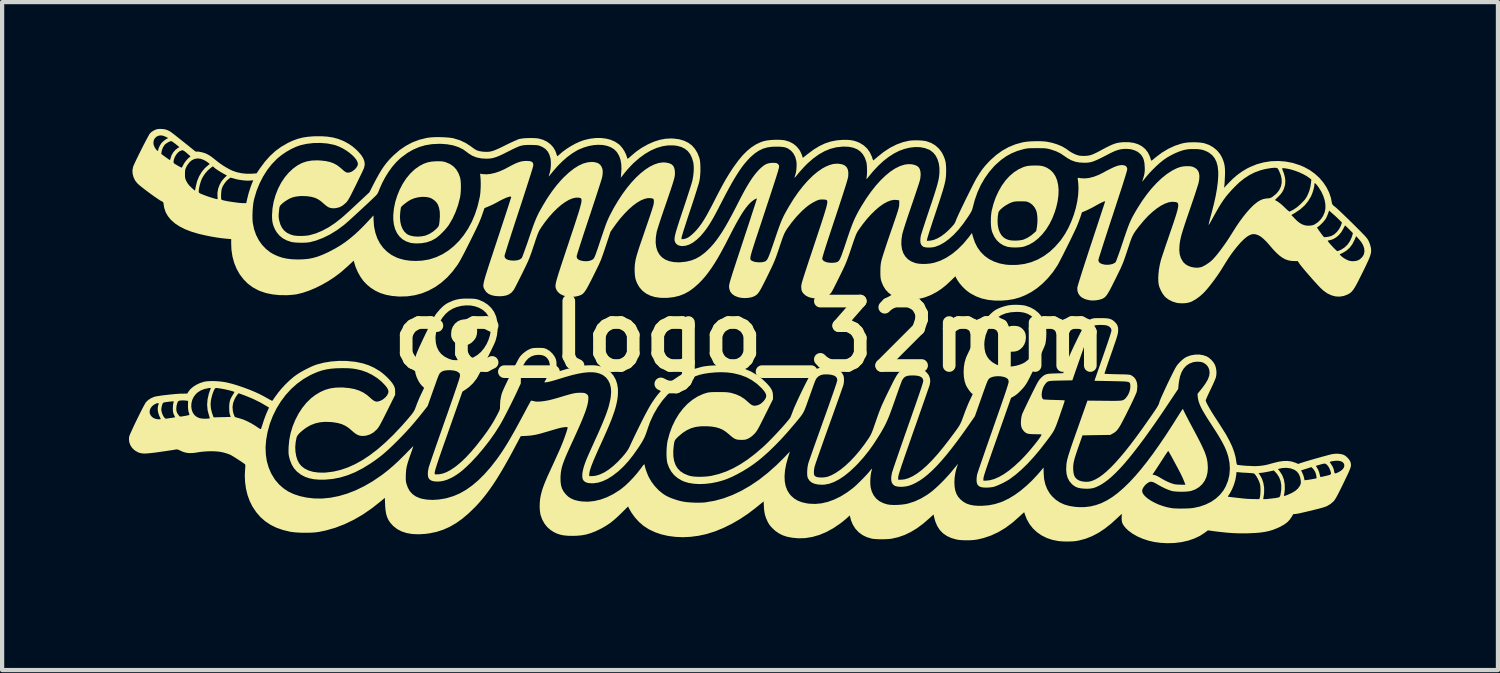
<source format=kicad_pcb>
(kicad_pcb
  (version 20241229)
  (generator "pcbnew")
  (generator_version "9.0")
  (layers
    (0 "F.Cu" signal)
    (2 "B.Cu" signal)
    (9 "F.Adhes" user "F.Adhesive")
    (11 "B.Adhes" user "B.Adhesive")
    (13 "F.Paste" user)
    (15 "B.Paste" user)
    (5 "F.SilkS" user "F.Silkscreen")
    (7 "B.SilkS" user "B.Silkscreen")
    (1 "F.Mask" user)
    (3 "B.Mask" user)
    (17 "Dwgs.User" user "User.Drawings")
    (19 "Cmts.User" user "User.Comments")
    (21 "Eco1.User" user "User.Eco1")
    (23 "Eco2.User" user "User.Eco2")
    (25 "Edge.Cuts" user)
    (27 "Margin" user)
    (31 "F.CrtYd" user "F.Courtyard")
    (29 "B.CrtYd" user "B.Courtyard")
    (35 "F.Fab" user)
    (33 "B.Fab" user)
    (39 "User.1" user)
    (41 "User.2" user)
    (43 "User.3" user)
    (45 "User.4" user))
  (footprint "cc_logo_32mm"
    (layer "F.Cu")
    (at 14.687 4.907)
    (property "Reference" "cc_logo_32mm" (at 0 0 0) (layer "F.SilkS") (effects (font (size 1.524 1.524) (thickness 0.3))))
    (attr board_only exclude_from_pos_files exclude_from_bom)
    (fp_poly (pts (xy -6.696 -0.4) (xy -6.627 -0.384) (xy -6.565 -0.354) (xy -6.512 -0.31) (xy -6.476 -0.257) (xy -6.456 -0.196) (xy -6.449 -0.126) (xy -6.455 -0.054) (xy -6.474 0.013) (xy -6.493 0.051) (xy -6.535 0.105) (xy -6.585 0.152) (xy -6.639 0.186) (xy -6.654 0.192) (xy -6.709 0.206) (xy -6.773 0.212) (xy -6.835 0.211) (xy -6.888 0.2) (xy -6.892 0.199) (xy -6.956 0.165) (xy -7.009 0.114) (xy -7.036 0.072) (xy -7.052 0.039) (xy -7.061 0.009) (xy -7.065 -0.026) (xy -7.065 -0.066) (xy -7.056 -0.152) (xy -7.027 -0.228) (xy -6.978 -0.296) (xy -6.963 -0.312) (xy -6.905 -0.358) (xy -6.838 -0.387) (xy -6.767 -0.401)) (stroke (width 0) (type solid)) (fill yes) (layer "F.SilkS"))
    (fp_poly (pts (xy 6.315 -0.245) (xy 6.368 -0.232) (xy 6.414 -0.207) (xy 6.452 -0.176) (xy 6.496 -0.123) (xy 6.523 -0.059) (xy 6.532 0.017) (xy 6.532 0.032) (xy 6.521 0.118) (xy 6.492 0.195) (xy 6.446 0.261) (xy 6.388 0.312) (xy 6.342 0.338) (xy 6.294 0.354) (xy 6.236 0.361) (xy 6.191 0.363) (xy 6.144 0.361) (xy 6.107 0.354) (xy 6.071 0.34) (xy 6.058 0.333) (xy 5.999 0.291) (xy 5.956 0.238) (xy 5.927 0.177) (xy 5.914 0.11) (xy 5.916 0.041) (xy 5.932 -0.027) (xy 5.962 -0.091) (xy 6.007 -0.149) (xy 6.065 -0.197) (xy 6.097 -0.214) (xy 6.139 -0.233) (xy 6.173 -0.244) (xy 6.211 -0.248) (xy 6.25 -0.249)) (stroke (width 0) (type solid)) (fill yes) (layer "F.SilkS"))
    (fp_poly (pts (xy -7.336 -4.142) (xy -7.287 -4.14) (xy -7.247 -4.134) (xy -7.208 -4.124) (xy -7.194 -4.12) (xy -7.098 -4.08) (xy -7.015 -4.024) (xy -6.947 -3.953) (xy -6.894 -3.866) (xy -6.855 -3.763) (xy -6.853 -3.754) (xy -6.842 -3.697) (xy -6.836 -3.624) (xy -6.834 -3.542) (xy -6.836 -3.456) (xy -6.842 -3.371) (xy -6.853 -3.294) (xy -6.858 -3.27) (xy -6.901 -3.105) (xy -6.96 -2.941) (xy -7.032 -2.785) (xy -7.115 -2.643) (xy -7.116 -2.64) (xy -7.158 -2.584) (xy -7.21 -2.522) (xy -7.269 -2.46) (xy -7.329 -2.401) (xy -7.387 -2.352) (xy -7.43 -2.32) (xy -7.533 -2.263) (xy -7.643 -2.225) (xy -7.761 -2.204) (xy -7.867 -2.199) (xy -7.921 -2.2) (xy -7.973 -2.204) (xy -8.016 -2.21) (xy -8.03 -2.213) (xy -8.129 -2.247) (xy -8.216 -2.297) (xy -8.288 -2.364) (xy -8.347 -2.445) (xy -8.391 -2.54) (xy -8.42 -2.649) (xy -8.434 -2.771) (xy -8.434 -2.816) (xy -8.276 -2.816) (xy -8.268 -2.714) (xy -8.247 -2.621) (xy -8.213 -2.54) (xy -8.168 -2.473) (xy -8.112 -2.422) (xy -8.084 -2.404) (xy -8.019 -2.38) (xy -7.941 -2.365) (xy -7.856 -2.36) (xy -7.77 -2.365) (xy -7.689 -2.38) (xy -7.659 -2.389) (xy -7.573 -2.427) (xy -7.488 -2.481) (xy -7.414 -2.545) (xy -7.406 -2.553) (xy -7.381 -2.58) (xy -7.365 -2.602) (xy -7.355 -2.625) (xy -7.348 -2.655) (xy -7.342 -2.7) (xy -7.341 -2.705) (xy -7.331 -2.835) (xy -7.334 -2.949) (xy -7.352 -3.046) (xy -7.382 -3.125) (xy -7.416 -3.174) (xy -7.465 -3.221) (xy -7.522 -3.259) (xy -7.57 -3.28) (xy -7.653 -3.297) (xy -7.746 -3.301) (xy -7.843 -3.29) (xy -7.938 -3.267) (xy -8.021 -3.233) (xy -8.057 -3.212) (xy -8.099 -3.185) (xy -8.142 -3.153) (xy -8.184 -3.121) (xy -8.218 -3.091) (xy -8.242 -3.067) (xy -8.251 -3.054) (xy -8.255 -3.036) (xy -8.261 -3.002) (xy -8.266 -2.958) (xy -8.27 -2.927) (xy -8.276 -2.816) (xy -8.434 -2.816) (xy -8.434 -2.875) (xy -8.418 -3.027) (xy -8.387 -3.179) (xy -8.34 -3.329) (xy -8.281 -3.473) (xy -8.21 -3.61) (xy -8.128 -3.735) (xy -8.037 -3.846) (xy -7.939 -3.94) (xy -7.904 -3.968) (xy -7.81 -4.033) (xy -7.72 -4.081) (xy -7.629 -4.114) (xy -7.532 -4.134) (xy -7.424 -4.142) (xy -7.398 -4.142)) (stroke (width 0) (type solid)) (fill yes) (layer "F.SilkS"))
    (fp_poly (pts (xy 6.86 -4.038) (xy 6.919 -4.029) (xy 6.972 -4.013) (xy 7.025 -3.99) (xy 7.03 -3.988) (xy 7.11 -3.936) (xy 7.177 -3.869) (xy 7.23 -3.788) (xy 7.269 -3.693) (xy 7.294 -3.585) (xy 7.305 -3.467) (xy 7.301 -3.338) (xy 7.283 -3.201) (xy 7.25 -3.055) (xy 7.217 -2.949) (xy 7.159 -2.797) (xy 7.089 -2.656) (xy 7.009 -2.528) (xy 6.92 -2.415) (xy 6.823 -2.316) (xy 6.72 -2.235) (xy 6.612 -2.172) (xy 6.5 -2.128) (xy 6.478 -2.122) (xy 6.413 -2.11) (xy 6.336 -2.104) (xy 6.254 -2.103) (xy 6.176 -2.107) (xy 6.109 -2.116) (xy 6.098 -2.118) (xy 6.002 -2.152) (xy 5.917 -2.204) (xy 5.844 -2.272) (xy 5.785 -2.356) (xy 5.739 -2.454) (xy 5.722 -2.508) (xy 5.712 -2.562) (xy 5.705 -2.63) (xy 5.702 -2.709) (xy 5.703 -2.729) (xy 5.861 -2.729) (xy 5.867 -2.627) (xy 5.886 -2.533) (xy 5.917 -2.452) (xy 5.959 -2.385) (xy 6.012 -2.334) (xy 6.016 -2.331) (xy 6.072 -2.299) (xy 6.133 -2.278) (xy 6.204 -2.267) (xy 6.289 -2.265) (xy 6.299 -2.265) (xy 6.381 -2.271) (xy 6.444 -2.281) (xy 6.477 -2.29) (xy 6.566 -2.33) (xy 6.655 -2.387) (xy 6.715 -2.437) (xy 6.775 -2.491) (xy 6.792 -2.587) (xy 6.802 -2.669) (xy 6.805 -2.755) (xy 6.802 -2.839) (xy 6.792 -2.914) (xy 6.776 -2.976) (xy 6.774 -2.981) (xy 6.739 -3.048) (xy 6.689 -3.108) (xy 6.63 -3.154) (xy 6.6 -3.17) (xy 6.575 -3.18) (xy 6.549 -3.188) (xy 6.52 -3.192) (xy 6.481 -3.194) (xy 6.427 -3.195) (xy 6.406 -3.195) (xy 6.344 -3.194) (xy 6.297 -3.192) (xy 6.26 -3.188) (xy 6.227 -3.18) (xy 6.195 -3.17) (xy 6.13 -3.142) (xy 6.06 -3.102) (xy 5.994 -3.057) (xy 5.938 -3.009) (xy 5.924 -2.994) (xy 5.904 -2.972) (xy 5.891 -2.953) (xy 5.882 -2.93) (xy 5.876 -2.9) (xy 5.869 -2.855) (xy 5.867 -2.839) (xy 5.861 -2.729) (xy 5.703 -2.729) (xy 5.703 -2.79) (xy 5.708 -2.869) (xy 5.717 -2.94) (xy 5.721 -2.966) (xy 5.763 -3.131) (xy 5.818 -3.288) (xy 5.885 -3.433) (xy 5.962 -3.567) (xy 6.049 -3.688) (xy 6.145 -3.793) (xy 6.249 -3.882) (xy 6.359 -3.953) (xy 6.474 -4.005) (xy 6.481 -4.007) (xy 6.523 -4.02) (xy 6.562 -4.029) (xy 6.605 -4.035) (xy 6.659 -4.039) (xy 6.705 -4.041) (xy 6.791 -4.042)) (stroke (width 0) (type solid)) (fill yes) (layer "F.SilkS"))
    (fp_poly (pts (xy -13.858 -4.902) (xy -13.791 -4.885) (xy -13.726 -4.854) (xy -13.691 -4.832) (xy -13.672 -4.817) (xy -13.638 -4.792) (xy -13.593 -4.757) (xy -13.539 -4.714) (xy -13.478 -4.666) (xy -13.414 -4.615) (xy -13.348 -4.562) (xy -13.282 -4.51) (xy -13.221 -4.46) (xy -13.165 -4.415) (xy -13.13 -4.386) (xy -13.108 -4.372) (xy -13.091 -4.368) (xy -13.089 -4.369) (xy -13.069 -4.372) (xy -13.034 -4.369) (xy -12.989 -4.361) (xy -12.94 -4.349) (xy -12.892 -4.334) (xy -12.851 -4.317) (xy -12.849 -4.316) (xy -12.819 -4.301) (xy -12.789 -4.284) (xy -12.758 -4.264) (xy -12.723 -4.239) (xy -12.679 -4.205) (xy -12.625 -4.162) (xy -12.574 -4.121) (xy -12.518 -4.08) (xy -12.45 -4.034) (xy -12.375 -3.99) (xy -12.303 -3.95) (xy -12.239 -3.919) (xy -12.234 -3.917) (xy -12.135 -3.883) (xy -12.024 -3.859) (xy -11.906 -3.847) (xy -11.787 -3.847) (xy -11.762 -3.849) (xy -11.667 -3.856) (xy -11.586 -3.976) (xy -11.472 -4.13) (xy -11.352 -4.265) (xy -11.224 -4.383) (xy -11.086 -4.484) (xy -10.935 -4.571) (xy -10.917 -4.581) (xy -10.803 -4.633) (xy -10.692 -4.673) (xy -10.579 -4.702) (xy -10.459 -4.721) (xy -10.325 -4.732) (xy -10.283 -4.733) (xy -10.127 -4.734) (xy -9.987 -4.724) (xy -9.859 -4.704) (xy -9.74 -4.672) (xy -9.627 -4.628) (xy -9.585 -4.608) (xy -9.487 -4.554) (xy -9.399 -4.494) (xy -9.316 -4.423) (xy -9.256 -4.363) (xy -9.189 -4.285) (xy -9.143 -4.21) (xy -9.116 -4.138) (xy -9.109 -4.068) (xy -9.122 -3.997) (xy -9.131 -3.971) (xy -9.14 -3.95) (xy -9.158 -3.912) (xy -9.182 -3.86) (xy -9.213 -3.797) (xy -9.248 -3.725) (xy -9.286 -3.646) (xy -9.324 -3.568) (xy -9.37 -3.476) (xy -9.408 -3.4) (xy -9.439 -3.339) (xy -9.464 -3.291) (xy -9.486 -3.253) (xy -9.504 -3.223) (xy -9.52 -3.2) (xy -9.535 -3.181) (xy -9.551 -3.163) (xy -9.56 -3.155) (xy -9.629 -3.096) (xy -9.7 -3.057) (xy -9.779 -3.036) (xy -9.823 -3.031) (xy -9.878 -3.031) (xy -9.925 -3.039) (xy -9.969 -3.056) (xy -10.014 -3.085) (xy -10.066 -3.128) (xy -10.083 -3.143) (xy -10.152 -3.202) (xy -10.218 -3.246) (xy -10.286 -3.277) (xy -10.363 -3.299) (xy -10.452 -3.313) (xy -10.493 -3.317) (xy -10.62 -3.32) (xy -10.738 -3.307) (xy -10.825 -3.285) (xy -10.882 -3.261) (xy -10.946 -3.225) (xy -11.01 -3.183) (xy -11.064 -3.139) (xy -11.086 -3.118) (xy -11.103 -3.1) (xy -11.115 -3.084) (xy -11.123 -3.064) (xy -11.129 -3.036) (xy -11.134 -2.996) (xy -11.138 -2.955) (xy -11.144 -2.896) (xy -11.146 -2.852) (xy -11.144 -2.815) (xy -11.139 -2.777) (xy -11.134 -2.749) (xy -11.106 -2.649) (xy -11.065 -2.566) (xy -11.011 -2.499) (xy -10.943 -2.446) (xy -10.858 -2.407) (xy -10.796 -2.389) (xy -10.747 -2.381) (xy -10.683 -2.376) (xy -10.612 -2.375) (xy -10.539 -2.378) (xy -10.471 -2.384) (xy -10.415 -2.393) (xy -10.264 -2.436) (xy -10.115 -2.498) (xy -9.964 -2.579) (xy -9.812 -2.68) (xy -9.672 -2.789) (xy -9.638 -2.818) (xy -9.591 -2.859) (xy -9.535 -2.91) (xy -9.47 -2.968) (xy -9.402 -3.032) (xy -9.331 -3.097) (xy -9.281 -3.144) (xy -8.998 -3.408) (xy -8.892 -3.617) (xy -8.827 -3.74) (xy -8.767 -3.847) (xy -8.711 -3.94) (xy -8.655 -4.023) (xy -8.598 -4.098) (xy -8.537 -4.17) (xy -8.47 -4.24) (xy -8.425 -4.284) (xy -8.285 -4.406) (xy -8.137 -4.507) (xy -7.982 -4.589) (xy -7.819 -4.651) (xy -7.648 -4.693) (xy -7.601 -4.701) (xy -7.53 -4.708) (xy -7.445 -4.713) (xy -7.352 -4.714) (xy -7.257 -4.711) (xy -7.166 -4.706) (xy -7.083 -4.698) (xy -7.015 -4.687) (xy -7.005 -4.684) (xy -6.86 -4.64) (xy -6.723 -4.576) (xy -6.593 -4.491) (xy -6.556 -4.463) (xy -6.503 -4.425) (xy -6.451 -4.398) (xy -6.394 -4.381) (xy -6.325 -4.37) (xy -6.273 -4.366) (xy -6.226 -4.365) (xy -6.184 -4.366) (xy -6.143 -4.371) (xy -6.1 -4.381) (xy -6.053 -4.396) (xy -5.998 -4.418) (xy -5.932 -4.447) (xy -5.853 -4.485) (xy -5.777 -4.523) (xy -5.705 -4.558) (xy -5.636 -4.591) (xy -5.573 -4.62) (xy -5.519 -4.643) (xy -5.479 -4.66) (xy -5.457 -4.668) (xy -5.404 -4.678) (xy -5.337 -4.686) (xy -5.26 -4.69) (xy -5.181 -4.692) (xy -5.104 -4.69) (xy -5.036 -4.686) (xy -4.996 -4.68) (xy -4.892 -4.651) (xy -4.798 -4.606) (xy -4.718 -4.547) (xy -4.652 -4.475) (xy -4.602 -4.392) (xy -4.582 -4.339) (xy -4.571 -4.305) (xy -4.562 -4.278) (xy -4.559 -4.268) (xy -4.551 -4.264) (xy -4.534 -4.275) (xy -4.509 -4.296) (xy -4.429 -4.366) (xy -4.335 -4.435) (xy -4.232 -4.5) (xy -4.125 -4.559) (xy -4.02 -4.607) (xy -3.922 -4.642) (xy -3.914 -4.645) (xy -3.778 -4.676) (xy -3.645 -4.692) (xy -3.518 -4.692) (xy -3.398 -4.678) (xy -3.287 -4.649) (xy -3.188 -4.605) (xy -3.102 -4.548) (xy -3.063 -4.513) (xy -3.013 -4.453) (xy -2.967 -4.383) (xy -2.93 -4.309) (xy -2.913 -4.262) (xy -2.904 -4.231) (xy -2.897 -4.208) (xy -2.895 -4.205) (xy -2.886 -4.204) (xy -2.863 -4.219) (xy -2.828 -4.25) (xy -2.815 -4.262) (xy -2.692 -4.367) (xy -2.561 -4.458) (xy -2.416 -4.539) (xy -2.406 -4.544) (xy -2.266 -4.606) (xy -2.131 -4.649) (xy -1.999 -4.674) (xy -1.867 -4.682) (xy -1.803 -4.679) (xy -1.673 -4.663) (xy -1.558 -4.63) (xy -1.458 -4.582) (xy -1.371 -4.518) (xy -1.299 -4.437) (xy -1.24 -4.341) (xy -1.196 -4.229) (xy -1.188 -4.203) (xy -1.177 -4.148) (xy -1.171 -4.077) (xy -1.168 -3.996) (xy -1.168 -3.91) (xy -1.173 -3.823) (xy -1.181 -3.741) (xy -1.193 -3.67) (xy -1.194 -3.67) (xy -1.201 -3.639) (xy -1.215 -3.59) (xy -1.235 -3.525) (xy -1.259 -3.447) (xy -1.287 -3.358) (xy -1.319 -3.259) (xy -1.353 -3.154) (xy -1.389 -3.045) (xy -1.414 -2.971) (xy -1.45 -2.863) (xy -1.484 -2.759) (xy -1.515 -2.663) (xy -1.543 -2.575) (xy -1.568 -2.499) (xy -1.587 -2.435) (xy -1.602 -2.386) (xy -1.611 -2.354) (xy -1.613 -2.342) (xy -1.616 -2.299) (xy -1.576 -2.3) (xy -1.517 -2.312) (xy -1.452 -2.343) (xy -1.382 -2.395) (xy -1.305 -2.467) (xy -1.3 -2.473) (xy -1.253 -2.524) (xy -1.208 -2.578) (xy -1.164 -2.636) (xy -1.119 -2.701) (xy -1.072 -2.776) (xy -1.022 -2.861) (xy -0.968 -2.96) (xy -0.907 -3.074) (xy -0.848 -3.188) (xy -0.781 -3.32) (xy -0.721 -3.434) (xy -0.668 -3.535) (xy -0.619 -3.624) (xy -0.574 -3.704) (xy -0.53 -3.777) (xy -0.487 -3.847) (xy -0.443 -3.916) (xy -0.397 -3.986) (xy -0.376 -4.016) (xy -0.27 -4.161) (xy -0.166 -4.286) (xy -0.062 -4.39) (xy 0.044 -4.476) (xy 0.151 -4.544) (xy 0.261 -4.595) (xy 0.337 -4.62) (xy 0.4 -4.633) (xy 0.477 -4.643) (xy 0.562 -4.649) (xy 0.648 -4.651) (xy 0.73 -4.648) (xy 0.8 -4.642) (xy 0.836 -4.636) (xy 0.941 -4.603) (xy 1.033 -4.554) (xy 1.11 -4.49) (xy 1.173 -4.412) (xy 1.198 -4.368) (xy 1.217 -4.327) (xy 1.233 -4.289) (xy 1.242 -4.261) (xy 1.242 -4.259) (xy 1.249 -4.236) (xy 1.254 -4.225) (xy 1.254 -4.224) (xy 1.264 -4.231) (xy 1.287 -4.248) (xy 1.32 -4.274) (xy 1.36 -4.306) (xy 1.375 -4.318) (xy 1.511 -4.419) (xy 1.644 -4.5) (xy 1.776 -4.563) (xy 1.911 -4.608) (xy 2.05 -4.636) (xy 2.187 -4.648) (xy 2.292 -4.649) (xy 2.382 -4.643) (xy 2.462 -4.628) (xy 2.538 -4.604) (xy 2.601 -4.576) (xy 2.695 -4.518) (xy 2.774 -4.445) (xy 2.838 -4.357) (xy 2.886 -4.255) (xy 2.893 -4.234) (xy 2.905 -4.199) (xy 2.914 -4.173) (xy 2.919 -4.162) (xy 2.927 -4.167) (xy 2.949 -4.184) (xy 2.98 -4.21) (xy 3.017 -4.242) (xy 3.021 -4.246) (xy 3.169 -4.364) (xy 3.32 -4.462) (xy 3.472 -4.539) (xy 3.626 -4.595) (xy 3.76 -4.626) (xy 3.829 -4.634) (xy 3.908 -4.638) (xy 3.991 -4.637) (xy 4.072 -4.632) (xy 4.144 -4.623) (xy 4.187 -4.613) (xy 4.293 -4.574) (xy 4.388 -4.518) (xy 4.469 -4.446) (xy 4.536 -4.36) (xy 4.566 -4.306) (xy 4.596 -4.241) (xy 4.617 -4.182) (xy 4.632 -4.123) (xy 4.64 -4.059) (xy 4.644 -3.984) (xy 4.645 -3.926) (xy 4.644 -3.875) (xy 4.643 -3.828) (xy 4.64 -3.782) (xy 4.634 -3.736) (xy 4.627 -3.688) (xy 4.616 -3.636) (xy 4.602 -3.578) (xy 4.584 -3.512) (xy 4.562 -3.436) (xy 4.534 -3.348) (xy 4.502 -3.246) (xy 4.463 -3.129) (xy 4.418 -2.994) (xy 4.4 -2.939) (xy 4.364 -2.83) (xy 4.329 -2.727) (xy 4.298 -2.63) (xy 4.269 -2.542) (xy 4.244 -2.465) (xy 4.224 -2.401) (xy 4.209 -2.351) (xy 4.199 -2.318) (xy 4.196 -2.305) (xy 4.189 -2.258) (xy 4.265 -2.264) (xy 4.344 -2.279) (xy 4.43 -2.313) (xy 4.52 -2.364) (xy 4.613 -2.432) (xy 4.706 -2.515) (xy 4.76 -2.571) (xy 4.8 -2.615) (xy 4.829 -2.65) (xy 4.85 -2.682) (xy 4.866 -2.716) (xy 4.879 -2.749) (xy 4.893 -2.784) (xy 4.916 -2.835) (xy 4.945 -2.9) (xy 4.981 -2.976) (xy 5.021 -3.06) (xy 5.064 -3.149) (xy 5.109 -3.242) (xy 5.155 -3.335) (xy 5.2 -3.425) (xy 5.243 -3.511) (xy 5.282 -3.588) (xy 5.317 -3.656) (xy 5.346 -3.71) (xy 5.366 -3.745) (xy 5.434 -3.855) (xy 5.5 -3.951) (xy 5.57 -4.038) (xy 5.648 -4.123) (xy 5.69 -4.166) (xy 5.828 -4.29) (xy 5.973 -4.394) (xy 6.124 -4.478) (xy 6.283 -4.543) (xy 6.449 -4.589) (xy 6.519 -4.601) (xy 6.604 -4.61) (xy 6.697 -4.615) (xy 6.794 -4.617) (xy 6.888 -4.616) (xy 6.971 -4.611) (xy 7.025 -4.605) (xy 7.155 -4.578) (xy 7.277 -4.54) (xy 7.39 -4.492) (xy 7.487 -4.435) (xy 7.526 -4.406) (xy 7.585 -4.365) (xy 7.652 -4.327) (xy 7.72 -4.297) (xy 7.782 -4.278) (xy 7.786 -4.277) (xy 7.825 -4.272) (xy 7.876 -4.269) (xy 7.929 -4.269) (xy 7.942 -4.27) (xy 7.986 -4.273) (xy 8.027 -4.279) (xy 8.067 -4.289) (xy 8.111 -4.305) (xy 8.162 -4.327) (xy 8.223 -4.357) (xy 8.298 -4.397) (xy 8.326 -4.412) (xy 8.418 -4.461) (xy 8.496 -4.5) (xy 8.562 -4.531) (xy 8.621 -4.554) (xy 8.675 -4.571) (xy 8.727 -4.582) (xy 8.782 -4.589) (xy 8.843 -4.594) (xy 8.844 -4.594) (xy 8.972 -4.593) (xy 9.088 -4.576) (xy 9.191 -4.543) (xy 9.281 -4.494) (xy 9.356 -4.43) (xy 9.417 -4.351) (xy 9.463 -4.257) (xy 9.478 -4.211) (xy 9.489 -4.177) (xy 9.497 -4.16) (xy 9.505 -4.157) (xy 9.514 -4.163) (xy 9.53 -4.175) (xy 9.557 -4.198) (xy 9.591 -4.226) (xy 9.606 -4.239) (xy 9.75 -4.347) (xy 9.9 -4.437) (xy 10.053 -4.508) (xy 10.208 -4.559) (xy 10.262 -4.572) (xy 10.334 -4.584) (xy 10.417 -4.59) (xy 10.507 -4.592) (xy 10.595 -4.589) (xy 10.676 -4.582) (xy 10.745 -4.57) (xy 10.756 -4.567) (xy 10.867 -4.528) (xy 10.965 -4.471) (xy 11.051 -4.4) (xy 11.122 -4.315) (xy 11.169 -4.234) (xy 11.198 -4.164) (xy 11.22 -4.097) (xy 11.234 -4.026) (xy 11.241 -3.948) (xy 11.242 -3.856) (xy 11.24 -3.792) (xy 11.237 -3.729) (xy 11.234 -3.67) (xy 11.231 -3.618) (xy 11.228 -3.58) (xy 11.226 -3.568) (xy 11.22 -3.515) (xy 11.317 -3.618) (xy 11.427 -3.728) (xy 11.534 -3.82) (xy 11.643 -3.899) (xy 11.758 -3.968) (xy 11.834 -4.006) (xy 11.995 -4.072) (xy 12.162 -4.117) (xy 12.332 -4.143) (xy 12.505 -4.149) (xy 12.678 -4.135) (xy 12.848 -4.102) (xy 13.015 -4.048) (xy 13.116 -4.005) (xy 13.246 -3.934) (xy 13.365 -3.848) (xy 13.473 -3.75) (xy 13.566 -3.641) (xy 13.644 -3.524) (xy 13.705 -3.401) (xy 13.748 -3.274) (xy 13.767 -3.173) (xy 13.771 -3.147) (xy 13.778 -3.128) (xy 13.792 -3.11) (xy 13.814 -3.088) (xy 13.85 -3.059) (xy 13.855 -3.056) (xy 13.879 -3.035) (xy 13.917 -3.001) (xy 13.966 -2.955) (xy 14.024 -2.9) (xy 14.088 -2.838) (xy 14.158 -2.771) (xy 14.23 -2.7) (xy 14.269 -2.662) (xy 14.349 -2.582) (xy 14.416 -2.515) (xy 14.471 -2.46) (xy 14.514 -2.415) (xy 14.549 -2.379) (xy 14.576 -2.349) (xy 14.596 -2.324) (xy 14.612 -2.303) (xy 14.624 -2.283) (xy 14.635 -2.264) (xy 14.641 -2.251) (xy 14.662 -2.202) (xy 14.679 -2.149) (xy 14.691 -2.102) (xy 14.691 -2.1) (xy 14.696 -2.068) (xy 14.698 -2.038) (xy 14.698 -2.007) (xy 14.693 -1.974) (xy 14.685 -1.938) (xy 14.672 -1.896) (xy 14.653 -1.846) (xy 14.628 -1.788) (xy 14.595 -1.718) (xy 14.556 -1.635) (xy 14.508 -1.537) (xy 14.451 -1.423) (xy 14.431 -1.383) (xy 14.385 -1.291) (xy 14.345 -1.216) (xy 14.31 -1.155) (xy 14.279 -1.108) (xy 14.25 -1.071) (xy 14.221 -1.041) (xy 14.19 -1.018) (xy 14.157 -0.998) (xy 14.146 -0.992) (xy 14.051 -0.956) (xy 13.954 -0.94) (xy 13.856 -0.945) (xy 13.759 -0.971) (xy 13.663 -1.016) (xy 13.57 -1.082) (xy 13.511 -1.136) (xy 13.474 -1.173) (xy 13.428 -1.223) (xy 13.375 -1.281) (xy 13.318 -1.344) (xy 13.259 -1.411) (xy 13.201 -1.478) (xy 13.145 -1.543) (xy 13.095 -1.602) (xy 13.053 -1.654) (xy 13.021 -1.694) (xy 13.004 -1.717) (xy 12.961 -1.782) (xy 12.878 -1.782) (xy 12.803 -1.786) (xy 12.733 -1.8) (xy 12.665 -1.824) (xy 12.599 -1.861) (xy 12.53 -1.911) (xy 12.499 -1.939) (xy 13.952 -1.939) (xy 13.984 -1.905) (xy 14.031 -1.866) (xy 14.089 -1.829) (xy 14.149 -1.8) (xy 14.191 -1.786) (xy 14.251 -1.777) (xy 14.315 -1.781) (xy 14.373 -1.793) (xy 14.416 -1.813) (xy 14.459 -1.847) (xy 14.497 -1.889) (xy 14.523 -1.932) (xy 14.525 -1.937) (xy 14.54 -2.005) (xy 14.535 -2.078) (xy 14.51 -2.153) (xy 14.466 -2.23) (xy 14.409 -2.299) (xy 14.343 -2.371) (xy 14.308 -2.287) (xy 14.255 -2.183) (xy 14.189 -2.095) (xy 14.109 -2.024) (xy 14.019 -1.971) (xy 13.952 -1.939) (xy 12.499 -1.939) (xy 12.458 -1.976) (xy 12.38 -2.057) (xy 12.296 -2.155) (xy 12.221 -2.24) (xy 12.198 -2.262) (xy 13.671 -2.262) (xy 13.676 -2.251) (xy 13.692 -2.228) (xy 13.718 -2.197) (xy 13.75 -2.161) (xy 13.785 -2.123) (xy 13.82 -2.086) (xy 13.853 -2.054) (xy 13.879 -2.03) (xy 13.896 -2.017) (xy 13.899 -2.016) (xy 13.918 -2.021) (xy 13.949 -2.033) (xy 13.987 -2.05) (xy 13.994 -2.054) (xy 14.072 -2.105) (xy 14.141 -2.172) (xy 14.198 -2.254) (xy 14.24 -2.346) (xy 14.254 -2.392) (xy 14.267 -2.443) (xy 14.177 -2.534) (xy 14.142 -2.569) (xy 14.112 -2.597) (xy 14.091 -2.617) (xy 14.082 -2.624) (xy 14.082 -2.624) (xy 14.075 -2.614) (xy 14.062 -2.59) (xy 14.044 -2.556) (xy 14.036 -2.539) (xy 13.991 -2.463) (xy 13.934 -2.396) (xy 13.87 -2.341) (xy 13.8 -2.3) (xy 13.73 -2.277) (xy 13.717 -2.275) (xy 13.689 -2.27) (xy 13.673 -2.263) (xy 13.671 -2.262) (xy 12.198 -2.262) (xy 12.153 -2.306) (xy 12.091 -2.357) (xy 12.033 -2.391) (xy 11.976 -2.412) (xy 11.935 -2.419) (xy 11.882 -2.416) (xy 11.823 -2.395) (xy 11.76 -2.357) (xy 11.691 -2.3) (xy 11.615 -2.225) (xy 11.533 -2.131) (xy 11.47 -2.053) (xy 11.436 -2.008) (xy 11.404 -1.966) (xy 11.373 -1.922) (xy 11.34 -1.874) (xy 11.304 -1.819) (xy 11.263 -1.754) (xy 11.215 -1.677) (xy 11.159 -1.586) (xy 11.111 -1.511) (xy 11.056 -1.431) (xy 10.996 -1.347) (xy 10.934 -1.264) (xy 10.873 -1.186) (xy 10.815 -1.115) (xy 10.764 -1.058) (xy 10.737 -1.029) (xy 10.646 -0.947) (xy 10.553 -0.879) (xy 10.46 -0.827) (xy 10.431 -0.814) (xy 10.366 -0.795) (xy 10.288 -0.784) (xy 10.205 -0.782) (xy 10.125 -0.788) (xy 10.092 -0.795) (xy 10.001 -0.823) (xy 9.917 -0.864) (xy 9.845 -0.916) (xy 9.815 -0.945) (xy 9.768 -1.007) (xy 9.726 -1.081) (xy 9.692 -1.159) (xy 9.675 -1.215) (xy 9.665 -1.287) (xy 9.662 -1.375) (xy 9.667 -1.473) (xy 9.678 -1.578) (xy 9.697 -1.685) (xy 9.721 -1.789) (xy 9.723 -1.795) (xy 9.731 -1.822) (xy 9.745 -1.867) (xy 9.765 -1.927) (xy 9.79 -2.001) (xy 9.818 -2.086) (xy 9.85 -2.181) (xy 9.885 -2.281) (xy 9.921 -2.387) (xy 9.936 -2.432) (xy 9.981 -2.562) (xy 10.019 -2.674) (xy 10.051 -2.77) (xy 10.077 -2.85) (xy 10.097 -2.917) (xy 10.113 -2.972) (xy 10.124 -3.017) (xy 10.131 -3.053) (xy 10.135 -3.082) (xy 10.135 -3.107) (xy 10.133 -3.127) (xy 10.13 -3.14) (xy 10.123 -3.157) (xy 10.107 -3.168) (xy 10.077 -3.176) (xy 10.066 -3.179) (xy 9.99 -3.184) (xy 9.907 -3.171) (xy 9.818 -3.139) (xy 9.724 -3.09) (xy 9.626 -3.025) (xy 9.525 -2.944) (xy 9.422 -2.849) (xy 9.32 -2.739) (xy 9.218 -2.616) (xy 9.213 -2.61) (xy 9.171 -2.556) (xy 9.136 -2.51) (xy 9.108 -2.47) (xy 9.084 -2.432) (xy 9.063 -2.394) (xy 9.043 -2.352) (xy 9.023 -2.303) (xy 9.001 -2.244) (xy 8.977 -2.172) (xy 8.948 -2.084) (xy 8.935 -2.045) (xy 8.906 -1.957) (xy 8.881 -1.884) (xy 8.859 -1.821) (xy 8.839 -1.766) (xy 8.818 -1.713) (xy 8.795 -1.661) (xy 8.77 -1.604) (xy 8.739 -1.54) (xy 8.702 -1.465) (xy 8.658 -1.375) (xy 8.651 -1.36) (xy 8.599 -1.257) (xy 8.556 -1.171) (xy 8.519 -1.1) (xy 8.487 -1.044) (xy 8.459 -0.999) (xy 8.434 -0.964) (xy 8.411 -0.938) (xy 8.388 -0.918) (xy 8.364 -0.902) (xy 8.337 -0.889) (xy 8.331 -0.886) (xy 8.266 -0.866) (xy 8.189 -0.853) (xy 8.11 -0.848) (xy 8.037 -0.854) (xy 8.036 -0.854) (xy 7.946 -0.876) (xy 7.871 -0.909) (xy 7.813 -0.954) (xy 7.773 -1.01) (xy 7.751 -1.074) (xy 7.747 -1.147) (xy 7.748 -1.15) (xy 7.752 -1.172) (xy 7.764 -1.214) (xy 7.782 -1.276) (xy 7.807 -1.356) (xy 7.838 -1.456) (xy 7.876 -1.575) (xy 7.92 -1.712) (xy 7.971 -1.867) (xy 8.027 -2.04) (xy 8.08 -2.199) (xy 8.126 -2.339) (xy 8.17 -2.473) (xy 8.212 -2.6) (xy 8.251 -2.718) (xy 8.286 -2.826) (xy 8.318 -2.923) (xy 8.346 -3.008) (xy 8.369 -3.078) (xy 8.387 -3.133) (xy 8.399 -3.171) (xy 8.405 -3.191) (xy 8.406 -3.193) (xy 8.397 -3.196) (xy 8.373 -3.188) (xy 8.334 -3.171) (xy 8.284 -3.147) (xy 8.226 -3.116) (xy 8.176 -3.088) (xy 8.118 -3.055) (xy 8.057 -3.024) (xy 8.001 -2.996) (xy 7.955 -2.975) (xy 7.947 -2.971) (xy 7.858 -2.935) (xy 7.82 -2.82) (xy 7.798 -2.759) (xy 7.773 -2.692) (xy 7.748 -2.63) (xy 7.737 -2.603) (xy 7.717 -2.557) (xy 7.689 -2.498) (xy 7.655 -2.427) (xy 7.617 -2.347) (xy 7.575 -2.261) (xy 7.531 -2.172) (xy 7.486 -2.082) (xy 7.442 -1.995) (xy 7.401 -1.912) (xy 7.362 -1.837) (xy 7.328 -1.772) (xy 7.301 -1.72) (xy 7.281 -1.684) (xy 7.276 -1.676) (xy 7.172 -1.522) (xy 7.055 -1.38) (xy 6.929 -1.252) (xy 6.796 -1.14) (xy 6.662 -1.05) (xy 6.524 -0.977) (xy 6.386 -0.921) (xy 6.245 -0.881) (xy 6.095 -0.857) (xy 5.958 -0.846) (xy 5.788 -0.847) (xy 5.632 -0.864) (xy 5.488 -0.896) (xy 5.354 -0.946) (xy 5.229 -1.012) (xy 5.199 -1.031) (xy 5.117 -1.093) (xy 5.038 -1.168) (xy 4.967 -1.25) (xy 4.909 -1.333) (xy 4.886 -1.375) (xy 4.863 -1.421) (xy 4.749 -1.31) (xy 4.64 -1.209) (xy 4.534 -1.125) (xy 4.426 -1.053) (xy 4.31 -0.991) (xy 4.249 -0.963) (xy 4.134 -0.92) (xy 4.013 -0.89) (xy 3.89 -0.872) (xy 3.768 -0.868) (xy 3.65 -0.876) (xy 3.54 -0.896) (xy 3.44 -0.929) (xy 3.363 -0.97) (xy 3.279 -1.034) (xy 3.211 -1.107) (xy 3.158 -1.192) (xy 3.119 -1.285) (xy 3.107 -1.322) (xy 3.099 -1.353) (xy 3.094 -1.386) (xy 3.091 -1.424) (xy 3.089 -1.475) (xy 3.089 -1.525) (xy 3.09 -1.599) (xy 3.093 -1.659) (xy 3.098 -1.712) (xy 3.108 -1.765) (xy 3.113 -1.789) (xy 3.121 -1.82) (xy 3.135 -1.868) (xy 3.155 -1.933) (xy 3.18 -2.01) (xy 3.209 -2.099) (xy 3.241 -2.196) (xy 3.276 -2.3) (xy 3.313 -2.408) (xy 3.335 -2.472) (xy 3.378 -2.595) (xy 3.413 -2.699) (xy 3.443 -2.786) (xy 3.468 -2.859) (xy 3.487 -2.919) (xy 3.503 -2.968) (xy 3.514 -3.007) (xy 3.523 -3.038) (xy 3.528 -3.064) (xy 3.532 -3.085) (xy 3.534 -3.105) (xy 3.535 -3.123) (xy 3.535 -3.131) (xy 3.536 -3.216) (xy 3.485 -3.226) (xy 3.412 -3.23) (xy 3.333 -3.214) (xy 3.247 -3.181) (xy 3.157 -3.131) (xy 3.063 -3.064) (xy 2.966 -2.981) (xy 2.867 -2.884) (xy 2.768 -2.774) (xy 2.669 -2.65) (xy 2.588 -2.537) (xy 2.569 -2.509) (xy 2.552 -2.483) (xy 2.538 -2.458) (xy 2.524 -2.43) (xy 2.509 -2.397) (xy 2.494 -2.357) (xy 2.475 -2.306) (xy 2.453 -2.243) (xy 2.426 -2.163) (xy 2.401 -2.089) (xy 2.369 -1.994) (xy 2.341 -1.914) (xy 2.317 -1.846) (xy 2.294 -1.786) (xy 2.271 -1.729) (xy 2.246 -1.671) (xy 2.217 -1.609) (xy 2.183 -1.537) (xy 2.141 -1.452) (xy 2.122 -1.413) (xy 2.083 -1.334) (xy 2.045 -1.258) (xy 2.01 -1.189) (xy 1.98 -1.13) (xy 1.955 -1.083) (xy 1.937 -1.05) (xy 1.929 -1.038) (xy 1.878 -0.98) (xy 1.812 -0.938) (xy 1.732 -0.91) (xy 1.637 -0.897) (xy 1.596 -0.896) (xy 1.491 -0.904) (xy 1.402 -0.925) (xy 1.328 -0.961) (xy 1.271 -1.011) (xy 1.254 -1.033) (xy 1.236 -1.062) (xy 1.225 -1.09) (xy 1.22 -1.126) (xy 1.218 -1.157) (xy 1.217 -1.171) (xy 1.217 -1.184) (xy 1.218 -1.198) (xy 1.22 -1.215) (xy 1.224 -1.235) (xy 1.23 -1.26) (xy 1.238 -1.292) (xy 1.25 -1.331) (xy 1.265 -1.379) (xy 1.283 -1.437) (xy 1.306 -1.507) (xy 1.333 -1.59) (xy 1.365 -1.688) (xy 1.402 -1.801) (xy 1.446 -1.931) (xy 1.495 -2.079) (xy 1.519 -2.152) (xy 1.575 -2.32) (xy 1.624 -2.469) (xy 1.668 -2.6) (xy 1.705 -2.714) (xy 1.737 -2.813) (xy 1.764 -2.898) (xy 1.785 -2.969) (xy 1.803 -3.029) (xy 1.816 -3.078) (xy 1.825 -3.117) (xy 1.831 -3.148) (xy 1.834 -3.172) (xy 1.834 -3.19) (xy 1.831 -3.204) (xy 1.827 -3.213) (xy 1.82 -3.221) (xy 1.819 -3.222) (xy 1.796 -3.232) (xy 1.755 -3.237) (xy 1.719 -3.238) (xy 1.675 -3.237) (xy 1.641 -3.232) (xy 1.607 -3.221) (xy 1.565 -3.203) (xy 1.553 -3.197) (xy 1.476 -3.156) (xy 1.402 -3.108) (xy 1.326 -3.049) (xy 1.245 -2.977) (xy 1.223 -2.955) (xy 1.107 -2.835) (xy 0.995 -2.7) (xy 0.891 -2.558) (xy 0.879 -2.54) (xy 0.86 -2.511) (xy 0.844 -2.484) (xy 0.829 -2.456) (xy 0.814 -2.426) (xy 0.799 -2.389) (xy 0.781 -2.344) (xy 0.761 -2.287) (xy 0.737 -2.216) (xy 0.707 -2.129) (xy 0.7 -2.107) (xy 0.671 -2.02) (xy 0.645 -1.946) (xy 0.623 -1.882) (xy 0.601 -1.825) (xy 0.579 -1.771) (xy 0.555 -1.715) (xy 0.528 -1.655) (xy 0.495 -1.587) (xy 0.456 -1.507) (xy 0.412 -1.416) (xy 0.362 -1.315) (xy 0.319 -1.23) (xy 0.283 -1.161) (xy 0.253 -1.106) (xy 0.226 -1.062) (xy 0.202 -1.028) (xy 0.18 -1.001) (xy 0.157 -0.981) (xy 0.133 -0.965) (xy 0.107 -0.95) (xy 0.087 -0.941) (xy 0.026 -0.921) (xy -0.049 -0.909) (xy -0.128 -0.906) (xy -0.207 -0.912) (xy -0.276 -0.927) (xy -0.356 -0.959) (xy -0.417 -1.002) (xy -0.46 -1.055) (xy -0.484 -1.12) (xy -0.491 -1.181) (xy -0.49 -1.194) (xy -0.488 -1.21) (xy -0.485 -1.229) (xy -0.479 -1.254) (xy -0.472 -1.284) (xy -0.461 -1.322) (xy -0.447 -1.369) (xy -0.429 -1.426) (xy -0.408 -1.494) (xy -0.382 -1.575) (xy -0.351 -1.669) (xy -0.316 -1.778) (xy -0.274 -1.904) (xy -0.227 -2.047) (xy -0.174 -2.208) (xy -0.159 -2.253) (xy -0.113 -2.394) (xy -0.068 -2.529) (xy -0.026 -2.656) (xy 0.013 -2.776) (xy 0.048 -2.885) (xy 0.08 -2.983) (xy 0.108 -3.068) (xy 0.131 -3.14) (xy 0.149 -3.196) (xy 0.161 -3.235) (xy 0.168 -3.256) (xy 0.168 -3.259) (xy 0.154 -3.26) (xy 0.129 -3.248) (xy 0.095 -3.227) (xy 0.058 -3.2) (xy 0.021 -3.169) (xy 0.001 -3.149) (xy -0.047 -3.097) (xy -0.096 -3.035) (xy -0.148 -2.963) (xy -0.202 -2.879) (xy -0.26 -2.781) (xy -0.323 -2.669) (xy -0.392 -2.54) (xy -0.468 -2.393) (xy -0.489 -2.352) (xy -0.582 -2.171) (xy -0.669 -2.009) (xy -0.751 -1.863) (xy -0.83 -1.733) (xy -0.906 -1.616) (xy -0.981 -1.512) (xy -1.055 -1.417) (xy -1.13 -1.331) (xy -1.207 -1.253) (xy -1.208 -1.251) (xy -1.321 -1.151) (xy -1.433 -1.069) (xy -1.548 -1.006) (xy -1.667 -0.96) (xy -1.796 -0.929) (xy -1.936 -0.912) (xy -1.979 -0.91) (xy -2.117 -0.912) (xy -2.243 -0.93) (xy -2.355 -0.964) (xy -2.454 -1.014) (xy -2.539 -1.079) (xy -2.61 -1.16) (xy -2.656 -1.238) (xy -2.685 -1.302) (xy -2.705 -1.365) (xy -2.717 -1.434) (xy -2.723 -1.514) (xy -2.724 -1.573) (xy -2.723 -1.633) (xy -2.72 -1.689) (xy -2.713 -1.744) (xy -2.703 -1.801) (xy -2.689 -1.864) (xy -2.669 -1.935) (xy -2.644 -2.017) (xy -2.613 -2.114) (xy -2.581 -2.208) (xy -2.527 -2.363) (xy -2.481 -2.5) (xy -2.44 -2.619) (xy -2.405 -2.721) (xy -2.375 -2.809) (xy -2.35 -2.883) (xy -2.33 -2.945) (xy -2.313 -2.996) (xy -2.3 -3.038) (xy -2.29 -3.071) (xy -2.282 -3.098) (xy -2.277 -3.119) (xy -2.274 -3.135) (xy -2.272 -3.149) (xy -2.27 -3.161) (xy -2.27 -3.173) (xy -2.27 -3.177) (xy -2.269 -3.218) (xy -2.276 -3.243) (xy -2.292 -3.258) (xy -2.323 -3.266) (xy -2.341 -3.269) (xy -2.414 -3.27) (xy -2.494 -3.251) (xy -2.58 -3.215) (xy -2.671 -3.161) (xy -2.766 -3.091) (xy -2.863 -3.005) (xy -2.963 -2.904) (xy -3.063 -2.79) (xy -3.163 -2.662) (xy -3.213 -2.592) (xy -3.295 -2.475) (xy -3.409 -2.131) (xy -3.439 -2.04) (xy -3.465 -1.965) (xy -3.488 -1.901) (xy -3.508 -1.844) (xy -3.529 -1.791) (xy -3.552 -1.739) (xy -3.577 -1.683) (xy -3.608 -1.62) (xy -3.644 -1.546) (xy -3.688 -1.458) (xy -3.698 -1.437) (xy -3.749 -1.335) (xy -3.793 -1.25) (xy -3.83 -1.18) (xy -3.861 -1.124) (xy -3.889 -1.081) (xy -3.913 -1.047) (xy -3.936 -1.021) (xy -3.958 -1.001) (xy -3.981 -0.986) (xy -4.007 -0.974) (xy -4.011 -0.972) (xy -4.049 -0.959) (xy -4.098 -0.947) (xy -4.147 -0.938) (xy -4.149 -0.938) (xy -4.241 -0.934) (xy -4.328 -0.943) (xy -4.406 -0.964) (xy -4.475 -0.997) (xy -4.53 -1.04) (xy -4.569 -1.091) (xy -4.585 -1.129) (xy -4.59 -1.146) (xy -4.594 -1.161) (xy -4.596 -1.178) (xy -4.597 -1.196) (xy -4.595 -1.218) (xy -4.591 -1.245) (xy -4.584 -1.278) (xy -4.574 -1.318) (xy -4.561 -1.366) (xy -4.543 -1.425) (xy -4.522 -1.495) (xy -4.495 -1.578) (xy -4.464 -1.674) (xy -4.427 -1.786) (xy -4.384 -1.915) (xy -4.336 -2.061) (xy -4.292 -2.191) (xy -4.236 -2.362) (xy -4.185 -2.513) (xy -4.141 -2.647) (xy -4.103 -2.763) (xy -4.071 -2.865) (xy -4.043 -2.951) (xy -4.022 -3.024) (xy -4.005 -3.086) (xy -3.992 -3.136) (xy -3.984 -3.176) (xy -3.981 -3.207) (xy -3.981 -3.231) (xy -3.984 -3.249) (xy -3.991 -3.261) (xy -4.002 -3.269) (xy -4.015 -3.275) (xy -4.03 -3.278) (xy -4.048 -3.281) (xy -4.048 -3.281) (xy -4.119 -3.281) (xy -4.197 -3.263) (xy -4.281 -3.228) (xy -4.369 -3.176) (xy -4.462 -3.109) (xy -4.557 -3.027) (xy -4.652 -2.933) (xy -4.748 -2.826) (xy -4.842 -2.707) (xy -4.928 -2.586) (xy -4.948 -2.555) (xy -4.965 -2.528) (xy -4.981 -2.501) (xy -4.995 -2.472) (xy -5.01 -2.437) (xy -5.026 -2.395) (xy -5.045 -2.342) (xy -5.068 -2.276) (xy -5.095 -2.193) (xy -5.109 -2.153) (xy -5.138 -2.065) (xy -5.163 -1.991) (xy -5.186 -1.928) (xy -5.207 -1.871) (xy -5.229 -1.817) (xy -5.253 -1.761) (xy -5.281 -1.701) (xy -5.314 -1.632) (xy -5.354 -1.55) (xy -5.387 -1.482) (xy -5.428 -1.4) (xy -5.467 -1.323) (xy -5.503 -1.252) (xy -5.534 -1.191) (xy -5.56 -1.142) (xy -5.579 -1.108) (xy -5.589 -1.091) (xy -5.637 -1.036) (xy -5.693 -0.996) (xy -5.761 -0.968) (xy -5.842 -0.953) (xy -5.926 -0.949) (xy -6.028 -0.956) (xy -6.113 -0.975) (xy -6.183 -1.007) (xy -6.237 -1.052) (xy -6.275 -1.109) (xy -6.284 -1.125) (xy -6.291 -1.14) (xy -6.297 -1.155) (xy -6.301 -1.171) (xy -6.303 -1.189) (xy -6.303 -1.211) (xy -6.3 -1.238) (xy -6.294 -1.27) (xy -6.285 -1.311) (xy -6.272 -1.359) (xy -6.255 -1.418) (xy -6.234 -1.487) (xy -6.208 -1.569) (xy -6.178 -1.664) (xy -6.142 -1.774) (xy -6.1 -1.9) (xy -6.053 -2.044) (xy -5.999 -2.206) (xy -5.974 -2.283) (xy -5.927 -2.424) (xy -5.883 -2.559) (xy -5.841 -2.687) (xy -5.801 -2.807) (xy -5.765 -2.917) (xy -5.733 -3.015) (xy -5.705 -3.101) (xy -5.682 -3.174) (xy -5.664 -3.231) (xy -5.651 -3.271) (xy -5.644 -3.293) (xy -5.643 -3.297) (xy -5.652 -3.306) (xy -5.677 -3.306) (xy -5.716 -3.296) (xy -5.766 -3.278) (xy -5.826 -3.251) (xy -5.894 -3.218) (xy -5.966 -3.179) (xy -5.979 -3.171) (xy -6.028 -3.145) (xy -6.088 -3.115) (xy -6.147 -3.088) (xy -6.171 -3.078) (xy -6.277 -3.033) (xy -6.321 -2.906) (xy -6.338 -2.857) (xy -6.354 -2.812) (xy -6.371 -2.769) (xy -6.389 -2.725) (xy -6.409 -2.678) (xy -6.433 -2.626) (xy -6.461 -2.566) (xy -6.495 -2.496) (xy -6.535 -2.414) (xy -6.583 -2.317) (xy -6.635 -2.212) (xy -6.693 -2.097) (xy -6.747 -1.991) (xy -6.796 -1.898) (xy -6.839 -1.818) (xy -6.876 -1.753) (xy -6.905 -1.706) (xy -6.911 -1.696) (xy -7.029 -1.537) (xy -7.157 -1.395) (xy -7.295 -1.272) (xy -7.441 -1.168) (xy -7.595 -1.084) (xy -7.756 -1.018) (xy -7.925 -0.973) (xy -8.1 -0.947) (xy -8.281 -0.942) (xy -8.31 -0.943) (xy -8.468 -0.957) (xy -8.61 -0.984) (xy -8.739 -1.024) (xy -8.858 -1.08) (xy -8.969 -1.151) (xy -9.06 -1.227) (xy -9.139 -1.31) (xy -9.211 -1.41) (xy -9.273 -1.521) (xy -9.324 -1.639) (xy -9.345 -1.704) (xy -9.37 -1.791) (xy -9.493 -1.676) (xy -9.544 -1.63) (xy -9.599 -1.582) (xy -9.65 -1.537) (xy -9.693 -1.502) (xy -9.702 -1.494) (xy -9.834 -1.396) (xy -9.976 -1.304) (xy -10.123 -1.22) (xy -10.273 -1.146) (xy -10.422 -1.083) (xy -10.565 -1.034) (xy -10.699 -1) (xy -10.71 -0.997) (xy -10.756 -0.99) (xy -10.816 -0.984) (xy -10.882 -0.978) (xy -10.948 -0.974) (xy -10.956 -0.974) (xy -11.128 -0.976) (xy -11.292 -0.993) (xy -11.446 -1.025) (xy -11.588 -1.073) (xy -11.634 -1.093) (xy -11.762 -1.163) (xy -11.878 -1.25) (xy -11.979 -1.353) (xy -12.067 -1.469) (xy -12.14 -1.598) (xy -12.197 -1.738) (xy -12.238 -1.889) (xy -12.262 -2.048) (xy -12.268 -2.189) (xy -12.268 -2.301) (xy -12.409 -2.313) (xy -12.51 -2.324) (xy -12.625 -2.341) (xy -12.748 -2.362) (xy -12.875 -2.388) (xy -12.998 -2.416) (xy -13.044 -2.427) (xy -13.21 -2.477) (xy -13.358 -2.534) (xy -13.488 -2.6) (xy -13.599 -2.673) (xy -13.692 -2.755) (xy -13.765 -2.843) (xy -13.777 -2.865) (xy -11.765 -2.865) (xy -11.764 -2.779) (xy -11.76 -2.705) (xy -11.756 -2.676) (xy -11.726 -2.533) (xy -11.679 -2.399) (xy -11.616 -2.276) (xy -11.538 -2.165) (xy -11.446 -2.069) (xy -11.342 -1.987) (xy -11.266 -1.943) (xy -11.165 -1.897) (xy -11.061 -1.862) (xy -10.951 -1.838) (xy -10.83 -1.824) (xy -10.694 -1.819) (xy -10.678 -1.819) (xy -10.558 -1.823) (xy -10.447 -1.833) (xy -10.342 -1.853) (xy -10.237 -1.882) (xy -10.128 -1.922) (xy -10.01 -1.974) (xy -9.942 -2.007) (xy -9.812 -2.076) (xy -9.69 -2.148) (xy -9.573 -2.227) (xy -9.459 -2.314) (xy -9.344 -2.411) (xy -9.226 -2.521) (xy -9.102 -2.646) (xy -9.024 -2.729) (xy -8.902 -2.86) (xy -8.9 -2.751) (xy -8.888 -2.596) (xy -8.858 -2.453) (xy -8.813 -2.321) (xy -8.751 -2.202) (xy -8.674 -2.096) (xy -8.582 -2.004) (xy -8.476 -1.926) (xy -8.356 -1.865) (xy -8.3 -1.844) (xy -8.176 -1.81) (xy -8.042 -1.79) (xy -7.9 -1.784) (xy -7.758 -1.791) (xy -7.619 -1.813) (xy -7.568 -1.824) (xy -7.414 -1.875) (xy -7.267 -1.944) (xy -7.128 -2.032) (xy -6.998 -2.137) (xy -6.876 -2.259) (xy -6.765 -2.395) (xy -6.665 -2.546) (xy -6.577 -2.709) (xy -6.502 -2.885) (xy -6.441 -3.071) (xy -6.394 -3.267) (xy -6.384 -3.318) (xy -6.375 -3.386) (xy -6.369 -3.468) (xy -6.365 -3.557) (xy -6.365 -3.645) (xy -6.368 -3.726) (xy -6.372 -3.772) (xy -6.38 -3.848) (xy -6.316 -3.838) (xy -6.229 -3.833) (xy -6.132 -3.843) (xy -6.027 -3.867) (xy -5.919 -3.903) (xy -5.811 -3.951) (xy -5.765 -3.975) (xy -5.672 -4.025) (xy -5.593 -4.066) (xy -5.527 -4.097) (xy -5.469 -4.119) (xy -5.417 -4.135) (xy -5.368 -4.144) (xy -5.319 -4.149) (xy -5.282 -4.15) (xy -5.218 -4.147) (xy -5.172 -4.137) (xy -5.142 -4.118) (xy -5.126 -4.09) (xy -5.121 -4.05) (xy -5.121 -4.047) (xy -5.124 -4.03) (xy -5.134 -3.994) (xy -5.15 -3.939) (xy -5.172 -3.867) (xy -5.2 -3.779) (xy -5.233 -3.675) (xy -5.271 -3.556) (xy -5.314 -3.423) (xy -5.361 -3.278) (xy -5.412 -3.12) (xy -5.462 -2.97) (xy -5.509 -2.826) (xy -5.555 -2.687) (xy -5.597 -2.556) (xy -5.638 -2.432) (xy -5.674 -2.317) (xy -5.708 -2.214) (xy -5.736 -2.123) (xy -5.761 -2.045) (xy -5.78 -1.982) (xy -5.794 -1.936) (xy -5.802 -1.908) (xy -5.803 -1.9) (xy -5.793 -1.861) (xy -5.765 -1.831) (xy -5.718 -1.809) (xy -5.653 -1.796) (xy -5.583 -1.792) (xy -5.504 -1.799) (xy -5.442 -1.818) (xy -5.397 -1.85) (xy -5.395 -1.853) (xy -5.387 -1.868) (xy -5.374 -1.9) (xy -5.356 -1.949) (xy -5.333 -2.011) (xy -5.307 -2.084) (xy -5.277 -2.167) (xy -5.246 -2.256) (xy -5.227 -2.313) (xy -5.187 -2.431) (xy -5.152 -2.531) (xy -5.122 -2.617) (xy -5.094 -2.691) (xy -5.068 -2.756) (xy -5.043 -2.815) (xy -5.017 -2.87) (xy -4.99 -2.925) (xy -4.959 -2.982) (xy -4.924 -3.043) (xy -4.902 -3.083) (xy -4.792 -3.265) (xy -4.682 -3.427) (xy -4.57 -3.574) (xy -4.454 -3.707) (xy -4.401 -3.762) (xy -4.281 -3.874) (xy -4.164 -3.966) (xy -4.052 -4.037) (xy -3.943 -4.088) (xy -3.838 -4.117) (xy -3.737 -4.126) (xy -3.697 -4.124) (xy -3.627 -4.111) (xy -3.574 -4.088) (xy -3.534 -4.054) (xy -3.507 -4.012) (xy -3.487 -3.963) (xy -3.479 -3.91) (xy -3.48 -3.849) (xy -3.491 -3.774) (xy -3.494 -3.763) (xy -3.499 -3.741) (xy -3.511 -3.701) (xy -3.529 -3.643) (xy -3.552 -3.571) (xy -3.58 -3.485) (xy -3.612 -3.386) (xy -3.647 -3.277) (xy -3.686 -3.16) (xy -3.727 -3.035) (xy -3.77 -2.904) (xy -3.803 -2.806) (xy -3.847 -2.673) (xy -3.889 -2.546) (xy -3.929 -2.426) (xy -3.965 -2.314) (xy -3.998 -2.212) (xy -4.027 -2.122) (xy -4.052 -2.044) (xy -4.072 -1.981) (xy -4.086 -1.933) (xy -4.094 -1.904) (xy -4.096 -1.893) (xy -4.089 -1.854) (xy -4.065 -1.824) (xy -4.022 -1.801) (xy -4.01 -1.797) (xy -3.943 -1.782) (xy -3.874 -1.777) (xy -3.808 -1.783) (xy -3.751 -1.8) (xy -3.707 -1.825) (xy -3.707 -1.825) (xy -3.698 -1.834) (xy -3.689 -1.846) (xy -3.68 -1.862) (xy -3.669 -1.884) (xy -3.656 -1.914) (xy -3.641 -1.955) (xy -3.622 -2.008) (xy -3.599 -2.074) (xy -3.571 -2.157) (xy -3.538 -2.258) (xy -3.53 -2.281) (xy -3.491 -2.396) (xy -3.458 -2.494) (xy -3.429 -2.577) (xy -3.404 -2.647) (xy -3.381 -2.706) (xy -3.359 -2.758) (xy -3.338 -2.805) (xy -3.317 -2.849) (xy -3.316 -2.852) (xy -3.22 -3.034) (xy -3.119 -3.204) (xy -3.015 -3.363) (xy -2.909 -3.508) (xy -2.8 -3.64) (xy -2.69 -3.758) (xy -2.58 -3.86) (xy -2.471 -3.946) (xy -2.363 -4.016) (xy -2.258 -4.067) (xy -2.155 -4.101) (xy -2.057 -4.115) (xy -1.996 -4.113) (xy -1.919 -4.099) (xy -1.859 -4.075) (xy -1.816 -4.039) (xy -1.788 -3.988) (xy -1.774 -3.923) (xy -1.771 -3.872) (xy -1.771 -3.848) (xy -1.772 -3.825) (xy -1.775 -3.801) (xy -1.779 -3.774) (xy -1.786 -3.743) (xy -1.796 -3.706) (xy -1.809 -3.661) (xy -1.826 -3.606) (xy -1.847 -3.541) (xy -1.873 -3.462) (xy -1.905 -3.369) (xy -1.942 -3.259) (xy -1.986 -3.132) (xy -1.997 -3.099) (xy -2.034 -2.993) (xy -2.068 -2.891) (xy -2.101 -2.794) (xy -2.13 -2.706) (xy -2.155 -2.628) (xy -2.176 -2.562) (xy -2.191 -2.511) (xy -2.201 -2.478) (xy -2.203 -2.47) (xy -2.223 -2.337) (xy -2.227 -2.218) (xy -2.213 -2.11) (xy -2.184 -2.016) (xy -2.138 -1.936) (xy -2.077 -1.869) (xy -2.001 -1.817) (xy -1.909 -1.78) (xy -1.803 -1.758) (xy -1.683 -1.751) (xy -1.638 -1.753) (xy -1.507 -1.767) (xy -1.388 -1.795) (xy -1.277 -1.838) (xy -1.171 -1.898) (xy -1.067 -1.976) (xy -0.994 -2.042) (xy -0.924 -2.113) (xy -0.855 -2.191) (xy -0.786 -2.278) (xy -0.717 -2.376) (xy -0.645 -2.485) (xy -0.571 -2.607) (xy -0.493 -2.745) (xy -0.41 -2.899) (xy -0.321 -3.07) (xy -0.29 -3.131) (xy -0.21 -3.287) (xy -0.137 -3.425) (xy -0.069 -3.545) (xy -0.005 -3.65) (xy 0.055 -3.742) (xy 0.113 -3.821) (xy 0.17 -3.89) (xy 0.223 -3.948) (xy 0.286 -4.006) (xy 0.341 -4.049) (xy 0.394 -4.078) (xy 0.45 -4.095) (xy 0.511 -4.104) (xy 0.524 -4.105) (xy 0.587 -4.105) (xy 0.633 -4.098) (xy 0.663 -4.082) (xy 0.681 -4.058) (xy 0.685 -4.051) (xy 0.688 -4.046) (xy 0.691 -4.04) (xy 0.693 -4.034) (xy 0.694 -4.026) (xy 0.693 -4.014) (xy 0.691 -3.999) (xy 0.687 -3.979) (xy 0.68 -3.953) (xy 0.671 -3.92) (xy 0.659 -3.879) (xy 0.643 -3.829) (xy 0.625 -3.769) (xy 0.602 -3.698) (xy 0.575 -3.615) (xy 0.544 -3.519) (xy 0.508 -3.409) (xy 0.467 -3.284) (xy 0.42 -3.143) (xy 0.368 -2.985) (xy 0.31 -2.809) (xy 0.246 -2.614) (xy 0.231 -2.57) (xy 0.185 -2.429) (xy 0.144 -2.307) (xy 0.11 -2.202) (xy 0.082 -2.113) (xy 0.058 -2.039) (xy 0.04 -1.978) (xy 0.027 -1.929) (xy 0.018 -1.89) (xy 0.014 -1.86) (xy 0.013 -1.837) (xy 0.016 -1.821) (xy 0.022 -1.808) (xy 0.031 -1.799) (xy 0.043 -1.792) (xy 0.058 -1.785) (xy 0.068 -1.779) (xy 0.114 -1.763) (xy 0.173 -1.754) (xy 0.236 -1.751) (xy 0.296 -1.755) (xy 0.318 -1.76) (xy 0.34 -1.765) (xy 0.36 -1.772) (xy 0.378 -1.782) (xy 0.394 -1.796) (xy 0.41 -1.816) (xy 0.427 -1.844) (xy 0.444 -1.882) (xy 0.464 -1.932) (xy 0.488 -1.994) (xy 0.515 -2.072) (xy 0.548 -2.166) (xy 0.586 -2.278) (xy 0.588 -2.284) (xy 0.628 -2.401) (xy 0.662 -2.501) (xy 0.693 -2.587) (xy 0.72 -2.66) (xy 0.746 -2.725) (xy 0.772 -2.784) (xy 0.798 -2.84) (xy 0.826 -2.895) (xy 0.858 -2.953) (xy 0.894 -3.017) (xy 0.926 -3.072) (xy 1.033 -3.246) (xy 1.144 -3.407) (xy 1.258 -3.553) (xy 1.374 -3.685) (xy 1.491 -3.8) (xy 1.607 -3.897) (xy 1.721 -3.975) (xy 1.798 -4.016) (xy 1.888 -4.054) (xy 1.971 -4.077) (xy 2.055 -4.085) (xy 2.107 -4.083) (xy 2.184 -4.07) (xy 2.245 -4.044) (xy 2.289 -4.004) (xy 2.318 -3.95) (xy 2.331 -3.881) (xy 2.329 -3.798) (xy 2.326 -3.768) (xy 2.319 -3.74) (xy 2.306 -3.692) (xy 2.286 -3.623) (xy 2.259 -3.535) (xy 2.224 -3.427) (xy 2.183 -3.298) (xy 2.134 -3.15) (xy 2.079 -2.981) (xy 2.017 -2.793) (xy 2.009 -2.771) (xy 1.956 -2.61) (xy 1.909 -2.468) (xy 1.868 -2.344) (xy 1.833 -2.237) (xy 1.803 -2.145) (xy 1.779 -2.067) (xy 1.758 -2.003) (xy 1.743 -1.951) (xy 1.731 -1.91) (xy 1.722 -1.878) (xy 1.717 -1.855) (xy 1.714 -1.839) (xy 1.714 -1.829) (xy 1.715 -1.827) (xy 1.736 -1.794) (xy 1.776 -1.768) (xy 1.831 -1.75) (xy 1.9 -1.741) (xy 1.904 -1.741) (xy 1.951 -1.74) (xy 1.997 -1.743) (xy 2.032 -1.748) (xy 2.034 -1.749) (xy 2.056 -1.755) (xy 2.074 -1.762) (xy 2.091 -1.773) (xy 2.106 -1.788) (xy 2.122 -1.81) (xy 2.138 -1.84) (xy 2.155 -1.88) (xy 2.176 -1.933) (xy 2.199 -1.999) (xy 2.228 -2.081) (xy 2.261 -2.18) (xy 2.284 -2.248) (xy 2.326 -2.374) (xy 2.363 -2.482) (xy 2.397 -2.576) (xy 2.428 -2.658) (xy 2.458 -2.731) (xy 2.489 -2.8) (xy 2.521 -2.865) (xy 2.555 -2.931) (xy 2.594 -3) (xy 2.638 -3.075) (xy 2.645 -3.087) (xy 2.755 -3.262) (xy 2.868 -3.422) (xy 2.982 -3.567) (xy 3.097 -3.694) (xy 3.212 -3.805) (xy 3.326 -3.898) (xy 3.439 -3.972) (xy 3.549 -4.027) (xy 3.657 -4.061) (xy 3.68 -4.066) (xy 3.754 -4.074) (xy 3.827 -4.071) (xy 3.895 -4.057) (xy 3.951 -4.034) (xy 3.993 -4.003) (xy 3.993 -4.002) (xy 4.021 -3.957) (xy 4.037 -3.896) (xy 4.042 -3.824) (xy 4.034 -3.742) (xy 4.024 -3.691) (xy 4.016 -3.666) (xy 4.003 -3.622) (xy 3.984 -3.563) (xy 3.96 -3.491) (xy 3.932 -3.407) (xy 3.901 -3.314) (xy 3.867 -3.214) (xy 3.831 -3.109) (xy 3.816 -3.065) (xy 3.776 -2.947) (xy 3.738 -2.836) (xy 3.704 -2.733) (xy 3.674 -2.64) (xy 3.648 -2.559) (xy 3.628 -2.493) (xy 3.614 -2.443) (xy 3.606 -2.412) (xy 3.587 -2.284) (xy 3.585 -2.168) (xy 3.6 -2.063) (xy 3.631 -1.97) (xy 3.678 -1.891) (xy 3.74 -1.825) (xy 3.819 -1.773) (xy 3.912 -1.736) (xy 3.927 -1.732) (xy 3.996 -1.719) (xy 4.079 -1.713) (xy 4.169 -1.714) (xy 4.259 -1.722) (xy 4.342 -1.737) (xy 4.364 -1.742) (xy 4.508 -1.79) (xy 4.649 -1.86) (xy 4.786 -1.95) (xy 4.92 -2.06) (xy 5.051 -2.191) (xy 5.177 -2.341) (xy 5.233 -2.416) (xy 5.255 -2.446) (xy 5.279 -2.357) (xy 5.325 -2.222) (xy 5.386 -2.102) (xy 5.463 -1.996) (xy 5.555 -1.904) (xy 5.661 -1.828) (xy 5.781 -1.768) (xy 5.913 -1.724) (xy 6.057 -1.697) (xy 6.156 -1.689) (xy 6.33 -1.691) (xy 6.498 -1.713) (xy 6.658 -1.755) (xy 6.811 -1.817) (xy 6.956 -1.899) (xy 7.094 -2) (xy 7.224 -2.122) (xy 7.346 -2.262) (xy 7.373 -2.298) (xy 7.459 -2.426) (xy 7.537 -2.566) (xy 7.605 -2.716) (xy 7.664 -2.873) (xy 7.711 -3.031) (xy 7.746 -3.19) (xy 7.768 -3.345) (xy 7.776 -3.492) (xy 7.77 -3.63) (xy 7.767 -3.652) (xy 7.762 -3.694) (xy 7.758 -3.728) (xy 7.757 -3.747) (xy 7.758 -3.75) (xy 7.769 -3.75) (xy 7.795 -3.747) (xy 7.829 -3.741) (xy 7.923 -3.736) (xy 8.026 -3.747) (xy 8.136 -3.775) (xy 8.251 -3.819) (xy 8.348 -3.867) (xy 8.448 -3.922) (xy 8.534 -3.965) (xy 8.605 -3.999) (xy 8.666 -4.024) (xy 8.718 -4.04) (xy 8.763 -4.049) (xy 8.803 -4.052) (xy 8.84 -4.049) (xy 8.887 -4.035) (xy 8.915 -4.008) (xy 8.928 -3.968) (xy 8.929 -3.952) (xy 8.925 -3.934) (xy 8.915 -3.895) (xy 8.898 -3.836) (xy 8.874 -3.757) (xy 8.843 -3.659) (xy 8.806 -3.541) (xy 8.761 -3.404) (xy 8.71 -3.247) (xy 8.653 -3.072) (xy 8.589 -2.877) (xy 8.588 -2.873) (xy 8.54 -2.729) (xy 8.495 -2.591) (xy 8.452 -2.459) (xy 8.412 -2.335) (xy 8.375 -2.221) (xy 8.342 -2.118) (xy 8.313 -2.027) (xy 8.289 -1.95) (xy 8.269 -1.888) (xy 8.256 -1.842) (xy 8.248 -1.815) (xy 8.246 -1.806) (xy 8.254 -1.768) (xy 8.279 -1.738) (xy 8.322 -1.715) (xy 8.334 -1.711) (xy 8.398 -1.696) (xy 8.466 -1.693) (xy 8.532 -1.7) (xy 8.591 -1.716) (xy 8.637 -1.741) (xy 8.655 -1.757) (xy 8.662 -1.772) (xy 8.675 -1.804) (xy 8.693 -1.853) (xy 8.716 -1.915) (xy 8.742 -1.988) (xy 8.771 -2.071) (xy 8.801 -2.162) (xy 8.822 -2.223) (xy 8.861 -2.341) (xy 8.895 -2.44) (xy 8.925 -2.525) (xy 8.952 -2.599) (xy 8.977 -2.663) (xy 9.002 -2.721) (xy 9.028 -2.776) (xy 9.055 -2.83) (xy 9.086 -2.886) (xy 9.121 -2.947) (xy 9.162 -3.016) (xy 9.17 -3.03) (xy 9.277 -3.198) (xy 9.39 -3.356) (xy 9.506 -3.5) (xy 9.626 -3.63) (xy 9.746 -3.744) (xy 9.867 -3.841) (xy 9.986 -3.918) (xy 10.028 -3.941) (xy 10.105 -3.978) (xy 10.172 -4.003) (xy 10.236 -4.018) (xy 10.304 -4.025) (xy 10.348 -4.026) (xy 10.4 -4.025) (xy 10.439 -4.021) (xy 10.47 -4.014) (xy 10.503 -4.001) (xy 10.509 -3.998) (xy 10.563 -3.965) (xy 10.602 -3.92) (xy 10.626 -3.863) (xy 10.636 -3.793) (xy 10.631 -3.709) (xy 10.619 -3.643) (xy 10.613 -3.618) (xy 10.6 -3.575) (xy 10.581 -3.516) (xy 10.558 -3.444) (xy 10.531 -3.36) (xy 10.5 -3.267) (xy 10.466 -3.168) (xy 10.43 -3.063) (xy 10.416 -3.022) (xy 10.369 -2.885) (xy 10.328 -2.766) (xy 10.294 -2.663) (xy 10.265 -2.575) (xy 10.241 -2.498) (xy 10.221 -2.432) (xy 10.205 -2.375) (xy 10.193 -2.323) (xy 10.183 -2.277) (xy 10.175 -2.233) (xy 10.169 -2.189) (xy 10.165 -2.152) (xy 10.16 -2.04) (xy 10.17 -1.942) (xy 10.197 -1.854) (xy 10.241 -1.776) (xy 10.263 -1.746) (xy 10.314 -1.701) (xy 10.379 -1.664) (xy 10.453 -1.639) (xy 10.532 -1.626) (xy 10.609 -1.625) (xy 10.681 -1.639) (xy 10.7 -1.646) (xy 10.778 -1.686) (xy 10.862 -1.742) (xy 10.911 -1.781) (xy 10.952 -1.819) (xy 11.001 -1.873) (xy 11.058 -1.94) (xy 11.119 -2.018) (xy 11.183 -2.105) (xy 11.248 -2.196) (xy 11.313 -2.291) (xy 11.374 -2.387) (xy 11.414 -2.45) (xy 11.492 -2.574) (xy 13.417 -2.574) (xy 13.463 -2.506) (xy 13.492 -2.465) (xy 13.523 -2.423) (xy 13.547 -2.391) (xy 13.585 -2.345) (xy 13.65 -2.351) (xy 13.695 -2.358) (xy 13.741 -2.37) (xy 13.764 -2.378) (xy 13.828 -2.415) (xy 13.888 -2.47) (xy 13.94 -2.537) (xy 13.98 -2.612) (xy 13.99 -2.64) (xy 14.008 -2.692) (xy 13.951 -2.75) (xy 13.919 -2.782) (xy 13.877 -2.822) (xy 13.831 -2.864) (xy 13.799 -2.892) (xy 13.704 -2.976) (xy 13.68 -2.907) (xy 13.663 -2.862) (xy 13.642 -2.816) (xy 13.628 -2.788) (xy 13.601 -2.749) (xy 13.563 -2.704) (xy 13.52 -2.659) (xy 13.477 -2.619) (xy 13.448 -2.596) (xy 13.417 -2.574) (xy 11.492 -2.574) (xy 11.497 -2.583) (xy 11.583 -2.709) (xy 11.67 -2.827) (xy 11.705 -2.871) (xy 12.811 -2.871) (xy 12.883 -2.795) (xy 12.944 -2.734) (xy 13 -2.689) (xy 13.054 -2.656) (xy 13.11 -2.633) (xy 13.177 -2.619) (xy 13.249 -2.618) (xy 13.316 -2.63) (xy 13.358 -2.646) (xy 13.437 -2.698) (xy 13.506 -2.767) (xy 13.562 -2.848) (xy 13.6 -2.938) (xy 13.601 -2.941) (xy 13.617 -3.028) (xy 13.616 -3.123) (xy 13.599 -3.223) (xy 13.565 -3.326) (xy 13.517 -3.429) (xy 13.454 -3.528) (xy 13.426 -3.566) (xy 13.401 -3.596) (xy 13.38 -3.617) (xy 13.367 -3.627) (xy 13.367 -3.627) (xy 13.36 -3.618) (xy 13.356 -3.595) (xy 13.356 -3.591) (xy 13.352 -3.549) (xy 13.34 -3.493) (xy 13.322 -3.431) (xy 13.301 -3.37) (xy 13.277 -3.315) (xy 13.277 -3.314) (xy 13.209 -3.199) (xy 13.125 -3.097) (xy 13.022 -3.005) (xy 12.901 -2.924) (xy 12.897 -2.921) (xy 12.811 -2.871) (xy 11.705 -2.871) (xy 11.755 -2.933) (xy 11.837 -3.025) (xy 11.913 -3.101) (xy 11.937 -3.122) (xy 12.013 -3.182) (xy 12.084 -3.224) (xy 12.089 -3.226) (xy 12.422 -3.226) (xy 12.486 -3.189) (xy 12.521 -3.165) (xy 12.566 -3.13) (xy 12.613 -3.087) (xy 12.652 -3.05) (xy 12.694 -3.009) (xy 12.729 -2.978) (xy 12.755 -2.958) (xy 12.769 -2.952) (xy 12.769 -2.952) (xy 12.786 -2.959) (xy 12.815 -2.974) (xy 12.852 -2.993) (xy 12.865 -3.001) (xy 12.932 -3.045) (xy 13.005 -3.106) (xy 13.047 -3.147) (xy 13.094 -3.195) (xy 13.129 -3.234) (xy 13.156 -3.271) (xy 13.179 -3.31) (xy 13.194 -3.339) (xy 13.235 -3.437) (xy 13.262 -3.539) (xy 13.277 -3.639) (xy 13.284 -3.709) (xy 13.245 -3.741) (xy 13.176 -3.79) (xy 13.091 -3.837) (xy 12.996 -3.881) (xy 12.896 -3.919) (xy 12.796 -3.949) (xy 12.753 -3.959) (xy 12.684 -3.972) (xy 12.634 -3.978) (xy 12.602 -3.977) (xy 12.591 -3.97) (xy 12.592 -3.966) (xy 12.633 -3.86) (xy 12.659 -3.764) (xy 12.669 -3.677) (xy 12.664 -3.595) (xy 12.643 -3.514) (xy 12.62 -3.458) (xy 12.593 -3.41) (xy 12.557 -3.362) (xy 12.507 -3.309) (xy 12.505 -3.307) (xy 12.422 -3.226) (xy 12.089 -3.226) (xy 12.154 -3.25) (xy 12.225 -3.262) (xy 12.236 -3.263) (xy 12.279 -3.266) (xy 12.31 -3.272) (xy 12.337 -3.284) (xy 12.37 -3.305) (xy 12.382 -3.314) (xy 12.462 -3.381) (xy 12.522 -3.457) (xy 12.562 -3.539) (xy 12.582 -3.627) (xy 12.581 -3.72) (xy 12.56 -3.818) (xy 12.52 -3.915) (xy 12.501 -3.951) (xy 12.487 -3.972) (xy 12.473 -3.982) (xy 12.453 -3.986) (xy 12.437 -3.988) (xy 12.388 -3.987) (xy 12.324 -3.98) (xy 12.252 -3.969) (xy 12.176 -3.954) (xy 12.104 -3.935) (xy 12.07 -3.925) (xy 11.94 -3.877) (xy 11.818 -3.815) (xy 11.701 -3.739) (xy 11.585 -3.647) (xy 11.469 -3.536) (xy 11.457 -3.523) (xy 11.383 -3.445) (xy 11.319 -3.372) (xy 11.26 -3.301) (xy 11.206 -3.227) (xy 11.152 -3.146) (xy 11.096 -3.056) (xy 11.036 -2.952) (xy 10.999 -2.886) (xy 10.957 -2.81) (xy 10.925 -2.751) (xy 10.9 -2.707) (xy 10.882 -2.676) (xy 10.869 -2.655) (xy 10.861 -2.643) (xy 10.856 -2.638) (xy 10.854 -2.638) (xy 10.853 -2.638) (xy 10.855 -2.649) (xy 10.861 -2.678) (xy 10.872 -2.722) (xy 10.886 -2.779) (xy 10.904 -2.845) (xy 10.924 -2.918) (xy 10.924 -2.919) (xy 10.978 -3.128) (xy 11.021 -3.321) (xy 11.052 -3.496) (xy 11.072 -3.654) (xy 11.082 -3.797) (xy 11.081 -3.904) (xy 11.068 -4.023) (xy 11.04 -4.126) (xy 10.997 -4.214) (xy 10.939 -4.286) (xy 10.865 -4.344) (xy 10.816 -4.371) (xy 10.758 -4.396) (xy 10.703 -4.414) (xy 10.645 -4.424) (xy 10.579 -4.43) (xy 10.498 -4.431) (xy 10.492 -4.431) (xy 10.424 -4.43) (xy 10.369 -4.426) (xy 10.321 -4.419) (xy 10.27 -4.408) (xy 10.246 -4.402) (xy 10.156 -4.372) (xy 10.058 -4.331) (xy 9.958 -4.281) (xy 9.863 -4.226) (xy 9.788 -4.174) (xy 9.708 -4.11) (xy 9.622 -4.033) (xy 9.536 -3.949) (xy 9.454 -3.864) (xy 9.384 -3.783) (xy 9.374 -3.771) (xy 9.342 -3.731) (xy 9.314 -3.696) (xy 9.295 -3.672) (xy 9.285 -3.66) (xy 9.285 -3.66) (xy 9.285 -3.666) (xy 9.291 -3.688) (xy 9.297 -3.708) (xy 9.317 -3.774) (xy 9.331 -3.827) (xy 9.339 -3.873) (xy 9.343 -3.917) (xy 9.344 -3.967) (xy 9.342 -4.011) (xy 9.336 -4.098) (xy 9.322 -4.168) (xy 9.3 -4.227) (xy 9.269 -4.278) (xy 9.241 -4.312) (xy 9.177 -4.365) (xy 9.099 -4.403) (xy 9.008 -4.428) (xy 8.907 -4.436) (xy 8.844 -4.434) (xy 8.771 -4.425) (xy 8.699 -4.406) (xy 8.622 -4.378) (xy 8.535 -4.337) (xy 8.513 -4.325) (xy 8.411 -4.272) (xy 8.324 -4.228) (xy 8.252 -4.193) (xy 8.191 -4.165) (xy 8.139 -4.144) (xy 8.093 -4.128) (xy 8.051 -4.118) (xy 8.01 -4.112) (xy 7.968 -4.108) (xy 7.923 -4.107) (xy 7.911 -4.107) (xy 7.798 -4.113) (xy 7.698 -4.132) (xy 7.605 -4.166) (xy 7.513 -4.217) (xy 7.441 -4.267) (xy 7.346 -4.33) (xy 7.243 -4.38) (xy 7.126 -4.419) (xy 7.11 -4.424) (xy 7.072 -4.434) (xy 7.038 -4.441) (xy 7.005 -4.446) (xy 6.968 -4.45) (xy 6.923 -4.452) (xy 6.866 -4.452) (xy 6.791 -4.453) (xy 6.79 -4.453) (xy 6.711 -4.452) (xy 6.65 -4.451) (xy 6.601 -4.449) (xy 6.56 -4.445) (xy 6.523 -4.439) (xy 6.485 -4.431) (xy 6.481 -4.43) (xy 6.331 -4.387) (xy 6.194 -4.331) (xy 6.065 -4.26) (xy 5.942 -4.172) (xy 5.821 -4.065) (xy 5.776 -4.02) (xy 5.662 -3.888) (xy 5.558 -3.741) (xy 5.465 -3.581) (xy 5.387 -3.411) (xy 5.325 -3.236) (xy 5.295 -3.128) (xy 5.281 -3.071) (xy 5.269 -3.028) (xy 5.258 -2.992) (xy 5.244 -2.96) (xy 5.225 -2.926) (xy 5.2 -2.885) (xy 5.166 -2.832) (xy 5.153 -2.813) (xy 5.045 -2.659) (xy 4.935 -2.522) (xy 4.824 -2.403) (xy 4.712 -2.303) (xy 4.601 -2.221) (xy 4.49 -2.159) (xy 4.385 -2.119) (xy 4.334 -2.108) (xy 4.276 -2.102) (xy 4.217 -2.101) (xy 4.163 -2.105) (xy 4.12 -2.114) (xy 4.1 -2.122) (xy 4.063 -2.156) (xy 4.04 -2.203) (xy 4.033 -2.264) (xy 4.039 -2.341) (xy 4.049 -2.39) (xy 4.055 -2.413) (xy 4.068 -2.454) (xy 4.086 -2.511) (xy 4.109 -2.582) (xy 4.136 -2.665) (xy 4.166 -2.757) (xy 4.199 -2.856) (xy 4.234 -2.961) (xy 4.251 -3.012) (xy 4.298 -3.149) (xy 4.337 -3.268) (xy 4.37 -3.371) (xy 4.398 -3.46) (xy 4.421 -3.536) (xy 4.44 -3.602) (xy 4.454 -3.66) (xy 4.466 -3.711) (xy 4.474 -3.758) (xy 4.48 -3.802) (xy 4.484 -3.846) (xy 4.486 -3.872) (xy 4.486 -3.987) (xy 4.471 -4.093) (xy 4.441 -4.19) (xy 4.398 -4.274) (xy 4.342 -4.344) (xy 4.274 -4.398) (xy 4.243 -4.416) (xy 4.141 -4.454) (xy 4.031 -4.475) (xy 3.912 -4.479) (xy 3.789 -4.465) (xy 3.662 -4.435) (xy 3.535 -4.389) (xy 3.41 -4.326) (xy 3.41 -4.326) (xy 3.286 -4.246) (xy 3.16 -4.148) (xy 3.037 -4.034) (xy 2.919 -3.908) (xy 2.872 -3.851) (xy 2.829 -3.799) (xy 2.798 -3.761) (xy 2.778 -3.737) (xy 2.765 -3.725) (xy 2.76 -3.724) (xy 2.759 -3.731) (xy 2.761 -3.747) (xy 2.764 -3.762) (xy 2.77 -3.814) (xy 2.773 -3.877) (xy 2.773 -3.945) (xy 2.771 -4.012) (xy 2.766 -4.072) (xy 2.759 -4.118) (xy 2.757 -4.124) (xy 2.723 -4.223) (xy 2.675 -4.307) (xy 2.614 -4.375) (xy 2.538 -4.427) (xy 2.448 -4.463) (xy 2.344 -4.484) (xy 2.225 -4.49) (xy 2.187 -4.488) (xy 2.044 -4.472) (xy 1.904 -4.436) (xy 1.768 -4.38) (xy 1.633 -4.304) (xy 1.5 -4.208) (xy 1.367 -4.092) (xy 1.301 -4.026) (xy 1.255 -3.976) (xy 1.208 -3.924) (xy 1.165 -3.875) (xy 1.131 -3.833) (xy 1.125 -3.827) (xy 1.098 -3.793) (xy 1.076 -3.768) (xy 1.062 -3.754) (xy 1.059 -3.753) (xy 1.06 -3.767) (xy 1.068 -3.794) (xy 1.078 -3.825) (xy 1.093 -3.881) (xy 1.102 -3.95) (xy 1.107 -4.025) (xy 1.107 -4.096) (xy 1.1 -4.153) (xy 1.074 -4.247) (xy 1.032 -4.327) (xy 0.976 -4.392) (xy 0.908 -4.441) (xy 0.866 -4.46) (xy 0.835 -4.471) (xy 0.801 -4.478) (xy 0.759 -4.483) (xy 0.704 -4.487) (xy 0.661 -4.488) (xy 0.532 -4.486) (xy 0.416 -4.47) (xy 0.31 -4.439) (xy 0.211 -4.391) (xy 0.115 -4.326) (xy 0.018 -4.241) (xy 0.001 -4.224) (xy -0.057 -4.163) (xy -0.114 -4.097) (xy -0.172 -4.024) (xy -0.23 -3.942) (xy -0.291 -3.85) (xy -0.355 -3.747) (xy -0.423 -3.631) (xy -0.496 -3.5) (xy -0.575 -3.353) (xy -0.66 -3.188) (xy -0.693 -3.125) (xy -0.757 -3.001) (xy -0.813 -2.895) (xy -0.864 -2.802) (xy -0.911 -2.722) (xy -0.955 -2.65) (xy -0.998 -2.585) (xy -1.041 -2.524) (xy -1.083 -2.469) (xy -1.169 -2.368) (xy -1.257 -2.285) (xy -1.344 -2.219) (xy -1.431 -2.172) (xy -1.516 -2.144) (xy -1.598 -2.136) (xy -1.627 -2.138) (xy -1.69 -2.154) (xy -1.736 -2.184) (xy -1.766 -2.227) (xy -1.77 -2.238) (xy -1.776 -2.258) (xy -1.78 -2.279) (xy -1.78 -2.304) (xy -1.778 -2.335) (xy -1.772 -2.371) (xy -1.762 -2.416) (xy -1.748 -2.471) (xy -1.728 -2.536) (xy -1.704 -2.615) (xy -1.674 -2.708) (xy -1.638 -2.818) (xy -1.596 -2.945) (xy -1.569 -3.023) (xy -1.533 -3.133) (xy -1.498 -3.239) (xy -1.465 -3.34) (xy -1.435 -3.433) (xy -1.408 -3.516) (xy -1.386 -3.587) (xy -1.369 -3.644) (xy -1.358 -3.684) (xy -1.355 -3.698) (xy -1.338 -3.794) (xy -1.328 -3.893) (xy -1.325 -3.986) (xy -1.33 -4.07) (xy -1.337 -4.117) (xy -1.368 -4.222) (xy -1.411 -4.311) (xy -1.468 -4.384) (xy -1.539 -4.44) (xy -1.624 -4.482) (xy -1.724 -4.508) (xy -1.804 -4.518) (xy -1.935 -4.518) (xy -2.069 -4.497) (xy -2.205 -4.457) (xy -2.341 -4.397) (xy -2.477 -4.318) (xy -2.611 -4.221) (xy -2.742 -4.107) (xy -2.768 -4.081) (xy -2.819 -4.029) (xy -2.873 -3.97) (xy -2.925 -3.911) (xy -2.964 -3.863) (xy -3.052 -3.753) (xy -3.044 -3.836) (xy -3.036 -3.966) (xy -3.041 -4.08) (xy -3.059 -4.18) (xy -3.09 -4.268) (xy -3.136 -4.347) (xy -3.156 -4.373) (xy -3.216 -4.431) (xy -3.292 -4.476) (xy -3.38 -4.508) (xy -3.478 -4.527) (xy -3.584 -4.532) (xy -3.696 -4.524) (xy -3.813 -4.502) (xy -3.93 -4.467) (xy -4.048 -4.418) (xy -4.086 -4.399) (xy -4.198 -4.331) (xy -4.314 -4.246) (xy -4.43 -4.145) (xy -4.544 -4.031) (xy -4.653 -3.907) (xy -4.67 -3.885) (xy -4.703 -3.845) (xy -4.729 -3.814) (xy -4.748 -3.792) (xy -4.757 -3.784) (xy -4.758 -3.785) (xy -4.754 -3.799) (xy -4.746 -3.827) (xy -4.735 -3.857) (xy -4.722 -3.91) (xy -4.712 -3.976) (xy -4.706 -4.049) (xy -4.706 -4.121) (xy -4.71 -4.183) (xy -4.715 -4.212) (xy -4.742 -4.302) (xy -4.781 -4.375) (xy -4.834 -4.433) (xy -4.902 -4.478) (xy -4.971 -4.508) (xy -4.998 -4.516) (xy -5.028 -4.522) (xy -5.064 -4.525) (xy -5.112 -4.527) (xy -5.175 -4.528) (xy -5.201 -4.528) (xy -5.257 -4.528) (xy -5.305 -4.526) (xy -5.348 -4.522) (xy -5.388 -4.515) (xy -5.429 -4.505) (xy -5.473 -4.489) (xy -5.524 -4.467) (xy -5.585 -4.439) (xy -5.659 -4.402) (xy -5.748 -4.357) (xy -5.75 -4.356) (xy -5.842 -4.31) (xy -5.92 -4.274) (xy -5.986 -4.247) (xy -6.045 -4.227) (xy -6.099 -4.214) (xy -6.152 -4.207) (xy -6.208 -4.203) (xy -6.236 -4.203) (xy -6.358 -4.211) (xy -6.467 -4.234) (xy -6.565 -4.273) (xy -6.654 -4.329) (xy -6.682 -4.351) (xy -6.781 -4.423) (xy -6.894 -4.478) (xy -7.019 -4.519) (xy -7.159 -4.544) (xy -7.313 -4.555) (xy -7.35 -4.555) (xy -7.517 -4.547) (xy -7.673 -4.522) (xy -7.821 -4.479) (xy -7.963 -4.418) (xy -8.101 -4.338) (xy -8.238 -4.237) (xy -8.283 -4.199) (xy -8.371 -4.113) (xy -8.459 -4.01) (xy -8.544 -3.893) (xy -8.623 -3.766) (xy -8.694 -3.633) (xy -8.754 -3.499) (xy -8.764 -3.474) (xy -8.782 -3.428) (xy -8.798 -3.394) (xy -8.815 -3.366) (xy -8.838 -3.338) (xy -8.871 -3.305) (xy -8.896 -3.281) (xy -8.964 -3.216) (xy -9.038 -3.146) (xy -9.116 -3.074) (xy -9.194 -3.001) (xy -9.271 -2.93) (xy -9.346 -2.861) (xy -9.415 -2.798) (xy -9.476 -2.742) (xy -9.529 -2.696) (xy -9.57 -2.66) (xy -9.595 -2.639) (xy -9.76 -2.516) (xy -9.928 -2.412) (xy -10.097 -2.329) (xy -10.266 -2.265) (xy -10.406 -2.228) (xy -10.458 -2.221) (xy -10.524 -2.216) (xy -10.598 -2.215) (xy -10.675 -2.216) (xy -10.747 -2.22) (xy -10.809 -2.227) (xy -10.844 -2.233) (xy -10.951 -2.269) (xy -11.047 -2.32) (xy -11.128 -2.386) (xy -11.194 -2.466) (xy -11.233 -2.533) (xy -11.261 -2.597) (xy -11.281 -2.655) (xy -11.293 -2.712) (xy -11.3 -2.776) (xy -11.302 -2.854) (xy -11.302 -2.87) (xy -11.291 -3.028) (xy -11.263 -3.187) (xy -11.218 -3.344) (xy -11.158 -3.495) (xy -11.084 -3.638) (xy -10.997 -3.767) (xy -10.904 -3.876) (xy -10.803 -3.97) (xy -10.701 -4.044) (xy -10.596 -4.1) (xy -10.483 -4.138) (xy -10.362 -4.159) (xy -10.229 -4.164) (xy -10.141 -4.159) (xy -10.027 -4.146) (xy -9.929 -4.124) (xy -9.842 -4.092) (xy -9.762 -4.048) (xy -9.685 -3.989) (xy -9.656 -3.964) (xy -9.61 -3.923) (xy -9.574 -3.895) (xy -9.544 -3.88) (xy -9.515 -3.873) (xy -9.484 -3.875) (xy -9.476 -3.876) (xy -9.428 -3.891) (xy -9.38 -3.92) (xy -9.336 -3.957) (xy -9.301 -4) (xy -9.277 -4.043) (xy -9.27 -4.077) (xy -9.28 -4.124) (xy -9.307 -4.177) (xy -9.35 -4.232) (xy -9.406 -4.289) (xy -9.472 -4.344) (xy -9.546 -4.397) (xy -9.626 -4.445) (xy -9.708 -4.486) (xy -9.792 -4.519) (xy -9.841 -4.533) (xy -9.995 -4.563) (xy -10.158 -4.576) (xy -10.323 -4.573) (xy -10.485 -4.554) (xy -10.625 -4.523) (xy -10.732 -4.486) (xy -10.846 -4.433) (xy -10.96 -4.368) (xy -11.07 -4.294) (xy -11.17 -4.213) (xy -11.191 -4.194) (xy -11.309 -4.072) (xy -11.417 -3.934) (xy -11.513 -3.781) (xy -11.597 -3.617) (xy -11.667 -3.444) (xy -11.72 -3.266) (xy -11.736 -3.201) (xy -11.747 -3.131) (xy -11.756 -3.048) (xy -11.762 -2.957) (xy -11.765 -2.865) (xy -13.777 -2.865) (xy -13.819 -2.939) (xy -13.853 -3.042) (xy -13.864 -3.109) (xy -13.868 -3.146) (xy -13.875 -3.168) (xy -13.887 -3.182) (xy -13.909 -3.195) (xy -13.92 -3.2) (xy -13.951 -3.217) (xy -13.995 -3.246) (xy -14.049 -3.283) (xy -14.111 -3.326) (xy -14.177 -3.374) (xy -14.245 -3.424) (xy -14.254 -3.431) (xy -13.036 -3.431) (xy -13.035 -3.414) (xy -13.03 -3.401) (xy -13.017 -3.39) (xy -12.993 -3.377) (xy -12.953 -3.36) (xy -12.944 -3.356) (xy -12.897 -3.338) (xy -12.841 -3.317) (xy -12.782 -3.297) (xy -12.722 -3.278) (xy -12.668 -3.262) (xy -12.625 -3.25) (xy -12.596 -3.244) (xy -12.595 -3.244) (xy -12.59 -3.253) (xy -12.59 -3.277) (xy -12.592 -3.301) (xy -12.592 -3.321) (xy -12.508 -3.321) (xy -12.507 -3.278) (xy -12.503 -3.247) (xy -12.497 -3.233) (xy -12.48 -3.225) (xy -12.446 -3.216) (xy -12.397 -3.205) (xy -12.339 -3.194) (xy -12.273 -3.184) (xy -12.205 -3.174) (xy -12.138 -3.165) (xy -12.074 -3.157) (xy -12.019 -3.153) (xy -11.975 -3.151) (xy -11.964 -3.151) (xy -11.911 -3.152) (xy -11.892 -3.243) (xy -11.855 -3.389) (xy -11.808 -3.536) (xy -11.782 -3.604) (xy -11.746 -3.693) (xy -11.812 -3.686) (xy -11.878 -3.683) (xy -11.956 -3.688) (xy -12.04 -3.698) (xy -12.123 -3.712) (xy -12.187 -3.729) (xy -12.282 -3.756) (xy -12.326 -3.725) (xy -12.373 -3.684) (xy -12.418 -3.629) (xy -12.458 -3.568) (xy -12.485 -3.51) (xy -12.487 -3.504) (xy -12.496 -3.467) (xy -12.502 -3.421) (xy -12.506 -3.371) (xy -12.508 -3.321) (xy -12.592 -3.321) (xy -12.593 -3.397) (xy -12.576 -3.495) (xy -12.541 -3.589) (xy -12.492 -3.675) (xy -12.431 -3.746) (xy -12.369 -3.805) (xy -12.444 -3.846) (xy -12.505 -3.881) (xy -12.565 -3.918) (xy -12.618 -3.953) (xy -12.659 -3.984) (xy -12.674 -3.997) (xy -12.702 -4.023) (xy -12.767 -3.974) (xy -12.833 -3.914) (xy -12.895 -3.84) (xy -12.946 -3.759) (xy -12.971 -3.707) (xy -12.991 -3.651) (xy -13.01 -3.587) (xy -13.024 -3.523) (xy -13.034 -3.466) (xy -13.036 -3.431) (xy -14.254 -3.431) (xy -14.31 -3.473) (xy -14.37 -3.52) (xy -14.422 -3.562) (xy -14.463 -3.596) (xy -14.487 -3.619) (xy -14.541 -3.687) (xy -14.578 -3.765) (xy -14.598 -3.84) (xy -13.361 -3.84) (xy -13.361 -3.79) (xy -13.358 -3.754) (xy -13.351 -3.725) (xy -13.339 -3.694) (xy -13.326 -3.668) (xy -13.299 -3.62) (xy -13.263 -3.573) (xy -13.213 -3.523) (xy -13.21 -3.521) (xy -13.177 -3.49) (xy -13.149 -3.466) (xy -13.131 -3.452) (xy -13.125 -3.449) (xy -13.122 -3.46) (xy -13.116 -3.488) (xy -13.109 -3.527) (xy -13.105 -3.546) (xy -13.075 -3.669) (xy -13.028 -3.784) (xy -12.966 -3.889) (xy -12.891 -3.98) (xy -12.806 -4.054) (xy -12.801 -4.057) (xy -12.775 -4.076) (xy -12.812 -4.108) (xy -12.842 -4.13) (xy -12.881 -4.154) (xy -12.917 -4.174) (xy -12.995 -4.202) (xy -13.069 -4.209) (xy -13.139 -4.196) (xy -13.203 -4.164) (xy -13.261 -4.112) (xy -13.312 -4.041) (xy -13.327 -4.011) (xy -13.344 -3.976) (xy -13.354 -3.946) (xy -13.359 -3.915) (xy -13.361 -3.876) (xy -13.361 -3.84) (xy -14.598 -3.84) (xy -14.6 -3.847) (xy -14.604 -3.929) (xy -14.589 -4.008) (xy -14.584 -4.023) (xy -14.57 -4.056) (xy -14.548 -4.104) (xy -14.539 -4.123) (xy -13.632 -4.123) (xy -13.628 -4.104) (xy -13.616 -4.09) (xy -13.612 -4.088) (xy -13.592 -4.074) (xy -13.562 -4.056) (xy -13.527 -4.035) (xy -13.492 -4.016) (xy -13.462 -4) (xy -13.444 -3.991) (xy -13.44 -3.99) (xy -13.433 -3.999) (xy -13.419 -4.022) (xy -13.402 -4.055) (xy -13.399 -4.061) (xy -13.372 -4.107) (xy -13.337 -4.154) (xy -13.3 -4.197) (xy -13.264 -4.23) (xy -13.245 -4.243) (xy -13.234 -4.251) (xy -13.234 -4.26) (xy -13.249 -4.275) (xy -13.261 -4.286) (xy -13.312 -4.331) (xy -13.35 -4.363) (xy -13.379 -4.384) (xy -13.399 -4.396) (xy -13.416 -4.402) (xy -13.431 -4.402) (xy -13.436 -4.401) (xy -13.484 -4.382) (xy -13.53 -4.346) (xy -13.571 -4.296) (xy -13.604 -4.238) (xy -13.625 -4.174) (xy -13.629 -4.155) (xy -13.632 -4.123) (xy -14.539 -4.123) (xy -14.521 -4.162) (xy -14.488 -4.23) (xy -14.452 -4.304) (xy -14.446 -4.315) (xy -13.922 -4.315) (xy -13.824 -4.243) (xy -13.784 -4.215) (xy -13.751 -4.191) (xy -13.727 -4.176) (xy -13.718 -4.171) (xy -13.711 -4.18) (xy -13.705 -4.204) (xy -13.703 -4.211) (xy -13.681 -4.28) (xy -13.642 -4.349) (xy -13.591 -4.408) (xy -13.54 -4.449) (xy -13.494 -4.478) (xy -13.582 -4.549) (xy -13.621 -4.578) (xy -13.654 -4.601) (xy -13.678 -4.616) (xy -13.687 -4.619) (xy -13.713 -4.613) (xy -13.749 -4.597) (xy -13.787 -4.575) (xy -13.821 -4.551) (xy -13.843 -4.53) (xy -13.883 -4.469) (xy -13.909 -4.397) (xy -13.915 -4.363) (xy -13.922 -4.315) (xy -14.446 -4.315) (xy -14.413 -4.381) (xy -14.374 -4.46) (xy -14.335 -4.536) (xy -14.314 -4.576) (xy -14.108 -4.576) (xy -14.103 -4.533) (xy -14.091 -4.5) (xy -14.075 -4.466) (xy -14.055 -4.435) (xy -14.035 -4.409) (xy -14.017 -4.392) (xy -14.003 -4.386) (xy -13.996 -4.396) (xy -13.996 -4.4) (xy -13.99 -4.432) (xy -13.974 -4.474) (xy -13.952 -4.519) (xy -13.926 -4.56) (xy -13.909 -4.581) (xy -13.874 -4.615) (xy -13.834 -4.647) (xy -13.812 -4.662) (xy -13.759 -4.692) (xy -13.811 -4.719) (xy -13.873 -4.745) (xy -13.928 -4.754) (xy -13.979 -4.749) (xy -13.983 -4.748) (xy -14.036 -4.723) (xy -14.076 -4.684) (xy -14.101 -4.634) (xy -14.108 -4.576) (xy -14.314 -4.576) (xy -14.298 -4.607) (xy -14.264 -4.671) (xy -14.235 -4.725) (xy -14.212 -4.766) (xy -14.196 -4.792) (xy -14.193 -4.797) (xy -14.157 -4.832) (xy -14.11 -4.864) (xy -14.09 -4.874) (xy -14.053 -4.891) (xy -14.022 -4.901) (xy -13.987 -4.906) (xy -13.94 -4.907) (xy -13.936 -4.907)) (stroke (width 0) (type solid)) (fill yes) (layer "F.SilkS"))
    (fp_poly (pts (xy -6.641 -0.894) (xy -6.575 -0.892) (xy -6.525 -0.889) (xy -6.486 -0.884) (xy -6.453 -0.877) (xy -6.421 -0.868) (xy -6.402 -0.862) (xy -6.291 -0.812) (xy -6.195 -0.748) (xy -6.114 -0.67) (xy -6.05 -0.58) (xy -6.004 -0.478) (xy -5.999 -0.464) (xy -5.976 -0.363) (xy -5.965 -0.252) (xy -5.967 -0.136) (xy -5.982 -0.02) (xy -6.01 0.088) (xy -6.021 0.121) (xy -6.035 0.154) (xy -6.057 0.203) (xy -6.086 0.264) (xy -6.12 0.335) (xy -6.159 0.414) (xy -6.2 0.497) (xy -6.242 0.582) (xy -6.284 0.666) (xy -6.325 0.747) (xy -6.364 0.821) (xy -6.398 0.886) (xy -6.427 0.94) (xy -6.449 0.979) (xy -6.46 0.997) (xy -6.545 1.107) (xy -6.642 1.2) (xy -6.714 1.252) (xy -6.798 1.307) (xy -7.106 2.182) (xy -7.166 2.353) (xy -7.22 2.504) (xy -7.267 2.638) (xy -7.308 2.756) (xy -7.343 2.857) (xy -7.372 2.944) (xy -7.397 3.018) (xy -7.416 3.079) (xy -7.432 3.129) (xy -7.443 3.17) (xy -7.45 3.201) (xy -7.454 3.225) (xy -7.455 3.242) (xy -7.453 3.253) (xy -7.449 3.26) (xy -7.442 3.264) (xy -7.434 3.265) (xy -7.427 3.265) (xy -7.343 3.262) (xy -7.258 3.244) (xy -7.171 3.211) (xy -7.079 3.161) (xy -6.98 3.095) (xy -6.935 3.061) (xy -6.827 2.971) (xy -6.714 2.862) (xy -6.596 2.735) (xy -6.473 2.59) (xy -6.343 2.424) (xy -6.302 2.37) (xy -6.212 2.247) (xy -6.135 2.132) (xy -6.065 2.02) (xy -6 1.903) (xy -5.976 1.858) (xy -5.949 1.805) (xy -5.93 1.766) (xy -5.918 1.737) (xy -5.911 1.713) (xy -5.909 1.688) (xy -5.909 1.659) (xy -5.909 1.648) (xy -5.903 1.526) (xy -5.88 1.399) (xy -5.866 1.35) (xy -5.855 1.32) (xy -5.836 1.275) (xy -5.81 1.216) (xy -5.778 1.148) (xy -5.741 1.071) (xy -5.702 0.989) (xy -5.661 0.905) (xy -5.619 0.822) (xy -5.578 0.741) (xy -5.54 0.666) (xy -5.505 0.599) (xy -5.475 0.543) (xy -5.451 0.502) (xy -5.434 0.476) (xy -5.433 0.475) (xy -5.382 0.42) (xy -5.319 0.367) (xy -5.251 0.323) (xy -5.199 0.298) (xy -5.168 0.287) (xy -5.138 0.279) (xy -5.103 0.275) (xy -5.057 0.273) (xy -5.003 0.272) (xy -4.946 0.273) (xy -4.905 0.274) (xy -4.875 0.278) (xy -4.849 0.284) (xy -4.822 0.294) (xy -4.803 0.303) (xy -4.737 0.343) (xy -4.676 0.399) (xy -4.626 0.463) (xy -4.596 0.52) (xy -4.585 0.55) (xy -4.578 0.58) (xy -4.574 0.615) (xy -4.572 0.661) (xy -4.571 0.712) (xy -4.571 0.762) (xy -4.57 0.803) (xy -4.568 0.831) (xy -4.567 0.843) (xy -4.567 0.843) (xy -4.555 0.84) (xy -4.528 0.832) (xy -4.488 0.82) (xy -4.444 0.806) (xy -4.333 0.773) (xy -4.239 0.747) (xy -4.157 0.726) (xy -4.082 0.71) (xy -4.012 0.699) (xy -3.943 0.692) (xy -3.869 0.687) (xy -3.828 0.685) (xy -3.756 0.684) (xy -3.699 0.684) (xy -3.653 0.687) (xy -3.613 0.692) (xy -3.58 0.698) (xy -3.471 0.732) (xy -3.374 0.783) (xy -3.292 0.848) (xy -3.225 0.928) (xy -3.173 1.02) (xy -3.138 1.124) (xy -3.119 1.239) (xy -3.119 1.357) (xy -3.125 1.432) (xy -3.136 1.509) (xy -3.152 1.589) (xy -3.173 1.675) (xy -3.2 1.766) (xy -3.235 1.866) (xy -3.276 1.977) (xy -3.326 2.099) (xy -3.384 2.235) (xy -3.451 2.386) (xy -3.52 2.539) (xy -3.585 2.68) (xy -3.639 2.803) (xy -3.685 2.909) (xy -3.722 3) (xy -3.752 3.078) (xy -3.773 3.142) (xy -3.788 3.195) (xy -3.796 3.237) (xy -3.798 3.264) (xy -3.798 3.307) (xy -3.736 3.307) (xy -3.644 3.297) (xy -3.546 3.267) (xy -3.443 3.219) (xy -3.338 3.152) (xy -3.23 3.067) (xy -3.121 2.966) (xy -3.099 2.942) (xy -3.023 2.861) (xy -2.962 2.791) (xy -2.913 2.727) (xy -2.874 2.668) (xy -2.843 2.61) (xy -2.828 2.576) (xy -2.814 2.545) (xy -2.792 2.498) (xy -2.763 2.437) (xy -2.729 2.365) (xy -2.69 2.284) (xy -2.648 2.199) (xy -2.605 2.11) (xy -2.595 2.091) (xy -2.528 1.956) (xy -2.467 1.838) (xy -2.412 1.736) (xy -2.361 1.646) (xy -2.312 1.566) (xy -2.264 1.495) (xy -2.217 1.429) (xy -2.167 1.366) (xy -2.121 1.312) (xy -1.982 1.17) (xy -1.831 1.044) (xy -1.669 0.935) (xy -1.499 0.845) (xy -1.321 0.773) (xy -1.137 0.721) (xy -1.103 0.714) (xy -1.033 0.703) (xy -0.948 0.694) (xy -0.853 0.688) (xy -0.752 0.684) (xy -0.653 0.683) (xy -0.56 0.686) (xy -0.478 0.691) (xy -0.457 0.693) (xy -0.283 0.722) (xy -0.121 0.768) (xy 0.029 0.832) (xy 0.168 0.913) (xy 0.298 1.013) (xy 0.395 1.105) (xy 0.454 1.17) (xy 0.496 1.226) (xy 0.525 1.278) (xy 0.541 1.329) (xy 0.548 1.384) (xy 0.549 1.408) (xy 0.548 1.488) (xy 0.362 1.861) (xy 0.314 1.957) (xy 0.274 2.036) (xy 0.242 2.1) (xy 0.215 2.151) (xy 0.192 2.192) (xy 0.173 2.224) (xy 0.155 2.25) (xy 0.139 2.272) (xy 0.122 2.292) (xy 0.108 2.307) (xy 0.05 2.362) (xy -0.008 2.402) (xy -0.031 2.414) (xy -0.067 2.43) (xy -0.096 2.44) (xy -0.127 2.446) (xy -0.167 2.448) (xy -0.203 2.448) (xy -0.259 2.447) (xy -0.306 2.44) (xy -0.347 2.426) (xy -0.388 2.403) (xy -0.433 2.369) (xy -0.488 2.321) (xy -0.488 2.321) (xy -0.562 2.26) (xy -0.635 2.212) (xy -0.712 2.177) (xy -0.797 2.152) (xy -0.895 2.135) (xy -1.008 2.126) (xy -1.019 2.126) (xy -1.154 2.127) (xy -1.276 2.142) (xy -1.388 2.173) (xy -1.492 2.221) (xy -1.592 2.286) (xy -1.692 2.371) (xy -1.697 2.376) (xy -1.733 2.411) (xy -1.756 2.437) (xy -1.771 2.46) (xy -1.781 2.485) (xy -1.789 2.518) (xy -1.795 2.558) (xy -1.802 2.611) (xy -1.807 2.67) (xy -1.81 2.715) (xy -1.808 2.838) (xy -1.79 2.947) (xy -1.757 3.043) (xy -1.707 3.124) (xy -1.641 3.192) (xy -1.558 3.246) (xy -1.459 3.288) (xy -1.403 3.304) (xy -1.338 3.315) (xy -1.257 3.321) (xy -1.168 3.322) (xy -1.075 3.319) (xy -0.985 3.311) (xy -0.903 3.299) (xy -0.901 3.298) (xy -0.73 3.256) (xy -0.56 3.197) (xy -0.391 3.12) (xy -0.221 3.025) (xy -0.048 2.911) (xy 0.127 2.777) (xy 0.306 2.624) (xy 0.331 2.601) (xy 0.382 2.553) (xy 0.441 2.495) (xy 0.506 2.429) (xy 0.574 2.359) (xy 0.643 2.286) (xy 0.71 2.213) (xy 0.775 2.142) (xy 0.833 2.076) (xy 0.883 2.017) (xy 0.924 1.968) (xy 0.951 1.932) (xy 0.955 1.926) (xy 0.964 1.908) (xy 0.978 1.875) (xy 0.995 1.83) (xy 1.015 1.778) (xy 1.019 1.766) (xy 1.036 1.723) (xy 1.06 1.665) (xy 1.092 1.595) (xy 1.128 1.515) (xy 1.168 1.429) (xy 1.21 1.34) (xy 1.248 1.262) (xy 1.3 1.157) (xy 1.345 1.068) (xy 1.383 0.996) (xy 1.415 0.937) (xy 1.444 0.89) (xy 1.469 0.854) (xy 1.493 0.826) (xy 1.517 0.805) (xy 1.541 0.788) (xy 1.567 0.774) (xy 1.578 0.769) (xy 1.648 0.747) (xy 1.731 0.734) (xy 1.822 0.73) (xy 1.913 0.735) (xy 2 0.75) (xy 2.028 0.757) (xy 2.089 0.784) (xy 2.143 0.824) (xy 2.187 0.874) (xy 2.216 0.929) (xy 2.219 0.938) (xy 2.228 0.993) (xy 2.228 1.057) (xy 2.221 1.12) (xy 2.215 1.147) (xy 2.209 1.165) (xy 2.197 1.201) (xy 2.178 1.254) (xy 2.154 1.323) (xy 2.125 1.406) (xy 2.091 1.501) (xy 2.053 1.608) (xy 2.012 1.723) (xy 1.968 1.847) (xy 1.921 1.977) (xy 1.873 2.112) (xy 1.872 2.112) (xy 1.824 2.247) (xy 1.777 2.378) (xy 1.733 2.503) (xy 1.692 2.62) (xy 1.654 2.727) (xy 1.62 2.824) (xy 1.591 2.909) (xy 1.566 2.98) (xy 1.548 3.035) (xy 1.536 3.074) (xy 1.53 3.093) (xy 1.519 3.162) (xy 1.516 3.22) (xy 1.52 3.267) (xy 1.531 3.294) (xy 1.552 3.312) (xy 1.583 3.326) (xy 1.587 3.328) (xy 1.637 3.336) (xy 1.698 3.339) (xy 1.761 3.335) (xy 1.819 3.326) (xy 1.836 3.322) (xy 1.935 3.284) (xy 2.039 3.226) (xy 2.148 3.152) (xy 2.26 3.061) (xy 2.373 2.955) (xy 2.487 2.835) (xy 2.599 2.703) (xy 2.709 2.56) (xy 2.809 2.416) (xy 2.829 2.385) (xy 2.847 2.356) (xy 2.862 2.326) (xy 2.878 2.294) (xy 2.894 2.255) (xy 2.913 2.207) (xy 2.934 2.147) (xy 2.96 2.072) (xy 2.987 1.995) (xy 3.017 1.907) (xy 3.044 1.832) (xy 3.069 1.766) (xy 3.093 1.704) (xy 3.118 1.643) (xy 3.147 1.579) (xy 3.18 1.508) (xy 3.219 1.425) (xy 3.266 1.328) (xy 3.319 1.221) (xy 3.363 1.132) (xy 3.4 1.058) (xy 3.432 0.998) (xy 3.459 0.95) (xy 3.482 0.912) (xy 3.503 0.883) (xy 3.523 0.859) (xy 3.542 0.84) (xy 3.561 0.825) (xy 3.601 0.798) (xy 3.644 0.779) (xy 3.693 0.767) (xy 3.752 0.76) (xy 3.826 0.759) (xy 3.876 0.76) (xy 3.956 0.764) (xy 4.019 0.771) (xy 4.068 0.781) (xy 4.109 0.797) (xy 4.145 0.82) (xy 4.179 0.85) (xy 4.187 0.858) (xy 4.234 0.919) (xy 4.261 0.988) (xy 4.269 1.064) (xy 4.256 1.146) (xy 4.255 1.147) (xy 4.25 1.163) (xy 4.239 1.197) (xy 4.221 1.249) (xy 4.197 1.317) (xy 4.169 1.399) (xy 4.136 1.494) (xy 4.099 1.6) (xy 4.058 1.717) (xy 4.014 1.842) (xy 3.968 1.974) (xy 3.92 2.112) (xy 3.898 2.172) (xy 3.837 2.346) (xy 3.783 2.502) (xy 3.735 2.639) (xy 3.693 2.76) (xy 3.656 2.865) (xy 3.625 2.957) (xy 3.598 3.035) (xy 3.576 3.101) (xy 3.558 3.157) (xy 3.543 3.203) (xy 3.532 3.24) (xy 3.523 3.271) (xy 3.517 3.295) (xy 3.513 3.315) (xy 3.511 3.331) (xy 3.51 3.345) (xy 3.51 3.352) (xy 3.51 3.392) (xy 3.566 3.392) (xy 3.658 3.383) (xy 3.754 3.355) (xy 3.855 3.308) (xy 3.962 3.242) (xy 4.074 3.157) (xy 4.191 3.053) (xy 4.314 2.929) (xy 4.444 2.785) (xy 4.579 2.621) (xy 4.709 2.454) (xy 4.774 2.367) (xy 4.828 2.295) (xy 4.872 2.235) (xy 4.908 2.185) (xy 4.937 2.142) (xy 4.961 2.104) (xy 4.98 2.068) (xy 4.998 2.032) (xy 5.014 1.994) (xy 5.03 1.951) (xy 5.049 1.9) (xy 5.062 1.864) (xy 5.09 1.788) (xy 5.121 1.708) (xy 5.153 1.63) (xy 5.182 1.56) (xy 5.207 1.507) (xy 5.274 1.365) (xy 5.251 1.349) (xy 5.229 1.328) (xy 5.201 1.294) (xy 5.171 1.252) (xy 5.142 1.208) (xy 5.119 1.166) (xy 5.111 1.149) (xy 5.081 1.058) (xy 5.064 0.955) (xy 5.058 0.844) (xy 5.064 0.73) (xy 5.081 0.619) (xy 5.111 0.517) (xy 5.119 0.496) (xy 5.132 0.465) (xy 5.154 0.418) (xy 5.182 0.359) (xy 5.215 0.29) (xy 5.253 0.213) (xy 5.265 0.189) (xy 5.547 0.189) (xy 5.554 0.297) (xy 5.574 0.39) (xy 5.61 0.472) (xy 5.661 0.543) (xy 5.73 0.606) (xy 5.742 0.614) (xy 5.822 0.662) (xy 5.914 0.697) (xy 6.009 0.717) (xy 6.102 0.72) (xy 6.107 0.719) (xy 6.142 0.716) (xy 6.186 0.712) (xy 6.218 0.709) (xy 6.299 0.695) (xy 6.383 0.671) (xy 6.462 0.639) (xy 6.514 0.61) (xy 6.6 0.542) (xy 6.676 0.457) (xy 6.741 0.36) (xy 6.793 0.254) (xy 6.83 0.142) (xy 6.852 0.027) (xy 6.857 -0.086) (xy 6.845 -0.192) (xy 6.82 -0.278) (xy 6.787 -0.349) (xy 6.742 -0.409) (xy 6.713 -0.437) (xy 6.641 -0.495) (xy 6.566 -0.536) (xy 6.483 -0.563) (xy 6.388 -0.577) (xy 6.305 -0.579) (xy 6.174 -0.57) (xy 6.057 -0.545) (xy 5.952 -0.504) (xy 5.859 -0.445) (xy 5.775 -0.369) (xy 5.7 -0.275) (xy 5.692 -0.263) (xy 5.624 -0.144) (xy 5.578 -0.023) (xy 5.553 0.101) (xy 5.547 0.189) (xy 5.265 0.189) (xy 5.293 0.132) (xy 5.335 0.048) (xy 5.376 -0.034) (xy 5.416 -0.113) (xy 5.454 -0.186) (xy 5.487 -0.251) (xy 5.515 -0.304) (xy 5.536 -0.342) (xy 5.548 -0.363) (xy 5.588 -0.416) (xy 5.639 -0.474) (xy 5.695 -0.53) (xy 5.751 -0.581) (xy 5.803 -0.619) (xy 5.817 -0.628) (xy 5.878 -0.659) (xy 5.952 -0.689) (xy 6.031 -0.714) (xy 6.105 -0.732) (xy 6.123 -0.735) (xy 6.197 -0.744) (xy 6.279 -0.747) (xy 6.363 -0.745) (xy 6.442 -0.739) (xy 6.509 -0.729) (xy 6.522 -0.726) (xy 6.636 -0.686) (xy 6.738 -0.63) (xy 6.827 -0.558) (xy 6.901 -0.473) (xy 6.959 -0.374) (xy 6.994 -0.283) (xy 7.005 -0.23) (xy 7.012 -0.163) (xy 7.015 -0.086) (xy 7.013 -0.005) (xy 7.008 0.073) (xy 6.999 0.143) (xy 6.989 0.187) (xy 6.979 0.215) (xy 6.961 0.26) (xy 6.935 0.319) (xy 6.904 0.388) (xy 6.868 0.467) (xy 6.828 0.551) (xy 6.787 0.639) (xy 6.744 0.727) (xy 6.702 0.813) (xy 6.661 0.895) (xy 6.624 0.969) (xy 6.59 1.034) (xy 6.562 1.086) (xy 6.551 1.104) (xy 6.513 1.162) (xy 6.463 1.225) (xy 6.406 1.286) (xy 6.348 1.343) (xy 6.291 1.389) (xy 6.245 1.419) (xy 6.18 1.455) (xy 5.869 2.341) (xy 5.812 2.503) (xy 5.761 2.647) (xy 5.717 2.773) (xy 5.679 2.883) (xy 5.646 2.977) (xy 5.618 3.058) (xy 5.595 3.126) (xy 5.576 3.183) (xy 5.561 3.23) (xy 5.549 3.268) (xy 5.54 3.298) (xy 5.534 3.322) (xy 5.53 3.341) (xy 5.527 3.357) (xy 5.526 3.369) (xy 5.526 3.379) (xy 5.526 3.414) (xy 5.582 3.414) (xy 5.68 3.403) (xy 5.786 3.374) (xy 5.897 3.325) (xy 6.015 3.257) (xy 6.137 3.171) (xy 6.264 3.066) (xy 6.395 2.944) (xy 6.455 2.883) (xy 6.512 2.823) (xy 6.571 2.758) (xy 6.63 2.69) (xy 6.687 2.621) (xy 6.741 2.555) (xy 6.791 2.492) (xy 6.833 2.436) (xy 6.867 2.388) (xy 6.89 2.35) (xy 6.901 2.326) (xy 6.902 2.321) (xy 6.892 2.319) (xy 6.864 2.317) (xy 6.823 2.316) (xy 6.772 2.315) (xy 6.75 2.315) (xy 6.675 2.313) (xy 6.618 2.309) (xy 6.573 2.301) (xy 6.539 2.288) (xy 6.51 2.268) (xy 6.482 2.241) (xy 6.479 2.238) (xy 6.445 2.192) (xy 6.424 2.142) (xy 6.414 2.085) (xy 6.414 2.013) (xy 6.414 2.003) (xy 6.42 1.945) (xy 6.429 1.89) (xy 6.441 1.847) (xy 6.441 1.846) (xy 6.45 1.823) (xy 6.468 1.783) (xy 6.493 1.73) (xy 6.524 1.665) (xy 6.559 1.591) (xy 6.598 1.51) (xy 6.64 1.425) (xy 6.644 1.416) (xy 6.691 1.32) (xy 6.731 1.241) (xy 6.763 1.178) (xy 6.789 1.127) (xy 6.811 1.087) (xy 6.83 1.057) (xy 6.846 1.032) (xy 6.861 1.013) (xy 6.876 0.995) (xy 6.886 0.986) (xy 6.922 0.951) (xy 6.955 0.925) (xy 6.989 0.906) (xy 7.028 0.893) (xy 7.075 0.884) (xy 7.135 0.88) (xy 7.212 0.877) (xy 7.23 0.877) (xy 7.29 0.875) (xy 7.342 0.874) (xy 7.382 0.872) (xy 7.407 0.871) (xy 7.414 0.87) (xy 7.417 0.86) (xy 7.427 0.832) (xy 7.441 0.79) (xy 7.459 0.737) (xy 7.481 0.676) (xy 7.488 0.655) (xy 7.512 0.587) (xy 7.537 0.522) (xy 7.564 0.456) (xy 7.595 0.386) (xy 7.631 0.307) (xy 7.673 0.217) (xy 7.724 0.113) (xy 7.737 0.085) (xy 7.789 -0.02) (xy 7.834 -0.108) (xy 7.871 -0.18) (xy 7.904 -0.239) (xy 7.932 -0.285) (xy 7.958 -0.321) (xy 7.982 -0.349) (xy 8.006 -0.371) (xy 8.031 -0.388) (xy 8.058 -0.402) (xy 8.067 -0.407) (xy 8.09 -0.416) (xy 8.112 -0.423) (xy 8.138 -0.428) (xy 8.171 -0.43) (xy 8.215 -0.432) (xy 8.276 -0.432) (xy 8.294 -0.432) (xy 8.378 -0.431) (xy 8.445 -0.427) (xy 8.498 -0.419) (xy 8.541 -0.406) (xy 8.578 -0.387) (xy 8.613 -0.361) (xy 8.632 -0.344) (xy 8.674 -0.298) (xy 8.7 -0.25) (xy 8.713 -0.195) (xy 8.713 -0.127) (xy 8.713 -0.12) (xy 8.711 -0.098) (xy 8.707 -0.074) (xy 8.701 -0.046) (xy 8.692 -0.012) (xy 8.68 0.029) (xy 8.664 0.081) (xy 8.642 0.145) (xy 8.615 0.223) (xy 8.583 0.318) (xy 8.547 0.421) (xy 8.514 0.515) (xy 8.483 0.603) (xy 8.456 0.682) (xy 8.433 0.751) (xy 8.414 0.808) (xy 8.4 0.851) (xy 8.392 0.877) (xy 8.391 0.885) (xy 8.403 0.886) (xy 8.433 0.888) (xy 8.479 0.89) (xy 8.538 0.892) (xy 8.607 0.894) (xy 8.684 0.896) (xy 8.692 0.896) (xy 8.78 0.898) (xy 8.849 0.899) (xy 8.902 0.901) (xy 8.942 0.904) (xy 8.972 0.907) (xy 8.994 0.91) (xy 9.01 0.915) (xy 9.024 0.921) (xy 9.03 0.925) (xy 9.089 0.967) (xy 9.131 1.023) (xy 9.158 1.093) (xy 9.168 1.174) (xy 9.161 1.266) (xy 9.154 1.305) (xy 9.145 1.334) (xy 9.125 1.381) (xy 9.096 1.446) (xy 9.058 1.528) (xy 9.011 1.626) (xy 8.955 1.74) (xy 8.945 1.759) (xy 8.891 1.868) (xy 8.844 1.959) (xy 8.804 2.035) (xy 8.77 2.098) (xy 8.74 2.148) (xy 8.713 2.188) (xy 8.687 2.22) (xy 8.663 2.246) (xy 8.638 2.267) (xy 8.61 2.285) (xy 8.586 2.299) (xy 8.529 2.331) (xy 8.199 2.336) (xy 7.87 2.342) (xy 7.776 2.609) (xy 7.74 2.714) (xy 7.711 2.802) (xy 7.688 2.875) (xy 7.672 2.938) (xy 7.66 2.992) (xy 7.653 3.042) (xy 7.65 3.089) (xy 7.65 3.137) (xy 7.651 3.156) (xy 7.659 3.235) (xy 7.676 3.297) (xy 7.704 3.345) (xy 7.744 3.383) (xy 7.784 3.407) (xy 7.832 3.424) (xy 7.892 3.436) (xy 7.956 3.441) (xy 8.015 3.438) (xy 8.029 3.436) (xy 8.103 3.416) (xy 8.18 3.382) (xy 8.262 3.334) (xy 8.349 3.272) (xy 8.441 3.195) (xy 8.54 3.102) (xy 8.644 2.993) (xy 8.756 2.868) (xy 8.874 2.727) (xy 9 2.568) (xy 9.134 2.391) (xy 9.276 2.196) (xy 9.426 1.983) (xy 9.507 1.867) (xy 9.557 1.794) (xy 9.597 1.735) (xy 9.627 1.689) (xy 9.649 1.652) (xy 9.666 1.622) (xy 9.677 1.596) (xy 9.685 1.573) (xy 9.691 1.552) (xy 9.699 1.527) (xy 9.716 1.485) (xy 9.74 1.429) (xy 9.77 1.363) (xy 9.804 1.288) (xy 9.841 1.208) (xy 9.88 1.125) (xy 9.92 1.042) (xy 9.959 0.962) (xy 9.996 0.887) (xy 10.03 0.82) (xy 10.059 0.764) (xy 10.083 0.722) (xy 10.088 0.713) (xy 10.124 0.663) (xy 10.173 0.609) (xy 10.227 0.558) (xy 10.282 0.515) (xy 10.331 0.486) (xy 10.429 0.45) (xy 10.531 0.432) (xy 10.634 0.43) (xy 10.732 0.447) (xy 10.813 0.476) (xy 10.864 0.508) (xy 10.917 0.555) (xy 10.964 0.609) (xy 11 0.666) (xy 11.005 0.678) (xy 11.028 0.748) (xy 11.039 0.828) (xy 11.037 0.909) (xy 11.027 0.965) (xy 11.018 0.993) (xy 11 1.037) (xy 10.977 1.092) (xy 10.948 1.155) (xy 10.916 1.223) (xy 10.898 1.261) (xy 10.866 1.327) (xy 10.838 1.387) (xy 10.815 1.439) (xy 10.797 1.48) (xy 10.787 1.506) (xy 10.785 1.514) (xy 10.791 1.54) (xy 10.809 1.581) (xy 10.838 1.637) (xy 10.877 1.707) (xy 10.926 1.788) (xy 10.984 1.881) (xy 11.048 1.979) (xy 11.094 2.05) (xy 11.14 2.121) (xy 11.183 2.189) (xy 11.221 2.25) (xy 11.252 2.299) (xy 11.27 2.329) (xy 11.347 2.471) (xy 11.411 2.607) (xy 11.459 2.736) (xy 11.491 2.855) (xy 11.5 2.907) (xy 11.508 2.961) (xy 11.514 2.998) (xy 11.52 3.021) (xy 11.528 3.034) (xy 11.539 3.04) (xy 11.555 3.043) (xy 11.566 3.044) (xy 11.625 3.051) (xy 11.695 3.058) (xy 11.771 3.063) (xy 11.848 3.066) (xy 11.92 3.069) (xy 11.981 3.069) (xy 12.017 3.067) (xy 12.075 3.063) (xy 13.39 3.063) (xy 13.425 3.12) (xy 13.448 3.163) (xy 13.466 3.208) (xy 13.481 3.263) (xy 13.489 3.299) (xy 13.496 3.32) (xy 13.503 3.329) (xy 13.516 3.326) (xy 13.545 3.32) (xy 13.586 3.31) (xy 13.631 3.3) (xy 13.684 3.287) (xy 13.72 3.276) (xy 13.741 3.264) (xy 13.749 3.248) (xy 13.747 3.225) (xy 13.738 3.192) (xy 13.734 3.179) (xy 13.712 3.123) (xy 13.684 3.074) (xy 13.651 3.036) (xy 13.629 3.019) (xy 13.616 3.013) (xy 13.602 3.01) (xy 13.584 3.011) (xy 13.559 3.015) (xy 13.521 3.025) (xy 13.469 3.04) (xy 13.445 3.047) (xy 13.39 3.063) (xy 12.075 3.063) (xy 12.084 3.062) (xy 12.144 3.054) (xy 12.202 3.044) (xy 12.265 3.029) (xy 12.338 3.009) (xy 12.384 2.996) (xy 12.508 2.965) (xy 12.619 2.949) (xy 12.721 2.947) (xy 12.815 2.96) (xy 12.904 2.988) (xy 12.926 2.997) (xy 12.972 3.018) (xy 13.049 2.991) (xy 13.093 2.977) (xy 13.107 2.973) (xy 13.719 2.973) (xy 13.725 2.984) (xy 13.739 3.005) (xy 13.744 3.012) (xy 13.781 3.07) (xy 13.808 3.13) (xy 13.82 3.174) (xy 13.827 3.213) (xy 13.836 3.235) (xy 13.851 3.242) (xy 13.876 3.236) (xy 13.915 3.218) (xy 13.917 3.218) (xy 13.981 3.181) (xy 14.028 3.141) (xy 14.056 3.098) (xy 14.065 3.053) (xy 14.057 3.016) (xy 14.03 2.98) (xy 13.986 2.955) (xy 13.926 2.943) (xy 13.894 2.942) (xy 13.857 2.943) (xy 13.816 2.948) (xy 13.776 2.954) (xy 13.744 2.962) (xy 13.723 2.969) (xy 13.719 2.973) (xy 13.107 2.973) (xy 13.151 2.959) (xy 13.22 2.939) (xy 13.297 2.916) (xy 13.378 2.893) (xy 13.461 2.87) (xy 13.541 2.847) (xy 13.616 2.827) (xy 13.682 2.809) (xy 13.736 2.795) (xy 13.775 2.786) (xy 13.788 2.784) (xy 13.861 2.776) (xy 13.935 2.778) (xy 14.004 2.789) (xy 14.051 2.804) (xy 14.092 2.828) (xy 14.134 2.865) (xy 14.171 2.906) (xy 14.199 2.948) (xy 14.209 2.972) (xy 14.215 2.998) (xy 14.22 3.021) (xy 14.221 3.045) (xy 14.219 3.07) (xy 14.212 3.099) (xy 14.2 3.135) (xy 14.182 3.179) (xy 14.158 3.234) (xy 14.126 3.302) (xy 14.086 3.385) (xy 14.042 3.477) (xy 13.993 3.577) (xy 13.952 3.659) (xy 13.918 3.726) (xy 13.889 3.78) (xy 13.866 3.822) (xy 13.846 3.854) (xy 13.829 3.879) (xy 13.813 3.899) (xy 13.811 3.901) (xy 13.739 3.965) (xy 13.651 4.016) (xy 13.596 4.037) (xy 13.558 4.049) (xy 13.506 4.064) (xy 13.441 4.081) (xy 13.369 4.099) (xy 13.291 4.119) (xy 13.213 4.137) (xy 13.137 4.155) (xy 13.067 4.171) (xy 13.007 4.185) (xy 12.959 4.194) (xy 12.928 4.199) (xy 12.925 4.2) (xy 12.856 4.206) (xy 12.815 4.275) (xy 12.769 4.341) (xy 12.713 4.399) (xy 12.642 4.451) (xy 12.553 4.501) (xy 12.54 4.508) (xy 12.452 4.547) (xy 12.366 4.58) (xy 12.276 4.606) (xy 12.181 4.626) (xy 12.076 4.641) (xy 11.959 4.651) (xy 11.825 4.657) (xy 11.765 4.659) (xy 11.639 4.66) (xy 11.519 4.658) (xy 11.398 4.652) (xy 11.273 4.642) (xy 11.138 4.628) (xy 10.987 4.61) (xy 10.984 4.609) (xy 10.837 4.589) (xy 10.767 4.642) (xy 10.649 4.719) (xy 10.516 4.782) (xy 10.371 4.832) (xy 10.214 4.867) (xy 10.049 4.888) (xy 9.877 4.893) (xy 9.713 4.884) (xy 9.568 4.864) (xy 9.426 4.831) (xy 9.291 4.786) (xy 9.166 4.731) (xy 9.054 4.667) (xy 8.957 4.596) (xy 8.905 4.547) (xy 8.858 4.493) (xy 8.826 4.445) (xy 8.806 4.398) (xy 8.798 4.346) (xy 8.796 4.31) (xy 8.797 4.267) (xy 8.8 4.23) (xy 8.804 4.206) (xy 8.805 4.205) (xy 8.801 4.202) (xy 8.785 4.214) (xy 8.757 4.238) (xy 8.72 4.273) (xy 8.708 4.284) (xy 8.554 4.425) (xy 8.401 4.546) (xy 8.249 4.647) (xy 8.096 4.727) (xy 7.942 4.788) (xy 7.787 4.829) (xy 7.707 4.843) (xy 7.646 4.849) (xy 7.572 4.852) (xy 7.49 4.853) (xy 7.41 4.851) (xy 7.338 4.846) (xy 7.307 4.843) (xy 7.162 4.815) (xy 7.027 4.77) (xy 6.904 4.709) (xy 6.794 4.633) (xy 6.698 4.543) (xy 6.617 4.44) (xy 6.552 4.325) (xy 6.513 4.224) (xy 6.502 4.192) (xy 6.494 4.169) (xy 6.49 4.162) (xy 6.482 4.167) (xy 6.461 4.185) (xy 6.43 4.213) (xy 6.393 4.248) (xy 6.377 4.263) (xy 6.214 4.407) (xy 6.048 4.53) (xy 5.877 4.632) (xy 5.702 4.713) (xy 5.522 4.773) (xy 5.374 4.807) (xy 5.299 4.817) (xy 5.213 4.823) (xy 5.123 4.824) (xy 5.034 4.822) (xy 4.954 4.816) (xy 4.891 4.806) (xy 4.769 4.771) (xy 4.662 4.722) (xy 4.57 4.658) (xy 4.494 4.579) (xy 4.434 4.486) (xy 4.388 4.378) (xy 4.369 4.309) (xy 4.347 4.213) (xy 4.251 4.301) (xy 4.102 4.43) (xy 3.955 4.539) (xy 3.808 4.628) (xy 3.662 4.698) (xy 3.513 4.75) (xy 3.363 4.785) (xy 3.298 4.793) (xy 3.22 4.798) (xy 3.135 4.8) (xy 3.051 4.799) (xy 2.972 4.795) (xy 2.906 4.788) (xy 2.883 4.784) (xy 2.768 4.75) (xy 2.666 4.7) (xy 2.575 4.633) (xy 2.499 4.551) (xy 2.438 4.456) (xy 2.394 4.349) (xy 2.383 4.307) (xy 2.365 4.236) (xy 2.3 4.296) (xy 2.262 4.329) (xy 2.215 4.368) (xy 2.165 4.408) (xy 2.139 4.427) (xy 1.974 4.539) (xy 1.809 4.629) (xy 1.644 4.698) (xy 1.479 4.745) (xy 1.314 4.772) (xy 1.15 4.777) (xy 1.001 4.763) (xy 0.882 4.74) (xy 0.779 4.706) (xy 0.688 4.66) (xy 0.604 4.601) (xy 0.542 4.544) (xy 0.496 4.497) (xy 0.463 4.454) (xy 0.435 4.409) (xy 0.417 4.373) (xy 0.384 4.299) (xy 0.362 4.232) (xy 0.347 4.163) (xy 0.337 4.085) (xy 0.334 4.03) (xy 0.328 3.904) (xy 0.298 3.928) (xy 0.28 3.943) (xy 0.248 3.969) (xy 0.208 4.002) (xy 0.161 4.039) (xy 0.135 4.061) (xy -0.047 4.199) (xy -0.235 4.324) (xy -0.429 4.436) (xy -0.625 4.532) (xy -0.819 4.612) (xy -1.01 4.672) (xy -1.032 4.678) (xy -1.217 4.718) (xy -1.401 4.742) (xy -1.583 4.751) (xy -1.76 4.743) (xy -1.931 4.721) (xy -2.094 4.684) (xy -2.246 4.631) (xy -2.386 4.565) (xy -2.511 4.484) (xy -2.516 4.48) (xy -2.621 4.39) (xy -2.717 4.284) (xy -2.8 4.169) (xy -2.852 4.079) (xy -2.88 4.024) (xy -3.043 4.186) (xy -3.136 4.275) (xy -3.222 4.351) (xy -3.304 4.416) (xy -3.388 4.472) (xy -3.477 4.525) (xy -3.531 4.554) (xy -3.651 4.612) (xy -3.763 4.655) (xy -3.871 4.687) (xy -3.981 4.707) (xy -4.1 4.717) (xy -4.187 4.719) (xy -4.302 4.717) (xy -4.401 4.708) (xy -4.488 4.69) (xy -4.566 4.664) (xy -4.64 4.627) (xy -4.712 4.581) (xy -4.791 4.512) (xy -4.858 4.427) (xy -4.912 4.33) (xy -4.949 4.225) (xy -4.955 4.197) (xy -4.966 4.119) (xy -4.971 4.028) (xy -4.968 3.933) (xy -4.959 3.84) (xy -4.95 3.789) (xy -4.937 3.73) (xy -4.922 3.673) (xy -4.905 3.614) (xy -4.883 3.552) (xy -4.857 3.483) (xy -4.825 3.405) (xy -4.787 3.316) (xy -4.74 3.214) (xy -4.686 3.096) (xy -4.672 3.067) (xy -4.635 2.985) (xy -4.595 2.898) (xy -4.556 2.811) (xy -4.519 2.73) (xy -4.488 2.659) (xy -4.475 2.63) (xy -4.448 2.563) (xy -4.419 2.492) (xy -4.392 2.42) (xy -4.367 2.35) (xy -4.345 2.286) (xy -4.327 2.231) (xy -4.315 2.189) (xy -4.31 2.162) (xy -4.31 2.159) (xy -4.312 2.15) (xy -4.323 2.145) (xy -4.345 2.145) (xy -4.383 2.148) (xy -4.426 2.154) (xy -4.481 2.165) (xy -4.538 2.179) (xy -4.561 2.186) (xy -4.61 2.2) (xy -4.673 2.218) (xy -4.742 2.239) (xy -4.811 2.259) (xy -4.836 2.266) (xy -4.931 2.294) (xy -5.011 2.315) (xy -5.082 2.33) (xy -5.147 2.341) (xy -5.212 2.349) (xy -5.283 2.354) (xy -5.294 2.354) (xy -5.419 2.361) (xy -5.496 2.506) (xy -5.605 2.711) (xy -5.707 2.898) (xy -5.803 3.068) (xy -5.894 3.223) (xy -5.981 3.365) (xy -6.065 3.494) (xy -6.146 3.612) (xy -6.227 3.722) (xy -6.307 3.823) (xy -6.388 3.919) (xy -6.471 4.01) (xy -6.507 4.047) (xy -6.656 4.191) (xy -6.803 4.315) (xy -6.951 4.42) (xy -7.1 4.506) (xy -7.253 4.574) (xy -7.41 4.625) (xy -7.573 4.659) (xy -7.677 4.673) (xy -7.837 4.682) (xy -7.983 4.676) (xy -8.116 4.653) (xy -8.234 4.615) (xy -8.339 4.561) (xy -8.429 4.491) (xy -8.444 4.476) (xy -8.502 4.412) (xy -8.547 4.346) (xy -8.58 4.274) (xy -8.604 4.193) (xy -8.619 4.099) (xy -8.627 3.988) (xy -8.627 3.977) (xy -8.633 3.82) (xy -8.725 3.897) (xy -8.937 4.065) (xy -9.15 4.212) (xy -9.365 4.337) (xy -9.583 4.442) (xy -9.803 4.527) (xy -10.026 4.591) (xy -10.194 4.626) (xy -10.271 4.636) (xy -10.363 4.643) (xy -10.465 4.646) (xy -10.57 4.646) (xy -10.674 4.642) (xy -10.769 4.635) (xy -10.851 4.625) (xy -10.872 4.622) (xy -11.042 4.581) (xy -11.197 4.527) (xy -11.337 4.458) (xy -11.463 4.374) (xy -11.576 4.275) (xy -11.676 4.159) (xy -11.764 4.027) (xy -11.764 4.027) (xy -11.829 3.898) (xy -11.881 3.755) (xy -11.918 3.602) (xy -11.94 3.444) (xy -11.946 3.282) (xy -11.94 3.168) (xy -11.936 3.112) (xy -11.933 3.074) (xy -11.934 3.049) (xy -11.937 3.034) (xy -11.943 3.025) (xy -11.946 3.022) (xy -11.979 2.998) (xy -12.023 2.967) (xy -12.075 2.933) (xy -12.129 2.898) (xy -12.182 2.864) (xy -12.23 2.835) (xy -12.268 2.812) (xy -12.289 2.801) (xy -12.327 2.786) (xy -12.376 2.769) (xy -12.429 2.753) (xy -12.451 2.747) (xy -12.537 2.73) (xy -12.637 2.72) (xy -12.747 2.717) (xy -12.862 2.721) (xy -12.975 2.731) (xy -13.036 2.74) (xy -13.133 2.755) (xy -13.213 2.761) (xy -13.283 2.76) (xy -13.346 2.75) (xy -13.407 2.732) (xy -13.468 2.705) (xy -13.509 2.686) (xy -13.537 2.676) (xy -13.56 2.674) (xy -13.583 2.677) (xy -13.586 2.678) (xy -13.607 2.681) (xy -13.646 2.688) (xy -13.701 2.696) (xy -13.767 2.706) (xy -13.841 2.717) (xy -13.922 2.729) (xy -13.937 2.731) (xy -14.049 2.747) (xy -14.142 2.758) (xy -14.219 2.766) (xy -14.282 2.771) (xy -14.334 2.771) (xy -14.378 2.768) (xy -14.415 2.761) (xy -14.449 2.751) (xy -14.477 2.74) (xy -14.551 2.696) (xy -14.611 2.639) (xy -14.622 2.622) (xy -11.455 2.622) (xy -11.449 2.789) (xy -11.426 2.949) (xy -11.383 3.099) (xy -11.323 3.24) (xy -11.245 3.37) (xy -11.223 3.401) (xy -11.132 3.506) (xy -11.03 3.596) (xy -10.916 3.671) (xy -10.787 3.732) (xy -10.644 3.779) (xy -10.489 3.813) (xy -10.303 3.835) (xy -10.113 3.836) (xy -9.919 3.817) (xy -9.722 3.778) (xy -9.524 3.72) (xy -9.324 3.642) (xy -9.124 3.545) (xy -8.924 3.43) (xy -8.727 3.296) (xy -8.663 3.249) (xy -8.546 3.157) (xy -8.431 3.058) (xy -8.313 2.949) (xy -8.189 2.827) (xy -8.142 2.78) (xy -8.092 2.728) (xy -8.046 2.682) (xy -8.009 2.644) (xy -7.98 2.616) (xy -7.963 2.6) (xy -7.958 2.596) (xy -7.962 2.607) (xy -7.971 2.635) (xy -7.985 2.677) (xy -8.003 2.729) (xy -8.023 2.785) (xy -8.055 2.876) (xy -8.08 2.952) (xy -8.099 3.015) (xy -8.113 3.07) (xy -8.123 3.12) (xy -8.13 3.169) (xy -8.134 3.222) (xy -8.137 3.27) (xy -8.138 3.337) (xy -8.138 3.39) (xy -8.134 3.432) (xy -8.126 3.471) (xy -8.125 3.478) (xy -8.09 3.578) (xy -8.042 3.663) (xy -7.978 3.732) (xy -7.9 3.787) (xy -7.806 3.827) (xy -7.762 3.84) (xy -7.637 3.862) (xy -7.499 3.869) (xy -7.353 3.859) (xy -7.201 3.834) (xy -7.16 3.824) (xy -7.008 3.778) (xy -6.857 3.713) (xy -6.71 3.629) (xy -6.564 3.525) (xy -6.419 3.402) (xy -6.275 3.258) (xy -6.131 3.095) (xy -5.987 2.91) (xy -5.968 2.884) (xy -5.907 2.798) (xy -5.845 2.705) (xy -5.78 2.604) (xy -5.712 2.493) (xy -5.64 2.369) (xy -5.562 2.233) (xy -5.479 2.081) (xy -5.388 1.913) (xy -5.313 1.773) (xy -5.278 1.707) (xy -5.246 1.647) (xy -5.218 1.596) (xy -5.196 1.556) (xy -5.181 1.53) (xy -5.175 1.521) (xy -5.162 1.521) (xy -5.135 1.526) (xy -5.104 1.533) (xy -5.072 1.541) (xy -5.04 1.544) (xy -5.003 1.544) (xy -4.956 1.541) (xy -4.921 1.538) (xy -4.869 1.531) (xy -4.816 1.523) (xy -4.761 1.512) (xy -4.7 1.498) (xy -4.63 1.479) (xy -4.546 1.456) (xy -4.447 1.426) (xy -4.422 1.418) (xy -4.332 1.392) (xy -4.259 1.371) (xy -4.199 1.356) (xy -4.147 1.345) (xy -4.102 1.338) (xy -4.058 1.335) (xy -4.012 1.334) (xy -4.008 1.334) (xy -3.952 1.335) (xy -3.913 1.34) (xy -3.882 1.351) (xy -3.855 1.369) (xy -3.843 1.379) (xy -3.83 1.395) (xy -3.822 1.415) (xy -3.819 1.446) (xy -3.819 1.473) (xy -3.822 1.519) (xy -3.83 1.572) (xy -3.844 1.633) (xy -3.864 1.703) (xy -3.891 1.783) (xy -3.926 1.875) (xy -3.968 1.98) (xy -4.019 2.099) (xy -4.079 2.234) (xy -4.147 2.385) (xy -4.206 2.513) (xy -4.264 2.639) (xy -4.313 2.749) (xy -4.355 2.844) (xy -4.388 2.927) (xy -4.415 2.999) (xy -4.436 3.064) (xy -4.452 3.124) (xy -4.463 3.18) (xy -4.471 3.234) (xy -4.476 3.29) (xy -4.478 3.323) (xy -4.477 3.43) (xy -4.466 3.52) (xy -4.442 3.599) (xy -4.405 3.67) (xy -4.357 3.732) (xy -4.296 3.791) (xy -4.227 3.836) (xy -4.147 3.87) (xy -4.053 3.893) (xy -3.971 3.905) (xy -3.828 3.911) (xy -3.682 3.896) (xy -3.534 3.862) (xy -3.385 3.808) (xy -3.238 3.736) (xy -3.094 3.646) (xy -3.047 3.613) (xy -2.954 3.538) (xy -2.857 3.447) (xy -2.759 3.345) (xy -2.665 3.237) (xy -2.579 3.127) (xy -2.55 3.086) (xy -2.521 3.049) (xy -2.502 3.03) (xy -2.49 3.029) (xy -2.486 3.047) (xy -2.486 3.051) (xy -2.481 3.078) (xy -2.47 3.12) (xy -2.454 3.17) (xy -2.434 3.225) (xy -2.412 3.279) (xy -2.39 3.328) (xy -2.387 3.334) (xy -2.324 3.442) (xy -2.246 3.545) (xy -2.158 3.638) (xy -2.063 3.717) (xy -1.99 3.765) (xy -1.919 3.801) (xy -1.834 3.836) (xy -1.742 3.867) (xy -1.649 3.894) (xy -1.573 3.91) (xy -1.5 3.921) (xy -1.413 3.928) (xy -1.319 3.933) (xy -1.224 3.935) (xy -1.136 3.933) (xy -1.06 3.928) (xy -1.049 3.926) (xy -0.835 3.89) (xy -0.622 3.832) (xy -0.41 3.753) (xy -0.199 3.653) (xy 0.011 3.532) (xy 0.22 3.391) (xy 0.426 3.229) (xy 0.631 3.047) (xy 0.813 2.867) (xy 0.948 2.726) (xy 0.907 2.857) (xy 0.862 3.018) (xy 0.833 3.168) (xy 0.822 3.306) (xy 0.827 3.431) (xy 0.849 3.544) (xy 0.888 3.645) (xy 0.943 3.732) (xy 0.982 3.776) (xy 1.055 3.839) (xy 1.138 3.888) (xy 1.233 3.924) (xy 1.342 3.949) (xy 1.403 3.958) (xy 1.549 3.964) (xy 1.697 3.95) (xy 1.848 3.915) (xy 2 3.859) (xy 2.154 3.784) (xy 2.307 3.688) (xy 2.432 3.595) (xy 2.475 3.559) (xy 2.527 3.512) (xy 2.584 3.456) (xy 2.644 3.397) (xy 2.703 3.337) (xy 2.757 3.28) (xy 2.803 3.229) (xy 2.838 3.188) (xy 2.842 3.182) (xy 2.864 3.154) (xy 2.881 3.136) (xy 2.888 3.13) (xy 2.888 3.142) (xy 2.883 3.168) (xy 2.875 3.201) (xy 2.862 3.267) (xy 2.854 3.345) (xy 2.85 3.427) (xy 2.852 3.506) (xy 2.859 3.572) (xy 2.886 3.672) (xy 2.93 3.761) (xy 2.99 3.837) (xy 3.066 3.899) (xy 3.157 3.945) (xy 3.254 3.975) (xy 3.324 3.985) (xy 3.408 3.989) (xy 3.5 3.987) (xy 3.593 3.98) (xy 3.681 3.968) (xy 3.748 3.954) (xy 3.901 3.904) (xy 4.049 3.836) (xy 4.196 3.748) (xy 4.275 3.692) (xy 4.338 3.641) (xy 4.411 3.577) (xy 4.49 3.503) (xy 4.57 3.423) (xy 4.648 3.341) (xy 4.721 3.261) (xy 4.767 3.207) (xy 4.807 3.158) (xy 4.843 3.114) (xy 4.874 3.077) (xy 4.896 3.051) (xy 4.904 3.041) (xy 4.928 3.014) (xy 4.912 3.054) (xy 4.884 3.139) (xy 4.861 3.237) (xy 4.846 3.338) (xy 4.84 3.435) (xy 4.84 3.446) (xy 4.845 3.554) (xy 4.861 3.647) (xy 4.889 3.727) (xy 4.93 3.797) (xy 4.986 3.86) (xy 4.989 3.862) (xy 5.055 3.915) (xy 5.128 3.956) (xy 5.211 3.984) (xy 5.306 4.002) (xy 5.416 4.009) (xy 5.499 4.008) (xy 5.652 3.996) (xy 5.795 3.968) (xy 5.936 3.924) (xy 5.997 3.9) (xy 6.13 3.835) (xy 6.266 3.752) (xy 6.405 3.652) (xy 6.542 3.537) (xy 6.677 3.41) (xy 6.806 3.272) (xy 6.855 3.216) (xy 6.889 3.175) (xy 6.918 3.141) (xy 6.938 3.117) (xy 6.948 3.105) (xy 6.949 3.104) (xy 6.95 3.114) (xy 6.95 3.142) (xy 6.951 3.182) (xy 6.952 3.231) (xy 6.952 3.235) (xy 6.962 3.374) (xy 6.991 3.502) (xy 7.037 3.618) (xy 7.1 3.722) (xy 7.155 3.787) (xy 7.241 3.867) (xy 7.336 3.93) (xy 7.442 3.978) (xy 7.561 4.012) (xy 7.695 4.033) (xy 7.777 4.039) (xy 7.917 4.039) (xy 8.052 4.024) (xy 8.183 3.993) (xy 8.313 3.947) (xy 8.442 3.884) (xy 8.572 3.804) (xy 8.704 3.706) (xy 8.84 3.588) (xy 8.981 3.452) (xy 8.988 3.444) (xy 9.116 3.306) (xy 9.147 3.27) (xy 9.526 3.27) (xy 9.564 3.278) (xy 9.594 3.286) (xy 9.628 3.3) (xy 9.669 3.321) (xy 9.722 3.352) (xy 9.761 3.375) (xy 9.823 3.41) (xy 9.894 3.444) (xy 9.966 3.473) (xy 10.031 3.494) (xy 10.047 3.498) (xy 10.075 3.502) (xy 10.117 3.506) (xy 10.167 3.508) (xy 10.196 3.509) (xy 10.305 3.51) (xy 10.278 3.438) (xy 10.26 3.395) (xy 10.237 3.342) (xy 10.212 3.288) (xy 10.203 3.27) (xy 10.179 3.222) (xy 10.15 3.166) (xy 10.117 3.104) (xy 10.082 3.039) (xy 10.046 2.972) (xy 10.011 2.908) (xy 9.979 2.848) (xy 9.95 2.796) (xy 9.926 2.754) (xy 9.909 2.725) (xy 9.899 2.711) (xy 9.898 2.71) (xy 9.891 2.718) (xy 9.874 2.742) (xy 9.849 2.779) (xy 9.818 2.825) (xy 9.783 2.879) (xy 9.773 2.894) (xy 9.732 2.957) (xy 9.69 3.022) (xy 9.65 3.083) (xy 9.616 3.136) (xy 9.591 3.174) (xy 9.526 3.27) (xy 9.147 3.27) (xy 9.251 3.148) (xy 9.392 2.971) (xy 9.539 2.775) (xy 9.691 2.56) (xy 9.849 2.327) (xy 10.012 2.075) (xy 10.118 1.907) (xy 10.154 1.85) (xy 10.185 1.801) (xy 10.212 1.76) (xy 10.231 1.732) (xy 10.241 1.719) (xy 10.242 1.718) (xy 10.25 1.727) (xy 10.262 1.75) (xy 10.272 1.774) (xy 10.283 1.796) (xy 10.302 1.835) (xy 10.329 1.887) (xy 10.362 1.95) (xy 10.399 2.022) (xy 10.44 2.098) (xy 10.47 2.155) (xy 10.54 2.285) (xy 10.599 2.398) (xy 10.65 2.497) (xy 10.692 2.583) (xy 10.727 2.658) (xy 10.756 2.724) (xy 10.778 2.783) (xy 10.796 2.837) (xy 10.81 2.887) (xy 10.82 2.937) (xy 10.828 2.987) (xy 10.828 2.987) (xy 10.836 3.11) (xy 10.827 3.224) (xy 10.801 3.328) (xy 10.758 3.421) (xy 10.699 3.501) (xy 10.625 3.568) (xy 10.537 3.621) (xy 10.444 3.655) (xy 10.393 3.665) (xy 10.327 3.672) (xy 10.252 3.675) (xy 10.174 3.675) (xy 10.099 3.672) (xy 10.032 3.666) (xy 9.98 3.657) (xy 9.976 3.655) (xy 9.907 3.632) (xy 9.826 3.598) (xy 9.742 3.557) (xy 9.659 3.511) (xy 9.639 3.499) (xy 9.581 3.466) (xy 9.534 3.446) (xy 9.496 3.438) (xy 9.463 3.442) (xy 9.44 3.451) (xy 9.391 3.483) (xy 9.347 3.524) (xy 9.312 3.571) (xy 9.288 3.618) (xy 9.281 3.657) (xy 9.291 3.701) (xy 9.32 3.749) (xy 9.366 3.797) (xy 9.425 3.845) (xy 9.497 3.892) (xy 9.579 3.936) (xy 9.669 3.977) (xy 9.764 4.011) (xy 9.862 4.04) (xy 9.961 4.06) (xy 9.98 4.063) (xy 10.034 4.069) (xy 10.103 4.072) (xy 10.181 4.074) (xy 10.264 4.073) (xy 10.345 4.071) (xy 10.418 4.067) (xy 10.477 4.061) (xy 10.494 4.059) (xy 10.646 4.026) (xy 10.786 3.977) (xy 10.913 3.914) (xy 11.025 3.837) (xy 11.074 3.792) (xy 11.309 3.792) (xy 11.321 3.794) (xy 11.349 3.798) (xy 11.392 3.803) (xy 11.444 3.81) (xy 11.503 3.816) (xy 11.565 3.823) (xy 11.625 3.83) (xy 11.681 3.836) (xy 11.728 3.84) (xy 11.763 3.843) (xy 11.767 3.844) (xy 11.797 3.845) (xy 11.843 3.847) (xy 11.896 3.848) (xy 11.934 3.849) (xy 12.054 3.851) (xy 12.067 3.806) (xy 12.073 3.776) (xy 12.077 3.732) (xy 12.08 3.68) (xy 12.081 3.643) (xy 12.08 3.583) (xy 12.077 3.537) (xy 12.07 3.498) (xy 12.058 3.459) (xy 12.056 3.454) (xy 12.038 3.409) (xy 12.014 3.362) (xy 11.988 3.317) (xy 11.962 3.279) (xy 11.939 3.252) (xy 11.928 3.244) (xy 11.912 3.241) (xy 11.878 3.236) (xy 11.847 3.234) (xy 12.036 3.234) (xy 12.071 3.286) (xy 12.118 3.373) (xy 12.15 3.473) (xy 12.167 3.58) (xy 12.167 3.69) (xy 12.16 3.753) (xy 12.145 3.851) (xy 12.182 3.851) (xy 12.207 3.85) (xy 12.247 3.846) (xy 12.298 3.841) (xy 12.353 3.835) (xy 12.357 3.834) (xy 12.423 3.826) (xy 12.471 3.819) (xy 12.504 3.811) (xy 12.525 3.802) (xy 12.539 3.79) (xy 12.547 3.772) (xy 12.553 3.749) (xy 12.554 3.745) (xy 12.572 3.629) (xy 12.573 3.521) (xy 12.556 3.421) (xy 12.521 3.33) (xy 12.47 3.252) (xy 12.454 3.234) (xy 12.397 3.172) (xy 12.287 3.196) (xy 12.232 3.207) (xy 12.175 3.217) (xy 12.126 3.225) (xy 12.106 3.227) (xy 12.036 3.234) (xy 11.847 3.234) (xy 11.832 3.233) (xy 11.778 3.229) (xy 11.761 3.228) (xy 11.702 3.225) (xy 11.646 3.222) (xy 11.599 3.218) (xy 11.567 3.215) (xy 11.563 3.215) (xy 11.514 3.209) (xy 11.507 3.278) (xy 11.488 3.39) (xy 11.454 3.505) (xy 11.41 3.615) (xy 11.356 3.715) (xy 11.339 3.74) (xy 11.322 3.767) (xy 11.311 3.786) (xy 11.309 3.792) (xy 11.074 3.792) (xy 11.123 3.747) (xy 11.204 3.645) (xy 11.26 3.547) (xy 11.313 3.414) (xy 11.345 3.277) (xy 11.356 3.138) (xy 12.494 3.138) (xy 12.541 3.199) (xy 12.597 3.288) (xy 12.635 3.388) (xy 12.654 3.499) (xy 12.656 3.618) (xy 12.652 3.659) (xy 12.647 3.703) (xy 12.641 3.739) (xy 12.637 3.762) (xy 12.635 3.767) (xy 12.635 3.775) (xy 12.65 3.774) (xy 12.681 3.765) (xy 12.725 3.748) (xy 12.823 3.704) (xy 12.901 3.657) (xy 12.961 3.606) (xy 13.003 3.55) (xy 13.008 3.542) (xy 13.025 3.508) (xy 13.034 3.48) (xy 13.035 3.447) (xy 13.034 3.415) (xy 13.019 3.332) (xy 12.99 3.26) (xy 12.946 3.202) (xy 12.905 3.171) (xy 13.041 3.171) (xy 13.07 3.228) (xy 13.089 3.273) (xy 13.105 3.321) (xy 13.111 3.345) (xy 13.123 3.404) (xy 13.184 3.397) (xy 13.227 3.391) (xy 13.279 3.383) (xy 13.319 3.375) (xy 13.357 3.368) (xy 13.387 3.363) (xy 13.402 3.36) (xy 13.403 3.36) (xy 13.407 3.351) (xy 13.406 3.327) (xy 13.401 3.293) (xy 13.392 3.256) (xy 13.38 3.219) (xy 13.376 3.21) (xy 13.355 3.172) (xy 13.329 3.136) (xy 13.32 3.127) (xy 13.285 3.093) (xy 13.163 3.132) (xy 13.041 3.171) (xy 12.905 3.171) (xy 12.889 3.159) (xy 12.884 3.157) (xy 12.798 3.124) (xy 12.704 3.11) (xy 12.604 3.114) (xy 12.539 3.127) (xy 12.494 3.138) (xy 11.356 3.138) (xy 11.357 3.135) (xy 11.348 2.99) (xy 11.319 2.844) (xy 11.286 2.74) (xy 11.263 2.682) (xy 11.238 2.624) (xy 11.208 2.563) (xy 11.173 2.496) (xy 11.131 2.423) (xy 11.082 2.34) (xy 11.023 2.246) (xy 10.954 2.139) (xy 10.891 2.042) (xy 10.819 1.931) (xy 10.76 1.834) (xy 10.711 1.75) (xy 10.673 1.677) (xy 10.643 1.611) (xy 10.622 1.552) (xy 10.607 1.497) (xy 10.598 1.443) (xy 10.597 1.429) (xy 10.591 1.36) (xy 10.651 1.286) (xy 10.72 1.199) (xy 10.775 1.122) (xy 10.818 1.052) (xy 10.841 1.007) (xy 10.869 0.928) (xy 10.877 0.852) (xy 10.867 0.782) (xy 10.839 0.718) (xy 10.793 0.665) (xy 10.732 0.624) (xy 10.686 0.608) (xy 10.627 0.6) (xy 10.563 0.6) (xy 10.502 0.608) (xy 10.48 0.613) (xy 10.394 0.647) (xy 10.321 0.698) (xy 10.261 0.765) (xy 10.213 0.848) (xy 10.177 0.949) (xy 10.153 1.067) (xy 10.145 1.129) (xy 10.134 1.243) (xy 9.935 1.541) (xy 9.771 1.787) (xy 9.615 2.014) (xy 9.468 2.223) (xy 9.33 2.415) (xy 9.199 2.59) (xy 9.076 2.749) (xy 8.96 2.893) (xy 8.851 3.022) (xy 8.747 3.136) (xy 8.649 3.236) (xy 8.556 3.324) (xy 8.467 3.398) (xy 8.383 3.46) (xy 8.302 3.511) (xy 8.255 3.536) (xy 8.186 3.568) (xy 8.124 3.589) (xy 8.061 3.6) (xy 7.99 3.605) (xy 7.921 3.603) (xy 7.837 3.596) (xy 7.77 3.583) (xy 7.712 3.561) (xy 7.661 3.529) (xy 7.622 3.497) (xy 7.563 3.429) (xy 7.52 3.35) (xy 7.494 3.257) (xy 7.484 3.152) (xy 7.489 3.046) (xy 7.492 3.013) (xy 7.497 2.981) (xy 7.503 2.947) (xy 7.511 2.91) (xy 7.522 2.869) (xy 7.535 2.822) (xy 7.553 2.766) (xy 7.574 2.701) (xy 7.599 2.624) (xy 7.63 2.534) (xy 7.666 2.43) (xy 7.709 2.309) (xy 7.758 2.17) (xy 7.765 2.15) (xy 7.988 1.52) (xy 8.388 1.524) (xy 8.496 1.525) (xy 8.586 1.526) (xy 8.658 1.525) (xy 8.716 1.524) (xy 8.762 1.521) (xy 8.797 1.517) (xy 8.824 1.51) (xy 8.846 1.501) (xy 8.863 1.489) (xy 8.88 1.474) (xy 8.897 1.456) (xy 8.903 1.448) (xy 8.946 1.389) (xy 8.978 1.319) (xy 8.998 1.245) (xy 9.003 1.173) (xy 8.999 1.137) (xy 8.996 1.12) (xy 8.991 1.105) (xy 8.983 1.094) (xy 8.969 1.085) (xy 8.948 1.078) (xy 8.919 1.072) (xy 8.878 1.068) (xy 8.823 1.065) (xy 8.754 1.063) (xy 8.667 1.061) (xy 8.562 1.059) (xy 8.547 1.058) (xy 8.153 1.051) (xy 8.354 0.475) (xy 8.401 0.34) (xy 8.442 0.22) (xy 8.478 0.116) (xy 8.507 0.028) (xy 8.529 -0.043) (xy 8.545 -0.095) (xy 8.554 -0.129) (xy 8.556 -0.142) (xy 8.546 -0.185) (xy 8.517 -0.221) (xy 8.472 -0.248) (xy 8.448 -0.257) (xy 8.406 -0.265) (xy 8.353 -0.269) (xy 8.295 -0.271) (xy 8.238 -0.269) (xy 8.189 -0.264) (xy 8.153 -0.256) (xy 8.149 -0.254) (xy 8.133 -0.246) (xy 8.118 -0.237) (xy 8.104 -0.226) (xy 8.091 -0.21) (xy 8.077 -0.189) (xy 8.061 -0.16) (xy 8.044 -0.123) (xy 8.024 -0.075) (xy 8.001 -0.015) (xy 7.974 0.058) (xy 7.943 0.146) (xy 7.906 0.25) (xy 7.863 0.372) (xy 7.839 0.44) (xy 7.63 1.04) (xy 7.352 1.045) (xy 7.264 1.047) (xy 7.195 1.049) (xy 7.142 1.052) (xy 7.101 1.056) (xy 7.071 1.062) (xy 7.047 1.071) (xy 7.029 1.083) (xy 7.012 1.099) (xy 6.994 1.121) (xy 6.985 1.132) (xy 6.955 1.178) (xy 6.932 1.232) (xy 6.915 1.29) (xy 6.906 1.347) (xy 6.905 1.4) (xy 6.912 1.445) (xy 6.928 1.477) (xy 6.944 1.49) (xy 6.959 1.493) (xy 6.992 1.495) (xy 7.04 1.498) (xy 7.1 1.501) (xy 7.168 1.503) (xy 7.203 1.504) (xy 7.272 1.506) (xy 7.335 1.508) (xy 7.386 1.51) (xy 7.425 1.512) (xy 7.446 1.514) (xy 7.45 1.515) (xy 7.448 1.526) (xy 7.44 1.555) (xy 7.426 1.599) (xy 7.407 1.656) (xy 7.384 1.724) (xy 7.357 1.8) (xy 7.336 1.863) (xy 7.303 1.957) (xy 7.275 2.035) (xy 7.251 2.099) (xy 7.229 2.153) (xy 7.208 2.2) (xy 7.185 2.243) (xy 7.159 2.286) (xy 7.128 2.331) (xy 7.091 2.383) (xy 7.045 2.444) (xy 6.995 2.51) (xy 6.85 2.696) (xy 6.706 2.866) (xy 6.564 3.019) (xy 6.424 3.155) (xy 6.289 3.272) (xy 6.158 3.37) (xy 6.152 3.375) (xy 6.095 3.41) (xy 6.028 3.448) (xy 5.956 3.484) (xy 5.885 3.516) (xy 5.821 3.543) (xy 5.771 3.559) (xy 5.718 3.569) (xy 5.653 3.576) (xy 5.595 3.578) (xy 5.523 3.575) (xy 5.467 3.565) (xy 5.426 3.547) (xy 5.395 3.518) (xy 5.383 3.5) (xy 5.37 3.462) (xy 5.364 3.409) (xy 5.366 3.347) (xy 5.375 3.281) (xy 5.382 3.252) (xy 5.388 3.233) (xy 5.401 3.195) (xy 5.419 3.139) (xy 5.444 3.068) (xy 5.473 2.983) (xy 5.507 2.885) (xy 5.545 2.775) (xy 5.586 2.655) (xy 5.631 2.527) (xy 5.678 2.392) (xy 5.728 2.251) (xy 5.761 2.155) (xy 5.824 1.975) (xy 5.88 1.815) (xy 5.93 1.673) (xy 5.973 1.549) (xy 6.01 1.441) (xy 6.041 1.349) (xy 6.067 1.272) (xy 6.087 1.208) (xy 6.103 1.158) (xy 6.114 1.121) (xy 6.121 1.094) (xy 6.123 1.078) (xy 6.123 1.076) (xy 6.12 1.041) (xy 6.108 1.016) (xy 6.094 1) (xy 6.053 0.974) (xy 5.998 0.956) (xy 5.934 0.945) (xy 5.865 0.942) (xy 5.798 0.947) (xy 5.737 0.96) (xy 5.688 0.981) (xy 5.67 0.993) (xy 5.66 1.002) (xy 5.651 1.012) (xy 5.643 1.023) (xy 5.634 1.039) (xy 5.623 1.06) (xy 5.611 1.089) (xy 5.595 1.128) (xy 5.577 1.178) (xy 5.554 1.241) (xy 5.526 1.319) (xy 5.493 1.414) (xy 5.458 1.512) (xy 5.325 1.889) (xy 5.205 2.062) (xy 5.057 2.272) (xy 4.917 2.464) (xy 4.785 2.638) (xy 4.66 2.795) (xy 4.541 2.935) (xy 4.429 3.059) (xy 4.321 3.168) (xy 4.218 3.262) (xy 4.119 3.342) (xy 4.023 3.409) (xy 3.929 3.464) (xy 3.838 3.507) (xy 3.765 3.533) (xy 3.701 3.548) (xy 3.631 3.557) (xy 3.562 3.559) (xy 3.499 3.554) (xy 3.448 3.543) (xy 3.43 3.535) (xy 3.387 3.503) (xy 3.359 3.459) (xy 3.346 3.401) (xy 3.346 3.328) (xy 3.361 3.24) (xy 3.365 3.222) (xy 3.372 3.201) (xy 3.385 3.161) (xy 3.403 3.104) (xy 3.428 3.031) (xy 3.458 2.944) (xy 3.492 2.845) (xy 3.53 2.734) (xy 3.572 2.613) (xy 3.617 2.484) (xy 3.664 2.348) (xy 3.714 2.207) (xy 3.747 2.112) (xy 3.807 1.943) (xy 3.859 1.792) (xy 3.906 1.659) (xy 3.946 1.543) (xy 3.981 1.442) (xy 4.011 1.355) (xy 4.035 1.282) (xy 4.056 1.221) (xy 4.072 1.171) (xy 4.084 1.131) (xy 4.093 1.1) (xy 4.099 1.076) (xy 4.102 1.058) (xy 4.104 1.046) (xy 4.103 1.04) (xy 4.09 0.999) (xy 4.061 0.967) (xy 4.016 0.944) (xy 3.954 0.93) (xy 3.872 0.924) (xy 3.862 0.924) (xy 3.785 0.926) (xy 3.726 0.935) (xy 3.68 0.952) (xy 3.644 0.98) (xy 3.615 1.02) (xy 3.601 1.044) (xy 3.592 1.065) (xy 3.578 1.103) (xy 3.558 1.157) (xy 3.533 1.224) (xy 3.506 1.301) (xy 3.476 1.386) (xy 3.444 1.477) (xy 3.431 1.515) (xy 3.387 1.638) (xy 3.349 1.744) (xy 3.315 1.836) (xy 3.283 1.917) (xy 3.252 1.989) (xy 3.221 2.057) (xy 3.188 2.122) (xy 3.152 2.188) (xy 3.112 2.258) (xy 3.065 2.335) (xy 3.052 2.356) (xy 2.935 2.539) (xy 2.818 2.704) (xy 2.697 2.855) (xy 2.57 2.998) (xy 2.497 3.073) (xy 2.365 3.197) (xy 2.237 3.3) (xy 2.114 3.382) (xy 1.995 3.444) (xy 1.88 3.486) (xy 1.769 3.507) (xy 1.712 3.51) (xy 1.612 3.504) (xy 1.529 3.486) (xy 1.462 3.456) (xy 1.412 3.413) (xy 1.376 3.358) (xy 1.37 3.343) (xy 1.36 3.302) (xy 1.357 3.247) (xy 1.358 3.182) (xy 1.363 3.114) (xy 1.374 3.048) (xy 1.384 3.003) (xy 1.391 2.982) (xy 1.404 2.943) (xy 1.424 2.886) (xy 1.449 2.814) (xy 1.479 2.729) (xy 1.513 2.631) (xy 1.552 2.522) (xy 1.594 2.404) (xy 1.639 2.279) (xy 1.686 2.147) (xy 1.734 2.011) (xy 1.737 2.003) (xy 1.803 1.818) (xy 1.862 1.654) (xy 1.913 1.508) (xy 1.957 1.383) (xy 1.994 1.277) (xy 2.023 1.19) (xy 2.046 1.123) (xy 2.06 1.074) (xy 2.068 1.045) (xy 2.07 1.036) (xy 2.062 0.991) (xy 2.038 0.956) (xy 1.998 0.93) (xy 1.939 0.911) (xy 1.862 0.9) (xy 1.845 0.899) (xy 1.756 0.899) (xy 1.683 0.915) (xy 1.625 0.945) (xy 1.579 0.991) (xy 1.548 1.048) (xy 1.539 1.072) (xy 1.524 1.112) (xy 1.504 1.167) (xy 1.48 1.234) (xy 1.453 1.31) (xy 1.424 1.392) (xy 1.403 1.449) (xy 1.37 1.542) (xy 1.343 1.618) (xy 1.32 1.68) (xy 1.3 1.731) (xy 1.28 1.775) (xy 1.258 1.815) (xy 1.234 1.853) (xy 1.205 1.893) (xy 1.169 1.938) (xy 1.126 1.991) (xy 1.072 2.056) (xy 1.047 2.085) (xy 0.895 2.263) (xy 0.743 2.431) (xy 0.591 2.588) (xy 0.443 2.731) (xy 0.3 2.858) (xy 0.208 2.934) (xy 0.093 3.021) (xy -0.03 3.105) (xy -0.158 3.184) (xy -0.287 3.256) (xy -0.412 3.319) (xy -0.53 3.37) (xy -0.616 3.401) (xy -0.763 3.443) (xy -0.91 3.472) (xy -1.055 3.489) (xy -1.194 3.494) (xy -1.325 3.486) (xy -1.445 3.467) (xy -1.552 3.435) (xy -1.603 3.413) (xy -1.704 3.354) (xy -1.788 3.284) (xy -1.856 3.201) (xy -1.911 3.103) (xy -1.949 3.002) (xy -1.959 2.952) (xy -1.966 2.885) (xy -1.97 2.808) (xy -1.97 2.724) (xy -1.966 2.639) (xy -1.958 2.558) (xy -1.948 2.486) (xy -1.943 2.465) (xy -1.896 2.291) (xy -1.835 2.127) (xy -1.761 1.975) (xy -1.676 1.835) (xy -1.579 1.708) (xy -1.473 1.596) (xy -1.358 1.501) (xy -1.235 1.423) (xy -1.106 1.364) (xy -1.039 1.342) (xy -1.008 1.333) (xy -0.978 1.327) (xy -0.946 1.323) (xy -0.908 1.32) (xy -0.859 1.318) (xy -0.796 1.318) (xy -0.741 1.317) (xy -0.66 1.318) (xy -0.595 1.319) (xy -0.543 1.322) (xy -0.501 1.327) (xy -0.463 1.333) (xy -0.443 1.337) (xy -0.325 1.372) (xy -0.222 1.418) (xy -0.128 1.479) (xy -0.048 1.547) (xy 0.001 1.591) (xy 0.041 1.62) (xy 0.077 1.636) (xy 0.113 1.641) (xy 0.14 1.639) (xy 0.206 1.623) (xy 0.266 1.589) (xy 0.323 1.537) (xy 0.323 1.536) (xy 0.361 1.488) (xy 0.383 1.444) (xy 0.389 1.401) (xy 0.378 1.357) (xy 0.35 1.308) (xy 0.304 1.252) (xy 0.28 1.225) (xy 0.168 1.121) (xy 0.047 1.035) (xy -0.083 0.965) (xy -0.226 0.912) (xy -0.383 0.874) (xy -0.411 0.869) (xy -0.532 0.854) (xy -0.666 0.848) (xy -0.806 0.852) (xy -0.945 0.864) (xy -1.078 0.884) (xy -1.184 0.908) (xy -1.352 0.965) (xy -1.513 1.042) (xy -1.666 1.137) (xy -1.81 1.249) (xy -1.945 1.377) (xy -2.068 1.519) (xy -2.178 1.675) (xy -2.275 1.843) (xy -2.358 2.022) (xy -2.413 2.175) (xy -2.439 2.255) (xy -2.463 2.321) (xy -2.487 2.38) (xy -2.514 2.435) (xy -2.546 2.493) (xy -2.586 2.557) (xy -2.635 2.633) (xy -2.64 2.64) (xy -2.755 2.803) (xy -2.868 2.947) (xy -2.982 3.072) (xy -3.097 3.181) (xy -3.126 3.205) (xy -3.247 3.298) (xy -3.363 3.371) (xy -3.475 3.424) (xy -3.584 3.459) (xy -3.69 3.475) (xy -3.761 3.475) (xy -3.827 3.468) (xy -3.877 3.453) (xy -3.915 3.428) (xy -3.941 3.4) (xy -3.957 3.362) (xy -3.963 3.31) (xy -3.961 3.244) (xy -3.948 3.17) (xy -3.932 3.105) (xy -3.919 3.064) (xy -3.906 3.025) (xy -3.892 2.984) (xy -3.875 2.94) (xy -3.855 2.89) (xy -3.83 2.832) (xy -3.8 2.764) (xy -3.764 2.683) (xy -3.721 2.588) (xy -3.67 2.475) (xy -3.666 2.466) (xy -3.596 2.313) (xy -3.536 2.176) (xy -3.484 2.055) (xy -3.44 1.947) (xy -3.402 1.85) (xy -3.371 1.762) (xy -3.345 1.682) (xy -3.325 1.607) (xy -3.308 1.535) (xy -3.294 1.465) (xy -3.289 1.429) (xy -3.279 1.315) (xy -3.287 1.211) (xy -3.311 1.118) (xy -3.351 1.037) (xy -3.406 0.969) (xy -3.476 0.915) (xy -3.553 0.88) (xy -3.631 0.859) (xy -3.719 0.849) (xy -3.818 0.849) (xy -3.93 0.86) (xy -4.056 0.882) (xy -4.196 0.914) (xy -4.353 0.958) (xy -4.464 0.992) (xy -4.567 1.024) (xy -4.657 1.05) (xy -4.732 1.07) (xy -4.79 1.082) (xy -4.831 1.088) (xy -4.836 1.088) (xy -4.857 1.087) (xy -4.86 1.08) (xy -4.849 1.064) (xy -4.827 1.028) (xy -4.802 0.979) (xy -4.777 0.924) (xy -4.756 0.871) (xy -4.742 0.827) (xy -4.728 0.741) (xy -4.731 0.661) (xy -4.749 0.588) (xy -4.783 0.528) (xy -4.811 0.498) (xy -4.852 0.468) (xy -4.898 0.449) (xy -4.955 0.439) (xy -5.005 0.437) (xy -5.093 0.447) (xy -5.172 0.476) (xy -5.242 0.524) (xy -5.302 0.59) (xy -5.352 0.673) (xy -5.385 0.755) (xy -5.397 0.796) (xy -5.405 0.836) (xy -5.41 0.881) (xy -5.414 0.936) (xy -5.415 0.976) (xy -5.418 1.115) (xy -5.492 1.275) (xy -5.529 1.355) (xy -5.572 1.445) (xy -5.619 1.54) (xy -5.668 1.639) (xy -5.718 1.737) (xy -5.766 1.831) (xy -5.812 1.919) (xy -5.854 1.997) (xy -5.89 2.062) (xy -5.918 2.109) (xy -6.033 2.29) (xy -6.163 2.473) (xy -6.302 2.651) (xy -6.446 2.821) (xy -6.59 2.975) (xy -6.603 2.988) (xy -6.697 3.079) (xy -6.781 3.156) (xy -6.86 3.22) (xy -6.935 3.273) (xy -7.009 3.319) (xy -7.067 3.35) (xy -7.157 3.39) (xy -7.239 3.416) (xy -7.319 3.431) (xy -7.398 3.435) (xy -7.474 3.429) (xy -7.532 3.412) (xy -7.575 3.384) (xy -7.595 3.358) (xy -7.611 3.316) (xy -7.617 3.259) (xy -7.613 3.191) (xy -7.599 3.117) (xy -7.596 3.103) (xy -7.589 3.082) (xy -7.576 3.042) (xy -7.557 2.985) (xy -7.532 2.912) (xy -7.503 2.826) (xy -7.468 2.726) (xy -7.43 2.615) (xy -7.388 2.495) (xy -7.343 2.366) (xy -7.295 2.231) (xy -7.246 2.09) (xy -7.216 2.005) (xy -7.152 1.825) (xy -7.096 1.663) (xy -7.046 1.521) (xy -7.003 1.396) (xy -6.966 1.287) (xy -6.934 1.195) (xy -6.909 1.118) (xy -6.888 1.056) (xy -6.873 1.007) (xy -6.863 0.971) (xy -6.857 0.946) (xy -6.856 0.935) (xy -6.856 0.901) (xy -6.864 0.879) (xy -6.883 0.858) (xy -6.888 0.854) (xy -6.931 0.827) (xy -6.991 0.81) (xy -7.069 0.801) (xy -7.113 0.8) (xy -7.187 0.804) (xy -7.245 0.815) (xy -7.288 0.834) (xy -7.311 0.852) (xy -7.322 0.862) (xy -7.332 0.873) (xy -7.341 0.885) (xy -7.35 0.902) (xy -7.361 0.925) (xy -7.374 0.957) (xy -7.39 0.998) (xy -7.41 1.052) (xy -7.434 1.121) (xy -7.464 1.205) (xy -7.495 1.291) (xy -7.621 1.648) (xy -7.739 1.798) (xy -7.847 1.932) (xy -7.949 2.054) (xy -8.049 2.169) (xy -8.152 2.281) (xy -8.262 2.396) (xy -8.346 2.481) (xy -8.445 2.578) (xy -8.534 2.663) (xy -8.615 2.736) (xy -8.692 2.802) (xy -8.769 2.863) (xy -8.849 2.922) (xy -8.935 2.982) (xy -8.972 3.007) (xy -9.155 3.12) (xy -9.335 3.213) (xy -9.512 3.285) (xy -9.69 3.339) (xy -9.868 3.373) (xy -10.044 3.389) (xy -10.184 3.39) (xy -10.308 3.38) (xy -10.418 3.358) (xy -10.516 3.325) (xy -10.605 3.279) (xy -10.63 3.263) (xy -10.714 3.197) (xy -10.782 3.121) (xy -10.836 3.032) (xy -10.877 2.928) (xy -10.893 2.87) (xy -10.902 2.831) (xy -10.908 2.796) (xy -10.911 2.759) (xy -10.912 2.715) (xy -10.911 2.658) (xy -10.91 2.619) (xy -10.895 2.455) (xy -10.863 2.291) (xy -10.815 2.131) (xy -10.752 1.977) (xy -10.676 1.83) (xy -10.588 1.695) (xy -10.489 1.572) (xy -10.38 1.465) (xy -10.281 1.389) (xy -10.164 1.318) (xy -10.046 1.265) (xy -9.922 1.23) (xy -9.791 1.212) (xy -9.648 1.209) (xy -9.608 1.211) (xy -9.471 1.224) (xy -9.35 1.247) (xy -9.242 1.282) (xy -9.144 1.328) (xy -9.053 1.389) (xy -8.976 1.456) (xy -8.925 1.5) (xy -8.883 1.528) (xy -8.844 1.542) (xy -8.806 1.543) (xy -8.799 1.542) (xy -8.738 1.524) (xy -8.679 1.492) (xy -8.626 1.449) (xy -8.583 1.401) (xy -8.556 1.349) (xy -8.554 1.344) (xy -8.548 1.307) (xy -8.554 1.271) (xy -8.573 1.23) (xy -8.607 1.182) (xy -8.624 1.161) (xy -8.711 1.07) (xy -8.815 0.986) (xy -8.931 0.912) (xy -9.054 0.851) (xy -9.18 0.806) (xy -9.217 0.797) (xy -9.284 0.781) (xy -9.345 0.769) (xy -9.403 0.761) (xy -9.464 0.756) (xy -9.535 0.753) (xy -9.619 0.752) (xy -9.649 0.752) (xy -9.787 0.755) (xy -9.908 0.765) (xy -10.019 0.782) (xy -10.125 0.808) (xy -10.229 0.843) (xy -10.337 0.889) (xy -10.396 0.917) (xy -10.557 1.009) (xy -10.709 1.119) (xy -10.85 1.245) (xy -10.979 1.386) (xy -11.094 1.54) (xy -11.196 1.706) (xy -11.283 1.882) (xy -11.354 2.066) (xy -11.407 2.258) (xy -11.441 2.449) (xy -11.455 2.622) (xy -14.622 2.622) (xy -14.654 2.573) (xy -14.68 2.499) (xy -14.687 2.421) (xy -14.68 2.367) (xy -14.672 2.344) (xy -14.656 2.305) (xy -14.632 2.252) (xy -14.603 2.188) (xy -14.57 2.116) (xy -14.533 2.039) (xy -14.494 1.959) (xy -14.455 1.88) (xy -14.417 1.803) (xy -14.398 1.766) (xy -14.197 1.766) (xy -14.195 1.818) (xy -14.175 1.865) (xy -14.141 1.906) (xy -14.094 1.938) (xy -14.034 1.957) (xy -13.982 1.962) (xy -13.953 1.961) (xy -13.936 1.958) (xy -13.934 1.955) (xy -13.973 1.871) (xy -13.997 1.798) (xy -14.006 1.733) (xy -13.921 1.733) (xy -13.916 1.775) (xy -13.903 1.82) (xy -13.885 1.864) (xy -13.863 1.903) (xy -13.84 1.932) (xy -13.818 1.947) (xy -13.806 1.948) (xy -13.788 1.944) (xy -13.754 1.939) (xy -13.711 1.933) (xy -13.689 1.93) (xy -13.647 1.924) (xy -13.614 1.918) (xy -13.596 1.913) (xy -13.594 1.911) (xy -13.62 1.859) (xy -13.637 1.817) (xy -13.646 1.776) (xy -13.648 1.727) (xy -13.648 1.703) (xy -13.567 1.703) (xy -13.563 1.763) (xy -13.559 1.779) (xy -13.547 1.809) (xy -13.528 1.842) (xy -13.506 1.872) (xy -13.485 1.893) (xy -13.472 1.899) (xy -13.458 1.897) (xy -13.427 1.893) (xy -13.386 1.886) (xy -13.355 1.881) (xy -13.304 1.871) (xy -13.269 1.862) (xy -13.254 1.854) (xy -13.254 1.852) (xy -13.278 1.78) (xy -13.289 1.701) (xy -13.29 1.655) (xy -13.213 1.655) (xy -13.203 1.729) (xy -13.18 1.797) (xy -13.142 1.856) (xy -13.094 1.898) (xy -13.036 1.928) (xy -12.969 1.944) (xy -12.888 1.949) (xy -12.867 1.948) (xy -12.826 1.946) (xy -12.794 1.943) (xy -12.776 1.94) (xy -12.774 1.939) (xy -12.776 1.928) (xy -12.783 1.902) (xy -12.794 1.866) (xy -12.797 1.857) (xy -12.827 1.74) (xy -12.837 1.616) (xy -12.756 1.616) (xy -12.747 1.709) (xy -12.723 1.807) (xy -12.704 1.862) (xy -12.684 1.916) (xy -12.484 1.911) (xy -12.421 1.91) (xy -12.366 1.908) (xy -12.322 1.907) (xy -12.293 1.906) (xy -12.281 1.905) (xy -12.281 1.905) (xy -12.283 1.894) (xy -12.291 1.871) (xy -12.297 1.855) (xy -12.306 1.822) (xy -12.312 1.779) (xy -12.314 1.722) (xy -12.315 1.686) (xy -12.315 1.676) (xy -12.237 1.676) (xy -12.228 1.771) (xy -12.215 1.824) (xy -12.201 1.862) (xy -12.189 1.891) (xy -12.179 1.906) (xy -12.179 1.907) (xy -12.163 1.913) (xy -12.133 1.922) (xy -12.092 1.933) (xy -12.071 1.939) (xy -11.983 1.967) (xy -11.887 2.009) (xy -11.787 2.061) (xy -11.69 2.12) (xy -11.665 2.137) (xy -11.622 2.167) (xy -11.592 2.185) (xy -11.574 2.192) (xy -11.565 2.191) (xy -11.562 2.187) (xy -11.556 2.172) (xy -11.546 2.14) (xy -11.532 2.096) (xy -11.515 2.045) (xy -11.511 2.032) (xy -11.49 1.968) (xy -11.465 1.9) (xy -11.44 1.836) (xy -11.42 1.789) (xy -11.373 1.685) (xy -11.413 1.66) (xy -11.576 1.565) (xy -11.741 1.483) (xy -11.916 1.41) (xy -11.948 1.398) (xy -12.092 1.345) (xy -12.122 1.379) (xy -12.141 1.406) (xy -12.165 1.444) (xy -12.188 1.486) (xy -12.19 1.491) (xy -12.224 1.582) (xy -12.237 1.676) (xy -12.315 1.676) (xy -12.313 1.61) (xy -12.304 1.549) (xy -12.288 1.493) (xy -12.262 1.438) (xy -12.226 1.378) (xy -12.204 1.344) (xy -12.194 1.323) (xy -12.194 1.313) (xy -12.202 1.308) (xy -12.221 1.303) (xy -12.253 1.293) (xy -12.293 1.282) (xy -12.295 1.281) (xy -12.356 1.266) (xy -12.429 1.25) (xy -12.506 1.236) (xy -12.578 1.226) (xy -12.597 1.223) (xy -12.627 1.221) (xy -12.644 1.227) (xy -12.659 1.244) (xy -12.663 1.252) (xy -12.683 1.292) (xy -12.704 1.346) (xy -12.723 1.409) (xy -12.739 1.473) (xy -12.749 1.524) (xy -12.756 1.616) (xy -12.837 1.616) (xy -12.837 1.616) (xy -12.827 1.488) (xy -12.797 1.356) (xy -12.754 1.234) (xy -12.751 1.223) (xy -12.759 1.219) (xy -12.782 1.221) (xy -12.792 1.222) (xy -12.896 1.244) (xy -12.984 1.277) (xy -13.058 1.323) (xy -13.106 1.367) (xy -13.155 1.431) (xy -13.189 1.503) (xy -13.208 1.579) (xy -13.213 1.655) (xy -13.29 1.655) (xy -13.29 1.628) (xy -13.287 1.527) (xy -13.324 1.521) (xy -13.375 1.516) (xy -13.43 1.515) (xy -13.48 1.519) (xy -13.492 1.521) (xy -13.515 1.53) (xy -13.531 1.549) (xy -13.542 1.574) (xy -13.56 1.637) (xy -13.567 1.703) (xy -13.648 1.703) (xy -13.648 1.702) (xy -13.646 1.654) (xy -13.642 1.612) (xy -13.637 1.581) (xy -13.635 1.575) (xy -13.627 1.552) (xy -13.627 1.539) (xy -13.627 1.539) (xy -13.64 1.537) (xy -13.669 1.539) (xy -13.708 1.542) (xy -13.752 1.547) (xy -13.796 1.553) (xy -13.835 1.559) (xy -13.863 1.565) (xy -13.875 1.57) (xy -13.89 1.591) (xy -13.904 1.627) (xy -13.914 1.67) (xy -13.921 1.714) (xy -13.921 1.733) (xy -14.006 1.733) (xy -14.006 1.732) (xy -14.003 1.67) (xy -13.993 1.63) (xy -13.984 1.599) (xy -13.982 1.585) (xy -13.989 1.58) (xy -14 1.579) (xy -14.039 1.587) (xy -14.083 1.609) (xy -14.126 1.641) (xy -14.148 1.662) (xy -14.182 1.713) (xy -14.197 1.766) (xy -14.398 1.766) (xy -14.381 1.732) (xy -14.348 1.669) (xy -14.32 1.617) (xy -14.298 1.579) (xy -14.285 1.558) (xy -14.231 1.505) (xy -14.161 1.461) (xy -14.084 1.429) (xy -14.049 1.421) (xy -13.997 1.412) (xy -13.932 1.402) (xy -13.857 1.392) (xy -13.776 1.383) (xy -13.692 1.374) (xy -13.611 1.366) (xy -13.535 1.36) (xy -13.468 1.356) (xy -13.415 1.355) (xy -13.412 1.355) (xy -13.308 1.354) (xy -13.281 1.311) (xy -13.235 1.251) (xy -13.171 1.195) (xy -13.094 1.146) (xy -13.008 1.105) (xy -12.918 1.076) (xy -12.897 1.071) (xy -12.834 1.062) (xy -12.755 1.058) (xy -12.666 1.058) (xy -12.573 1.063) (xy -12.482 1.073) (xy -12.397 1.086) (xy -12.369 1.092) (xy -12.243 1.123) (xy -12.108 1.164) (xy -11.968 1.212) (xy -11.829 1.264) (xy -11.695 1.32) (xy -11.572 1.378) (xy -11.465 1.435) (xy -11.458 1.439) (xy -11.407 1.468) (xy -11.362 1.493) (xy -11.327 1.512) (xy -11.305 1.523) (xy -11.299 1.525) (xy -11.289 1.517) (xy -11.274 1.497) (xy -11.271 1.491) (xy -11.257 1.47) (xy -11.234 1.437) (xy -11.203 1.395) (xy -11.168 1.348) (xy -11.158 1.333) (xy -11.079 1.238) (xy -10.989 1.14) (xy -10.892 1.046) (xy -10.794 0.962) (xy -10.731 0.915) (xy -10.669 0.874) (xy -10.594 0.829) (xy -10.512 0.785) (xy -10.427 0.742) (xy -10.347 0.705) (xy -10.276 0.677) (xy -10.247 0.667) (xy -10.08 0.623) (xy -9.902 0.594) (xy -9.718 0.58) (xy -9.533 0.582) (xy -9.35 0.6) (xy -9.299 0.608) (xy -9.15 0.64) (xy -9.015 0.684) (xy -8.887 0.742) (xy -8.762 0.817) (xy -8.759 0.818) (xy -8.697 0.864) (xy -8.633 0.918) (xy -8.57 0.977) (xy -8.513 1.038) (xy -8.465 1.095) (xy -8.431 1.146) (xy -8.428 1.152) (xy -8.408 1.192) (xy -8.397 1.224) (xy -8.392 1.258) (xy -8.39 1.303) (xy -8.39 1.384) (xy -8.578 1.762) (xy -8.627 1.86) (xy -8.668 1.941) (xy -8.702 2.007) (xy -8.73 2.06) (xy -8.753 2.102) (xy -8.773 2.135) (xy -8.791 2.161) (xy -8.807 2.183) (xy -8.824 2.202) (xy -8.828 2.206) (xy -8.902 2.273) (xy -8.985 2.32) (xy -9.074 2.348) (xy -9.122 2.354) (xy -9.183 2.355) (xy -9.236 2.346) (xy -9.287 2.326) (xy -9.339 2.293) (xy -9.398 2.245) (xy -9.415 2.229) (xy -9.491 2.165) (xy -9.567 2.115) (xy -9.648 2.078) (xy -9.738 2.052) (xy -9.841 2.034) (xy -9.907 2.027) (xy -10.041 2.022) (xy -10.162 2.032) (xy -10.272 2.056) (xy -10.376 2.095) (xy -10.401 2.107) (xy -10.467 2.144) (xy -10.531 2.187) (xy -10.591 2.234) (xy -10.644 2.281) (xy -10.685 2.326) (xy -10.712 2.367) (xy -10.72 2.387) (xy -10.743 2.503) (xy -10.753 2.617) (xy -10.748 2.727) (xy -10.731 2.83) (xy -10.702 2.923) (xy -10.661 3.003) (xy -10.609 3.066) (xy -10.533 3.126) (xy -10.44 3.172) (xy -10.333 3.204) (xy -10.213 3.221) (xy -10.079 3.224) (xy -10.026 3.221) (xy -9.854 3.2) (xy -9.682 3.16) (xy -9.509 3.101) (xy -9.336 3.023) (xy -9.161 2.926) (xy -8.985 2.809) (xy -8.807 2.673) (xy -8.626 2.516) (xy -8.442 2.339) (xy -8.255 2.142) (xy -8.176 2.053) (xy -8.111 1.98) (xy -8.06 1.92) (xy -8.019 1.871) (xy -7.987 1.831) (xy -7.962 1.796) (xy -7.942 1.764) (xy -7.926 1.733) (xy -7.913 1.701) (xy -7.899 1.664) (xy -7.893 1.648) (xy -7.872 1.591) (xy -7.844 1.523) (xy -7.814 1.451) (xy -7.783 1.384) (xy -7.777 1.371) (xy -7.704 1.218) (xy -7.757 1.167) (xy -7.803 1.112) (xy -7.845 1.042) (xy -7.881 0.964) (xy -7.907 0.884) (xy -7.911 0.864) (xy -7.921 0.794) (xy -7.924 0.71) (xy -7.921 0.621) (xy -7.913 0.534) (xy -7.898 0.455) (xy -7.895 0.443) (xy -7.885 0.412) (xy -7.866 0.365) (xy -7.84 0.305) (xy -7.808 0.233) (xy -7.771 0.154) (xy -7.731 0.068) (xy -7.719 0.043) (xy -7.435 0.043) (xy -7.427 0.155) (xy -7.401 0.255) (xy -7.358 0.343) (xy -7.299 0.417) (xy -7.223 0.478) (xy -7.13 0.526) (xy -7.09 0.541) (xy -7.057 0.551) (xy -7.028 0.558) (xy -6.997 0.561) (xy -6.959 0.563) (xy -6.909 0.562) (xy -6.865 0.561) (xy -6.785 0.557) (xy -6.718 0.551) (xy -6.665 0.542) (xy -6.651 0.539) (xy -6.542 0.499) (xy -6.445 0.442) (xy -6.36 0.369) (xy -6.288 0.282) (xy -6.225 0.181) (xy -6.178 0.075) (xy -6.145 -0.033) (xy -6.128 -0.141) (xy -6.125 -0.246) (xy -6.139 -0.346) (xy -6.167 -0.438) (xy -6.211 -0.519) (xy -6.248 -0.566) (xy -6.32 -0.629) (xy -6.406 -0.677) (xy -6.502 -0.711) (xy -6.606 -0.73) (xy -6.714 -0.733) (xy -6.825 -0.721) (xy -6.935 -0.693) (xy -7.027 -0.655) (xy -7.117 -0.601) (xy -7.199 -0.529) (xy -7.271 -0.442) (xy -7.333 -0.344) (xy -7.381 -0.238) (xy -7.415 -0.126) (xy -7.433 -0.011) (xy -7.435 0.043) (xy -7.719 0.043) (xy -7.689 -0.02) (xy -7.646 -0.109) (xy -7.603 -0.196) (xy -7.562 -0.278) (xy -7.524 -0.352) (xy -7.49 -0.416) (xy -7.462 -0.467) (xy -7.442 -0.501) (xy -7.411 -0.544) (xy -7.37 -0.593) (xy -7.327 -0.642) (xy -7.302 -0.668) (xy -7.255 -0.713) (xy -7.214 -0.746) (xy -7.172 -0.774) (xy -7.121 -0.801) (xy -7.112 -0.805) (xy -7.028 -0.842) (xy -6.946 -0.868) (xy -6.86 -0.885) (xy -6.766 -0.893) (xy -6.656 -0.894)) (stroke (width 0) (type solid)) (fill yes) (layer "F.SilkS")))
  (gr_rect
    (start -3 -3)
    (end 32.385 12.801)
    (stroke (width 0.1) (type default))
    (fill no)
    (layer "Edge.Cuts")))
</source>
